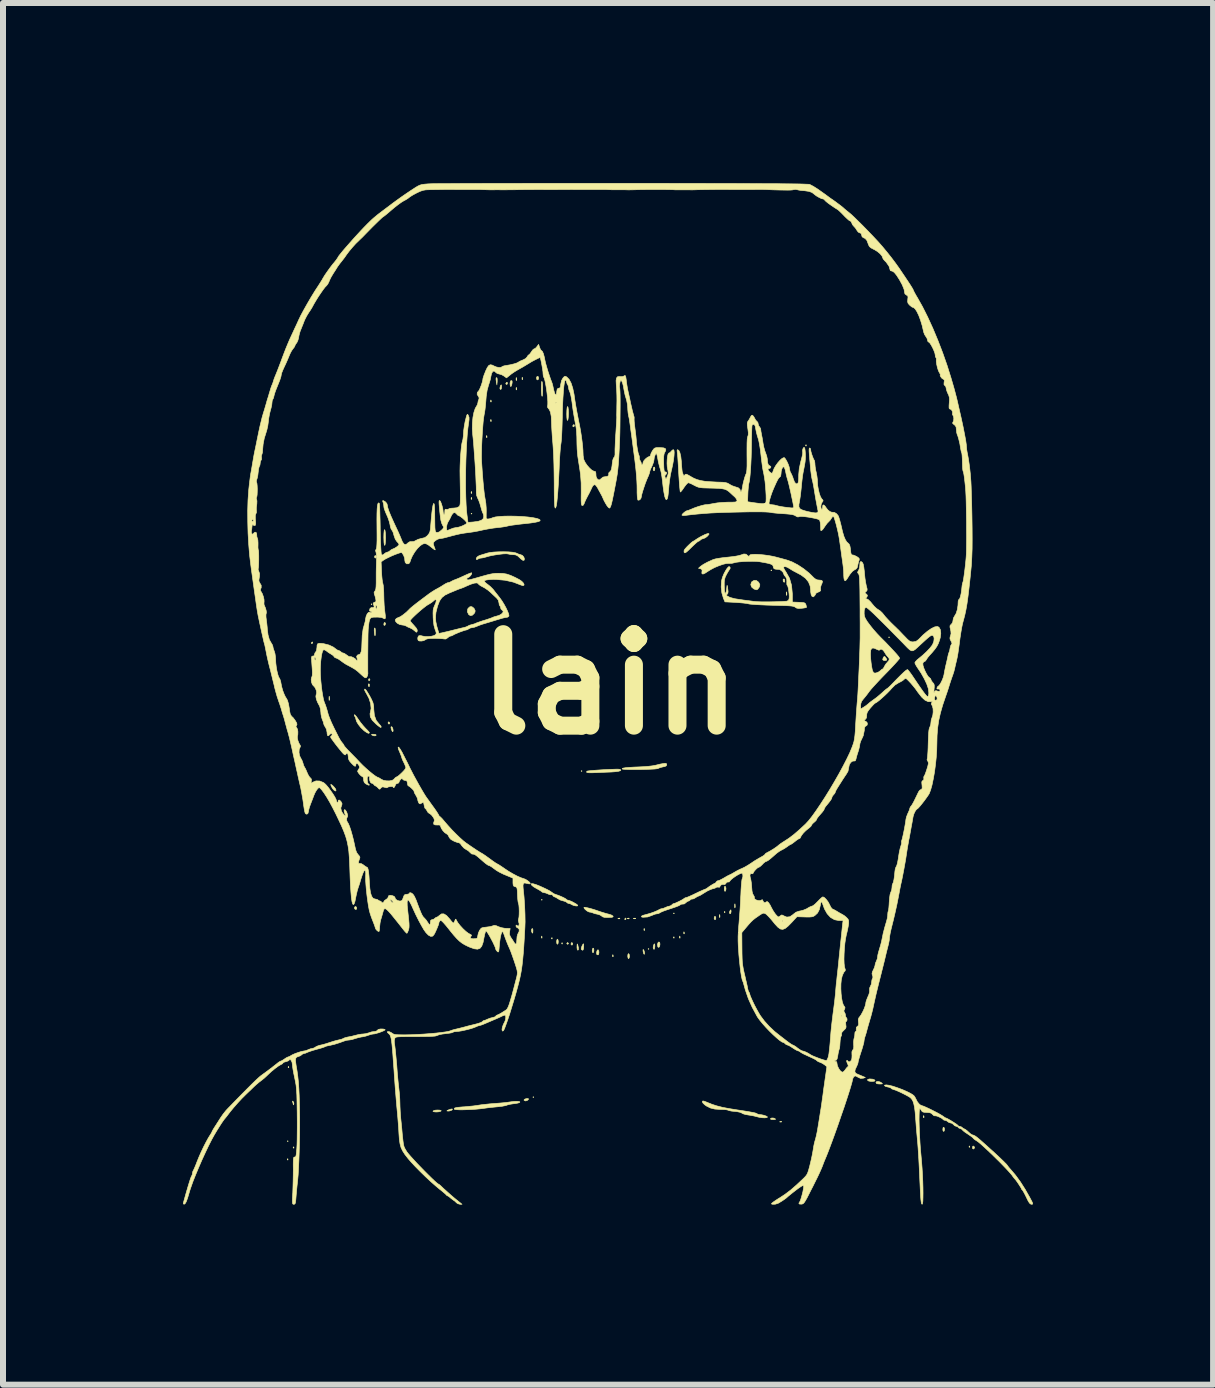
<source format=kicad_pcb>
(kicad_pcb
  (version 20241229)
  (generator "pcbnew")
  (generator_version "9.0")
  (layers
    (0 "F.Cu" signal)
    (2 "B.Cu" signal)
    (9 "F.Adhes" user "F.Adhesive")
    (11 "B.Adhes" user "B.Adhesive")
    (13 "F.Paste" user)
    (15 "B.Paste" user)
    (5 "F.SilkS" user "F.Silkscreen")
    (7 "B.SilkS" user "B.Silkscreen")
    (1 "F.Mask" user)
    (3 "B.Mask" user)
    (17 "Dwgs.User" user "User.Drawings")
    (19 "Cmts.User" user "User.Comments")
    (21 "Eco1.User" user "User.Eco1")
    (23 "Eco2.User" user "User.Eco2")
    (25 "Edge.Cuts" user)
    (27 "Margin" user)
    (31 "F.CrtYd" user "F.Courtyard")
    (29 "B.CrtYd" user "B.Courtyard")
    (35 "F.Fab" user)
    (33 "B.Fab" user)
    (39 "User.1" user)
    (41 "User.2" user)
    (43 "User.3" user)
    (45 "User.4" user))
  (footprint "lain"
    (layer "F.Cu")
    (at 7.113 8.351)
    (property "Reference" "lain" (at 0 0 0) (layer "F.SilkS") (effects (font (size 1.524 1.524) (thickness 0.3))))
    (attr through_hole)
    (fp_poly (pts (xy -5.362 7.613) (xy -5.369 7.62) (xy -5.376 7.613) (xy -5.369 7.606) (xy -5.362 7.613)) (stroke (width 0.01) (type solid)) (fill yes) (layer "F.SilkS"))
    (fp_poly (pts (xy -3.965 -1.333) (xy -3.972 -1.326) (xy -3.979 -1.333) (xy -3.972 -1.341) (xy -3.965 -1.333)) (stroke (width 0.01) (type solid)) (fill yes) (layer "F.SilkS"))
    (fp_poly (pts (xy -2.3 -2.843) (xy -2.307 -2.836) (xy -2.314 -2.843) (xy -2.307 -2.85) (xy -2.3 -2.843)) (stroke (width 0.01) (type solid)) (fill yes) (layer "F.SilkS"))
    (fp_poly (pts (xy -1.27 6.879) (xy -1.277 6.886) (xy -1.284 6.879) (xy -1.277 6.872) (xy -1.27 6.879)) (stroke (width 0.01) (type solid)) (fill yes) (layer "F.SilkS"))
    (fp_poly (pts (xy -1.129 3.591) (xy -1.136 3.598) (xy -1.143 3.591) (xy -1.136 3.584) (xy -1.129 3.591)) (stroke (width 0.01) (type solid)) (fill yes) (layer "F.SilkS"))
    (fp_poly (pts (xy -0.466 1.446) (xy -0.473 1.453) (xy -0.48 1.446) (xy -0.473 1.439) (xy -0.466 1.446)) (stroke (width 0.01) (type solid)) (fill yes) (layer "F.SilkS"))
    (fp_poly (pts (xy 0.649 4.41) (xy 0.642 4.417) (xy 0.635 4.41) (xy 0.642 4.403) (xy 0.649 4.41)) (stroke (width 0.01) (type solid)) (fill yes) (layer "F.SilkS"))
    (fp_poly (pts (xy 1.072 3.817) (xy 1.065 3.824) (xy 1.058 3.817) (xy 1.065 3.81) (xy 1.072 3.817)) (stroke (width 0.01) (type solid)) (fill yes) (layer "F.SilkS"))
    (fp_poly (pts (xy 2.695 -1.898) (xy 2.688 -1.891) (xy 2.681 -1.898) (xy 2.688 -1.905) (xy 2.695 -1.898)) (stroke (width 0.01) (type solid)) (fill yes) (layer "F.SilkS"))
    (fp_poly (pts (xy 4.657 -0.783) (xy 4.65 -0.776) (xy 4.643 -0.783) (xy 4.65 -0.79) (xy 4.657 -0.783)) (stroke (width 0.01) (type solid)) (fill yes) (layer "F.SilkS"))
    (fp_poly (pts (xy -5.367 7.907) (xy -5.365 7.924) (xy -5.367 7.926) (xy -5.375 7.924) (xy -5.376 7.916) (xy -5.371 7.905) (xy -5.367 7.907)) (stroke (width 0.01) (type solid)) (fill yes) (layer "F.SilkS"))
    (fp_poly (pts (xy -5.353 6.369) (xy -5.351 6.386) (xy -5.353 6.388) (xy -5.361 6.386) (xy -5.362 6.378) (xy -5.357 6.367) (xy -5.353 6.369)) (stroke (width 0.01) (type solid)) (fill yes) (layer "F.SilkS"))
    (fp_poly (pts (xy -5.268 7.709) (xy -5.266 7.726) (xy -5.268 7.728) (xy -5.277 7.726) (xy -5.278 7.719) (xy -5.272 7.707) (xy -5.268 7.709)) (stroke (width 0.01) (type solid)) (fill yes) (layer "F.SilkS"))
    (fp_poly (pts (xy -2.305 -3.206) (xy -2.303 -3.184) (xy -2.306 -3.179) (xy -2.312 -3.183) (xy -2.313 -3.197) (xy -2.31 -3.212) (xy -2.305 -3.206)) (stroke (width 0.01) (type solid)) (fill yes) (layer "F.SilkS"))
    (fp_poly (pts (xy -2.305 -3.107) (xy -2.303 -3.085) (xy -2.306 -3.08) (xy -2.312 -3.084) (xy -2.313 -3.099) (xy -2.31 -3.114) (xy -2.305 -3.107)) (stroke (width 0.01) (type solid)) (fill yes) (layer "F.SilkS"))
    (fp_poly (pts (xy -2.051 -4.137) (xy -2.049 -4.115) (xy -2.052 -4.11) (xy -2.058 -4.114) (xy -2.059 -4.129) (xy -2.056 -4.144) (xy -2.051 -4.137)) (stroke (width 0.01) (type solid)) (fill yes) (layer "F.SilkS"))
    (fp_poly (pts (xy -1.98 -4.73) (xy -1.978 -4.708) (xy -1.981 -4.703) (xy -1.988 -4.707) (xy -1.989 -4.721) (xy -1.985 -4.736) (xy -1.98 -4.73)) (stroke (width 0.01) (type solid)) (fill yes) (layer "F.SilkS"))
    (fp_poly (pts (xy -1.98 -4.405) (xy -1.978 -4.383) (xy -1.981 -4.378) (xy -1.988 -4.382) (xy -1.989 -4.397) (xy -1.985 -4.412) (xy -1.98 -4.405)) (stroke (width 0.01) (type solid)) (fill yes) (layer "F.SilkS"))
    (fp_poly (pts (xy -1.557 -4.942) (xy -1.555 -4.914) (xy -1.557 -4.907) (xy -1.562 -4.905) (xy -1.564 -4.925) (xy -1.562 -4.945) (xy -1.557 -4.942)) (stroke (width 0.01) (type solid)) (fill yes) (layer "F.SilkS"))
    (fp_poly (pts (xy -1.458 -5.112) (xy -1.456 -5.083) (xy -1.458 -5.076) (xy -1.463 -5.075) (xy -1.465 -5.094) (xy -1.463 -5.114) (xy -1.458 -5.112)) (stroke (width 0.01) (type solid)) (fill yes) (layer "F.SilkS"))
    (fp_poly (pts (xy -1.133 4.202) (xy -1.132 4.225) (xy -1.134 4.23) (xy -1.141 4.225) (xy -1.142 4.211) (xy -1.138 4.196) (xy -1.133 4.202)) (stroke (width 0.01) (type solid)) (fill yes) (layer "F.SilkS"))
    (fp_poly (pts (xy -0.964 4.224) (xy -0.963 4.241) (xy -0.964 4.243) (xy -0.973 4.241) (xy -0.974 4.233) (xy -0.969 4.222) (xy -0.964 4.224)) (stroke (width 0.01) (type solid)) (fill yes) (layer "F.SilkS"))
    (fp_poly (pts (xy -0.795 4.309) (xy -0.793 4.325) (xy -0.795 4.327) (xy -0.803 4.325) (xy -0.804 4.318) (xy -0.799 4.306) (xy -0.795 4.309)) (stroke (width 0.01) (type solid)) (fill yes) (layer "F.SilkS"))
    (fp_poly (pts (xy 0.052 4.513) (xy 0.054 4.535) (xy 0.051 4.54) (xy 0.044 4.536) (xy 0.043 4.521) (xy 0.047 4.506) (xy 0.052 4.513)) (stroke (width 0.01) (type solid)) (fill yes) (layer "F.SilkS"))
    (fp_poly (pts (xy 0.166 3.9) (xy 0.161 3.907) (xy 0.147 3.908) (xy 0.132 3.904) (xy 0.138 3.899) (xy 0.161 3.897) (xy 0.166 3.9)) (stroke (width 0.01) (type solid)) (fill yes) (layer "F.SilkS"))
    (fp_poly (pts (xy 0.321 3.9) (xy 0.317 3.907) (xy 0.302 3.908) (xy 0.287 3.904) (xy 0.294 3.899) (xy 0.316 3.897) (xy 0.321 3.9)) (stroke (width 0.01) (type solid)) (fill yes) (layer "F.SilkS"))
    (fp_poly (pts (xy 0.427 3.899) (xy 0.429 3.905) (xy 0.409 3.907) (xy 0.389 3.904) (xy 0.392 3.899) (xy 0.42 3.898) (xy 0.427 3.899)) (stroke (width 0.01) (type solid)) (fill yes) (layer "F.SilkS"))
    (fp_poly (pts (xy 0.574 4.075) (xy 0.576 4.098) (xy 0.573 4.103) (xy 0.567 4.098) (xy 0.566 4.084) (xy 0.569 4.069) (xy 0.574 4.075)) (stroke (width 0.01) (type solid)) (fill yes) (layer "F.SilkS"))
    (fp_poly (pts (xy 1.068 4.21) (xy 1.069 4.227) (xy 1.068 4.229) (xy 1.059 4.227) (xy 1.058 4.219) (xy 1.063 4.208) (xy 1.068 4.21)) (stroke (width 0.01) (type solid)) (fill yes) (layer "F.SilkS"))
    (fp_poly (pts (xy 1.167 4.202) (xy 1.168 4.225) (xy 1.166 4.23) (xy 1.159 4.225) (xy 1.158 4.211) (xy 1.162 4.196) (xy 1.167 4.202)) (stroke (width 0.01) (type solid)) (fill yes) (layer "F.SilkS"))
    (fp_poly (pts (xy 1.237 4.132) (xy 1.239 4.154) (xy 1.236 4.159) (xy 1.23 4.155) (xy 1.229 4.14) (xy 1.232 4.125) (xy 1.237 4.132)) (stroke (width 0.01) (type solid)) (fill yes) (layer "F.SilkS"))
    (fp_poly (pts (xy 1.914 3.786) (xy 1.916 3.803) (xy 1.914 3.805) (xy 1.906 3.803) (xy 1.905 3.796) (xy 1.91 3.784) (xy 1.914 3.786)) (stroke (width 0.01) (type solid)) (fill yes) (layer "F.SilkS"))
    (fp_poly (pts (xy 2.861 7.287) (xy 2.857 7.293) (xy 2.842 7.294) (xy 2.827 7.291) (xy 2.834 7.286) (xy 2.856 7.284) (xy 2.861 7.287)) (stroke (width 0.01) (type solid)) (fill yes) (layer "F.SilkS"))
    (fp_poly (pts (xy 3.269 -3.989) (xy 3.271 -3.972) (xy 3.269 -3.97) (xy 3.261 -3.972) (xy 3.26 -3.979) (xy 3.265 -3.991) (xy 3.269 -3.989)) (stroke (width 0.01) (type solid)) (fill yes) (layer "F.SilkS"))
    (fp_poly (pts (xy 5.231 7.194) (xy 5.232 7.216) (xy 5.23 7.221) (xy 5.223 7.217) (xy 5.222 7.203) (xy 5.226 7.187) (xy 5.231 7.194)) (stroke (width 0.01) (type solid)) (fill yes) (layer "F.SilkS"))
    (fp_poly (pts (xy 5.993 7.695) (xy 5.994 7.712) (xy 5.993 7.714) (xy 5.984 7.712) (xy 5.983 7.705) (xy 5.988 7.693) (xy 5.993 7.695)) (stroke (width 0.01) (type solid)) (fill yes) (layer "F.SilkS"))
    (fp_poly (pts (xy -4.01 -0.003) (xy -4.008 0.013) (xy -4.011 0.039) (xy -4.019 0.037) (xy -4.027 0.022) (xy -4.026 -0.001) (xy -4.021 -0.007) (xy -4.01 -0.003)) (stroke (width 0.01) (type solid)) (fill yes) (layer "F.SilkS"))
    (fp_poly (pts (xy -4.007 -0.092) (xy -3.999 -0.075) (xy -4.001 -0.07) (xy -4.015 -0.057) (xy -4.021 -0.071) (xy -4.022 -0.078) (xy -4.015 -0.093) (xy -4.007 -0.092)) (stroke (width 0.01) (type solid)) (fill yes) (layer "F.SilkS"))
    (fp_poly (pts (xy -4.953 -0.695) (xy -4.953 -0.691) (xy -4.964 -0.678) (xy -4.968 -0.677) (xy -4.976 -0.686) (xy -4.974 -0.691) (xy -4.961 -0.705) (xy -4.959 -0.706) (xy -4.953 -0.695)) (stroke (width 0.01) (type solid)) (fill yes) (layer "F.SilkS"))
    (fp_poly (pts (xy -4.675 0.208) (xy -4.673 0.245) (xy -4.675 0.265) (xy -4.679 0.268) (xy -4.681 0.248) (xy -4.681 0.233) (xy -4.68 0.206) (xy -4.677 0.201) (xy -4.675 0.208)) (stroke (width 0.01) (type solid)) (fill yes) (layer "F.SilkS"))
    (fp_poly (pts (xy -4.232 3.705) (xy -4.221 3.722) (xy -4.221 3.743) (xy -4.233 3.754) (xy -4.252 3.743) (xy -4.255 3.739) (xy -4.257 3.719) (xy -4.246 3.704) (xy -4.232 3.705)) (stroke (width 0.01) (type solid)) (fill yes) (layer "F.SilkS"))
    (fp_poly (pts (xy -3.896 -2.133) (xy -3.895 -2.124) (xy -3.902 -2.105) (xy -3.909 -2.103) (xy -3.921 -2.114) (xy -3.923 -2.124) (xy -3.915 -2.143) (xy -3.909 -2.145) (xy -3.896 -2.133)) (stroke (width 0.01) (type solid)) (fill yes) (layer "F.SilkS"))
    (fp_poly (pts (xy -3.741 -1.019) (xy -3.739 -1.01) (xy -3.748 -0.986) (xy -3.754 -0.981) (xy -3.765 -0.985) (xy -3.768 -1.001) (xy -3.762 -1.024) (xy -3.754 -1.03) (xy -3.741 -1.019)) (stroke (width 0.01) (type solid)) (fill yes) (layer "F.SilkS"))
    (fp_poly (pts (xy -3.683 0.628) (xy -3.669 0.646) (xy -3.669 0.65) (xy -3.68 0.663) (xy -3.683 0.663) (xy -3.695 0.652) (xy -3.697 0.641) (xy -3.69 0.627) (xy -3.683 0.628)) (stroke (width 0.01) (type solid)) (fill yes) (layer "F.SilkS"))
    (fp_poly (pts (xy -1.883 -5.105) (xy -1.879 -5.087) (xy -1.879 -5.052) (xy -1.879 -5.043) (xy -1.884 -4.988) (xy -1.894 -5.044) (xy -1.899 -5.087) (xy -1.895 -5.109) (xy -1.883 -5.105)) (stroke (width 0.01) (type solid)) (fill yes) (layer "F.SilkS"))
    (fp_poly (pts (xy -1.709 -5.027) (xy -1.707 -5.017) (xy -1.715 -4.998) (xy -1.722 -4.995) (xy -1.735 -5.005) (xy -1.736 -5.009) (xy -1.725 -5.028) (xy -1.722 -5.031) (xy -1.709 -5.027)) (stroke (width 0.01) (type solid)) (fill yes) (layer "F.SilkS"))
    (fp_poly (pts (xy -1.557 -5.107) (xy -1.557 -5.104) (xy -1.554 -5.074) (xy -1.557 -5.062) (xy -1.562 -5.062) (xy -1.564 -5.084) (xy -1.564 -5.087) (xy -1.562 -5.109) (xy -1.557 -5.107)) (stroke (width 0.01) (type solid)) (fill yes) (layer "F.SilkS"))
    (fp_poly (pts (xy -1.191 -5.117) (xy -1.19 -5.088) (xy -1.197 -5.077) (xy -1.212 -5.071) (xy -1.222 -5.086) (xy -1.223 -5.114) (xy -1.216 -5.126) (xy -1.201 -5.131) (xy -1.191 -5.117)) (stroke (width 0.01) (type solid)) (fill yes) (layer "F.SilkS"))
    (fp_poly (pts (xy -0.692 4.315) (xy -0.691 4.318) (xy -0.702 4.332) (xy -0.706 4.332) (xy -0.719 4.321) (xy -0.72 4.318) (xy -0.709 4.304) (xy -0.706 4.304) (xy -0.692 4.315)) (stroke (width 0.01) (type solid)) (fill yes) (layer "F.SilkS"))
    (fp_poly (pts (xy -0.622 4.315) (xy -0.621 4.325) (xy -0.629 4.344) (xy -0.635 4.346) (xy -0.648 4.335) (xy -0.649 4.325) (xy -0.641 4.306) (xy -0.635 4.304) (xy -0.622 4.315)) (stroke (width 0.01) (type solid)) (fill yes) (layer "F.SilkS"))
    (fp_poly (pts (xy -0.595 -4.322) (xy -0.593 -4.312) (xy -0.6 -4.292) (xy -0.607 -4.29) (xy -0.62 -4.3) (xy -0.621 -4.303) (xy -0.611 -4.322) (xy -0.607 -4.325) (xy -0.595 -4.322)) (stroke (width 0.01) (type solid)) (fill yes) (layer "F.SilkS"))
    (fp_poly (pts (xy 0.268 3.906) (xy 0.268 3.909) (xy 0.257 3.922) (xy 0.253 3.923) (xy 0.245 3.914) (xy 0.247 3.909) (xy 0.26 3.895) (xy 0.262 3.895) (xy 0.268 3.906)) (stroke (width 0.01) (type solid)) (fill yes) (layer "F.SilkS"))
    (fp_poly (pts (xy 0.744 -3.615) (xy 0.748 -3.592) (xy 0.743 -3.565) (xy 0.734 -3.556) (xy 0.722 -3.568) (xy 0.72 -3.583) (xy 0.726 -3.61) (xy 0.734 -3.619) (xy 0.744 -3.615)) (stroke (width 0.01) (type solid)) (fill yes) (layer "F.SilkS"))
    (fp_poly (pts (xy 1.761 3.878) (xy 1.764 3.895) (xy 1.758 3.918) (xy 1.75 3.923) (xy 1.738 3.911) (xy 1.736 3.895) (xy 1.742 3.872) (xy 1.75 3.866) (xy 1.761 3.878)) (stroke (width 0.01) (type solid)) (fill yes) (layer "F.SilkS"))
    (fp_poly (pts (xy 1.829 3.84) (xy 1.83 3.842) (xy 1.832 3.873) (xy 1.83 3.884) (xy 1.825 3.885) (xy 1.823 3.863) (xy 1.823 3.859) (xy 1.825 3.838) (xy 1.829 3.84)) (stroke (width 0.01) (type solid)) (fill yes) (layer "F.SilkS"))
    (fp_poly (pts (xy 2.084 3.666) (xy 2.087 3.702) (xy 2.084 3.722) (xy 2.08 3.725) (xy 2.078 3.705) (xy 2.078 3.69) (xy 2.079 3.663) (xy 2.082 3.659) (xy 2.084 3.666)) (stroke (width 0.01) (type solid)) (fill yes) (layer "F.SilkS"))
    (fp_poly (pts (xy 2.903 -1.753) (xy 2.911 -1.737) (xy 2.912 -1.71) (xy 2.903 -1.699) (xy 2.89 -1.71) (xy 2.887 -1.717) (xy 2.885 -1.743) (xy 2.89 -1.753) (xy 2.903 -1.753)) (stroke (width 0.01) (type solid)) (fill yes) (layer "F.SilkS"))
    (fp_poly (pts (xy 2.945 -1.535) (xy 2.947 -1.499) (xy 2.945 -1.485) (xy 2.941 -1.481) (xy 2.939 -1.5) (xy 2.938 -1.51) (xy 2.94 -1.536) (xy 2.944 -1.539) (xy 2.945 -1.535)) (stroke (width 0.01) (type solid)) (fill yes) (layer "F.SilkS"))
    (fp_poly (pts (xy 5.57 7.392) (xy 5.574 7.415) (xy 5.569 7.442) (xy 5.56 7.451) (xy 5.549 7.439) (xy 5.546 7.415) (xy 5.55 7.389) (xy 5.56 7.38) (xy 5.57 7.392)) (stroke (width 0.01) (type solid)) (fill yes) (layer "F.SilkS"))
    (fp_poly (pts (xy 6.074 7.711) (xy 6.075 7.719) (xy 6.064 7.74) (xy 6.057 7.743) (xy 6.043 7.737) (xy 6.04 7.719) (xy 6.046 7.696) (xy 6.057 7.694) (xy 6.074 7.711)) (stroke (width 0.01) (type solid)) (fill yes) (layer "F.SilkS"))
    (fp_poly (pts (xy -5.28 6.951) (xy -5.278 6.952) (xy -5.267 6.978) (xy -5.268 6.994) (xy -5.274 7.008) (xy -5.276 7.004) (xy -5.282 6.977) (xy -5.287 6.961) (xy -5.29 6.945) (xy -5.28 6.951)) (stroke (width 0.01) (type solid)) (fill yes) (layer "F.SilkS"))
    (fp_poly (pts (xy -1.284 4.092) (xy -1.284 4.104) (xy -1.286 4.139) (xy -1.293 4.147) (xy -1.303 4.127) (xy -1.306 4.119) (xy -1.307 4.089) (xy -1.3 4.074) (xy -1.289 4.071) (xy -1.284 4.092)) (stroke (width 0.01) (type solid)) (fill yes) (layer "F.SilkS"))
    (fp_poly (pts (xy 0.828 4.301) (xy 0.833 4.33) (xy 0.828 4.364) (xy 0.816 4.382) (xy 0.803 4.381) (xy 0.796 4.369) (xy 0.791 4.334) (xy 0.801 4.304) (xy 0.815 4.293) (xy 0.828 4.301)) (stroke (width 0.01) (type solid)) (fill yes) (layer "F.SilkS"))
    (fp_poly (pts (xy 2.017 3.773) (xy 2.018 3.785) (xy 2.013 3.813) (xy 2.004 3.824) (xy 1.991 3.813) (xy 1.99 3.806) (xy 1.997 3.78) (xy 2.004 3.768) (xy 2.014 3.758) (xy 2.017 3.773)) (stroke (width 0.01) (type solid)) (fill yes) (layer "F.SilkS"))
    (fp_poly (pts (xy 2.73 7.229) (xy 2.752 7.239) (xy 2.759 7.248) (xy 2.742 7.252) (xy 2.719 7.253) (xy 2.685 7.25) (xy 2.673 7.242) (xy 2.674 7.239) (xy 2.696 7.226) (xy 2.73 7.229)) (stroke (width 0.01) (type solid)) (fill yes) (layer "F.SilkS"))
    (fp_poly (pts (xy -3.909 0.836) (xy -3.895 0.846) (xy -3.895 0.847) (xy -3.906 0.858) (xy -3.932 0.859) (xy -3.961 0.849) (xy -3.965 0.847) (xy -3.973 0.837) (xy -3.958 0.833) (xy -3.941 0.833) (xy -3.909 0.836)) (stroke (width 0.01) (type solid)) (fill yes) (layer "F.SilkS"))
    (fp_poly (pts (xy -3.634 0.71) (xy -3.626 0.72) (xy -3.616 0.746) (xy -3.613 0.773) (xy -3.617 0.789) (xy -3.62 0.79) (xy -3.63 0.779) (xy -3.641 0.753) (xy -3.649 0.722) (xy -3.645 0.706) (xy -3.634 0.71)) (stroke (width 0.01) (type solid)) (fill yes) (layer "F.SilkS"))
    (fp_poly (pts (xy -1.807 -4.974) (xy -1.806 -4.957) (xy -1.81 -4.925) (xy -1.819 -4.911) (xy -1.82 -4.911) (xy -1.832 -4.922) (xy -1.834 -4.935) (xy -1.826 -4.969) (xy -1.82 -4.981) (xy -1.811 -4.989) (xy -1.807 -4.974)) (stroke (width 0.01) (type solid)) (fill yes) (layer "F.SilkS"))
    (fp_poly (pts (xy -0.538 4.342) (xy -0.536 4.346) (xy -0.525 4.393) (xy -0.526 4.423) (xy -0.536 4.431) (xy -0.545 4.418) (xy -0.549 4.387) (xy -0.549 4.371) (xy -0.547 4.336) (xy -0.544 4.327) (xy -0.538 4.342)) (stroke (width 0.01) (type solid)) (fill yes) (layer "F.SilkS"))
    (fp_poly (pts (xy -0.272 4.401) (xy -0.268 4.429) (xy -0.268 4.43) (xy -0.272 4.46) (xy -0.282 4.473) (xy -0.282 4.473) (xy -0.293 4.461) (xy -0.296 4.439) (xy -0.291 4.409) (xy -0.282 4.396) (xy -0.272 4.401)) (stroke (width 0.01) (type solid)) (fill yes) (layer "F.SilkS"))
    (fp_poly (pts (xy 0.561 4.427) (xy 0.566 4.435) (xy 0.576 4.467) (xy 0.576 4.484) (xy 0.571 4.5) (xy 0.564 4.491) (xy 0.56 4.483) (xy 0.552 4.448) (xy 0.551 4.433) (xy 0.553 4.418) (xy 0.561 4.427)) (stroke (width 0.01) (type solid)) (fill yes) (layer "F.SilkS"))
    (fp_poly (pts (xy 0.747 4.342) (xy 0.748 4.364) (xy 0.744 4.398) (xy 0.736 4.416) (xy 0.734 4.417) (xy 0.723 4.405) (xy 0.72 4.385) (xy 0.726 4.35) (xy 0.734 4.332) (xy 0.743 4.325) (xy 0.747 4.342)) (stroke (width 0.01) (type solid)) (fill yes) (layer "F.SilkS"))
    (fp_poly (pts (xy 1.919 3.365) (xy 1.93 3.385) (xy 1.933 3.408) (xy 1.928 3.437) (xy 1.919 3.45) (xy 1.91 3.444) (xy 1.905 3.415) (xy 1.905 3.408) (xy 1.908 3.375) (xy 1.917 3.365) (xy 1.919 3.365)) (stroke (width 0.01) (type solid)) (fill yes) (layer "F.SilkS"))
    (fp_poly (pts (xy -3.914 -0.933) (xy -3.91 -0.906) (xy -3.909 -0.878) (xy -3.91 -0.83) (xy -3.914 -0.808) (xy -3.918 -0.813) (xy -3.924 -0.846) (xy -3.926 -0.864) (xy -3.928 -0.904) (xy -3.923 -0.933) (xy -3.921 -0.938) (xy -3.914 -0.933)) (stroke (width 0.01) (type solid)) (fill yes) (layer "F.SilkS"))
    (fp_poly (pts (xy -2.627 7.077) (xy -2.628 7.09) (xy -2.648 7.102) (xy -2.679 7.11) (xy -2.695 7.111) (xy -2.716 7.109) (xy -2.714 7.104) (xy -2.688 7.091) (xy -2.683 7.089) (xy -2.65 7.078) (xy -2.629 7.076) (xy -2.627 7.077)) (stroke (width 0.01) (type solid)) (fill yes) (layer "F.SilkS"))
    (fp_poly (pts (xy -1.635 -5.058) (xy -1.632 -5.055) (xy -1.629 -5.036) (xy -1.633 -5.007) (xy -1.64 -4.979) (xy -1.649 -4.962) (xy -1.655 -4.961) (xy -1.663 -4.984) (xy -1.665 -5.017) (xy -1.659 -5.047) (xy -1.652 -5.058) (xy -1.635 -5.058)) (stroke (width 0.01) (type solid)) (fill yes) (layer "F.SilkS"))
    (fp_poly (pts (xy -1.359 6.905) (xy -1.358 6.906) (xy -1.36 6.92) (xy -1.378 6.934) (xy -1.403 6.942) (xy -1.407 6.942) (xy -1.429 6.933) (xy -1.432 6.929) (xy -1.427 6.917) (xy -1.405 6.907) (xy -1.379 6.902) (xy -1.359 6.905)) (stroke (width 0.01) (type solid)) (fill yes) (layer "F.SilkS"))
    (fp_poly (pts (xy -0.438 4.348) (xy -0.438 4.371) (xy -0.441 4.411) (xy -0.451 4.429) (xy -0.459 4.431) (xy -0.476 4.419) (xy -0.479 4.406) (xy -0.472 4.376) (xy -0.459 4.346) (xy -0.446 4.326) (xy -0.44 4.325) (xy -0.438 4.348)) (stroke (width 0.01) (type solid)) (fill yes) (layer "F.SilkS"))
    (fp_poly (pts (xy -0.197 4.424) (xy -0.186 4.444) (xy -0.184 4.476) (xy -0.191 4.502) (xy -0.197 4.508) (xy -0.215 4.506) (xy -0.219 4.501) (xy -0.224 4.478) (xy -0.219 4.451) (xy -0.21 4.429) (xy -0.197 4.424) (xy -0.197 4.424)) (stroke (width 0.01) (type solid)) (fill yes) (layer "F.SilkS"))
    (fp_poly (pts (xy 4.586 -0.455) (xy 4.593 -0.445) (xy 4.612 -0.415) (xy 4.607 -0.4) (xy 4.579 -0.395) (xy 4.579 -0.395) (xy 4.553 -0.401) (xy 4.544 -0.413) (xy 4.552 -0.439) (xy 4.558 -0.452) (xy 4.571 -0.464) (xy 4.586 -0.455)) (stroke (width 0.01) (type solid)) (fill yes) (layer "F.SilkS"))
    (fp_poly (pts (xy -0.865 4.26) (xy -0.861 4.289) (xy -0.861 4.29) (xy -0.865 4.32) (xy -0.875 4.332) (xy -0.875 4.332) (xy -0.885 4.32) (xy -0.889 4.29) (xy -0.889 4.29) (xy -0.885 4.26) (xy -0.875 4.247) (xy -0.875 4.247) (xy -0.865 4.26)) (stroke (width 0.01) (type solid)) (fill yes) (layer "F.SilkS"))
    (fp_poly (pts (xy 0.32 4.5) (xy 0.325 4.529) (xy 0.325 4.53) (xy 0.32 4.559) (xy 0.311 4.572) (xy 0.31 4.572) (xy 0.301 4.56) (xy 0.296 4.53) (xy 0.296 4.53) (xy 0.3 4.5) (xy 0.31 4.487) (xy 0.31 4.487) (xy 0.32 4.5)) (stroke (width 0.01) (type solid)) (fill yes) (layer "F.SilkS"))
    (fp_poly (pts (xy 4.378 6.58) (xy 4.409 6.592) (xy 4.417 6.606) (xy 4.405 6.613) (xy 4.375 6.617) (xy 4.34 6.616) (xy 4.31 6.61) (xy 4.307 6.609) (xy 4.29 6.595) (xy 4.297 6.583) (xy 4.325 6.576) (xy 4.331 6.576) (xy 4.378 6.58)) (stroke (width 0.01) (type solid)) (fill yes) (layer "F.SilkS"))
    (fp_poly (pts (xy 4.497 6.625) (xy 4.523 6.639) (xy 4.539 6.652) (xy 4.535 6.658) (xy 4.506 6.66) (xy 4.5 6.66) (xy 4.464 6.658) (xy 4.442 6.652) (xy 4.44 6.651) (xy 4.431 6.633) (xy 4.442 6.621) (xy 4.467 6.618) (xy 4.497 6.625)) (stroke (width 0.01) (type solid)) (fill yes) (layer "F.SilkS"))
    (fp_poly (pts (xy -4.638 1.673) (xy -4.616 1.692) (xy -4.591 1.718) (xy -4.572 1.744) (xy -4.568 1.753) (xy -4.565 1.775) (xy -4.576 1.778) (xy -4.596 1.766) (xy -4.619 1.741) (xy -4.628 1.727) (xy -4.645 1.694) (xy -4.652 1.673) (xy -4.652 1.67) (xy -4.638 1.673)) (stroke (width 0.01) (type solid)) (fill yes) (layer "F.SilkS"))
    (fp_poly (pts (xy -2.836 7.096) (xy -2.828 7.098) (xy -2.811 7.106) (xy -2.82 7.113) (xy -2.828 7.117) (xy -2.86 7.124) (xy -2.897 7.126) (xy -2.93 7.123) (xy -2.948 7.116) (xy -2.949 7.114) (xy -2.937 7.104) (xy -2.907 7.096) (xy -2.87 7.094) (xy -2.836 7.096)) (stroke (width 0.01) (type solid)) (fill yes) (layer "F.SilkS"))
    (fp_poly (pts (xy -2.268 -1.268) (xy -2.259 -1.254) (xy -2.246 -1.225) (xy -2.25 -1.2) (xy -2.262 -1.18) (xy -2.292 -1.151) (xy -2.325 -1.144) (xy -2.352 -1.16) (xy -2.353 -1.161) (xy -2.376 -1.207) (xy -2.371 -1.251) (xy -2.363 -1.266) (xy -2.333 -1.292) (xy -2.3 -1.292) (xy -2.268 -1.268)) (stroke (width 0.01) (type solid)) (fill yes) (layer "F.SilkS"))
    (fp_poly (pts (xy 2.44 -1.729) (xy 2.474 -1.703) (xy 2.483 -1.69) (xy 2.497 -1.659) (xy 2.494 -1.634) (xy 2.484 -1.613) (xy 2.461 -1.582) (xy 2.438 -1.574) (xy 2.403 -1.586) (xy 2.395 -1.59) (xy 2.36 -1.62) (xy 2.346 -1.659) (xy 2.357 -1.698) (xy 2.365 -1.709) (xy 2.401 -1.731) (xy 2.44 -1.729)) (stroke (width 0.01) (type solid)) (fill yes) (layer "F.SilkS"))
    (fp_poly (pts (xy -3.754 -2.575) (xy -3.747 -2.558) (xy -3.742 -2.52) (xy -3.74 -2.467) (xy -3.739 -2.44) (xy -3.741 -2.38) (xy -3.745 -2.337) (xy -3.751 -2.316) (xy -3.754 -2.314) (xy -3.76 -2.328) (xy -3.765 -2.365) (xy -3.767 -2.422) (xy -3.768 -2.449) (xy -3.766 -2.516) (xy -3.762 -2.559) (xy -3.756 -2.576) (xy -3.754 -2.575)) (stroke (width 0.01) (type solid)) (fill yes) (layer "F.SilkS"))
    (fp_poly (pts (xy -1.128 -5.029) (xy -1.124 -4.992) (xy -1.122 -4.945) (xy -1.122 -4.894) (xy -1.123 -4.847) (xy -1.126 -4.813) (xy -1.13 -4.798) (xy -1.131 -4.798) (xy -1.136 -4.811) (xy -1.14 -4.846) (xy -1.143 -4.897) (xy -1.143 -4.927) (xy -1.142 -4.982) (xy -1.14 -5.024) (xy -1.136 -5.045) (xy -1.134 -5.047) (xy -1.128 -5.029)) (stroke (width 0.01) (type solid)) (fill yes) (layer "F.SilkS"))
    (fp_poly (pts (xy -0.699 -4.615) (xy -0.694 -4.579) (xy -0.691 -4.526) (xy -0.691 -4.516) (xy -0.693 -4.463) (xy -0.698 -4.421) (xy -0.704 -4.398) (xy -0.706 -4.396) (xy -0.713 -4.404) (xy -0.718 -4.439) (xy -0.72 -4.498) (xy -0.72 -4.508) (xy -0.718 -4.566) (xy -0.714 -4.608) (xy -0.707 -4.628) (xy -0.706 -4.628) (xy -0.699 -4.615)) (stroke (width 0.01) (type solid)) (fill yes) (layer "F.SilkS"))
    (fp_poly (pts (xy -4.25 0.51) (xy -4.229 0.533) (xy -4.202 0.57) (xy -4.194 0.583) (xy -4.154 0.639) (xy -4.109 0.694) (xy -4.071 0.736) (xy -4.038 0.769) (xy -4.015 0.795) (xy -4.008 0.807) (xy -4.017 0.818) (xy -4.043 0.81) (xy -4.083 0.784) (xy -4.104 0.767) (xy -4.152 0.721) (xy -4.192 0.67) (xy -4.221 0.622) (xy -4.233 0.584) (xy -4.233 0.582) (xy -4.241 0.551) (xy -4.249 0.54) (xy -4.26 0.517) (xy -4.259 0.508) (xy -4.25 0.51)) (stroke (width 0.01) (type solid)) (fill yes) (layer "F.SilkS"))
    (fp_poly (pts (xy 0.163 1.417) (xy 0.165 1.417) (xy 0.182 1.429) (xy 0.174 1.44) (xy 0.141 1.45) (xy 0.087 1.457) (xy 0.023 1.462) (xy -0.058 1.465) (xy -0.149 1.469) (xy -0.233 1.473) (xy -0.247 1.473) (xy -0.305 1.475) (xy -0.353 1.474) (xy -0.382 1.47) (xy -0.388 1.467) (xy -0.386 1.45) (xy -0.383 1.448) (xy -0.364 1.444) (xy -0.323 1.439) (xy -0.264 1.434) (xy -0.193 1.429) (xy -0.117 1.424) (xy -0.04 1.42) (xy 0.033 1.417) (xy 0.094 1.415) (xy 0.139 1.415) (xy 0.163 1.417)) (stroke (width 0.01) (type solid)) (fill yes) (layer "F.SilkS"))
    (fp_poly (pts (xy -4.059 0.103) (xy -4.032 0.146) (xy -3.998 0.204) (xy -3.972 0.254) (xy -3.948 0.31) (xy -3.937 0.361) (xy -3.935 0.422) (xy -3.925 0.52) (xy -3.895 0.602) (xy -3.847 0.662) (xy -3.819 0.693) (xy -3.81 0.713) (xy -3.821 0.72) (xy -3.836 0.711) (xy -3.866 0.689) (xy -3.9 0.66) (xy -3.96 0.6) (xy -3.993 0.543) (xy -3.998 0.49) (xy -3.993 0.472) (xy -3.98 0.402) (xy -3.988 0.32) (xy -4.016 0.233) (xy -4.062 0.146) (xy -4.068 0.137) (xy -4.085 0.106) (xy -4.089 0.082) (xy -4.089 0.081) (xy -4.079 0.081) (xy -4.059 0.103)) (stroke (width 0.01) (type solid)) (fill yes) (layer "F.SilkS"))
    (fp_poly (pts (xy -0.416 3.716) (xy -0.38 3.723) (xy -0.33 3.735) (xy -0.275 3.751) (xy -0.229 3.766) (xy -0.181 3.783) (xy -0.138 3.797) (xy -0.095 3.81) (xy -0.043 3.825) (xy -0.022 3.83) (xy 0.022 3.844) (xy 0.048 3.86) (xy 0.054 3.873) (xy 0.036 3.882) (xy 0.026 3.883) (xy -0.044 3.886) (xy -0.091 3.884) (xy -0.121 3.875) (xy -0.137 3.863) (xy -0.166 3.844) (xy -0.206 3.831) (xy -0.21 3.831) (xy -0.251 3.822) (xy -0.284 3.81) (xy -0.286 3.809) (xy -0.321 3.798) (xy -0.34 3.796) (xy -0.364 3.788) (xy -0.393 3.769) (xy -0.418 3.746) (xy -0.433 3.725) (xy -0.432 3.716) (xy -0.416 3.716)) (stroke (width 0.01) (type solid)) (fill yes) (layer "F.SilkS"))
    (fp_poly (pts (xy 0.938 1.321) (xy 0.945 1.331) (xy 0.945 1.339) (xy 0.939 1.358) (xy 0.915 1.37) (xy 0.885 1.376) (xy 0.843 1.386) (xy 0.811 1.398) (xy 0.806 1.402) (xy 0.786 1.407) (xy 0.744 1.412) (xy 0.685 1.415) (xy 0.614 1.418) (xy 0.535 1.42) (xy 0.455 1.421) (xy 0.378 1.421) (xy 0.309 1.42) (xy 0.254 1.418) (xy 0.217 1.415) (xy 0.204 1.411) (xy 0.206 1.402) (xy 0.225 1.396) (xy 0.262 1.39) (xy 0.321 1.385) (xy 0.403 1.38) (xy 0.482 1.377) (xy 0.562 1.373) (xy 0.639 1.367) (xy 0.706 1.359) (xy 0.754 1.35) (xy 0.757 1.35) (xy 0.833 1.331) (xy 0.886 1.321) (xy 0.919 1.317) (xy 0.938 1.321)) (stroke (width 0.01) (type solid)) (fill yes) (layer "F.SilkS"))
    (fp_poly (pts (xy 1.65 -2.499) (xy 1.629 -2.474) (xy 1.614 -2.459) (xy 1.581 -2.437) (xy 1.553 -2.427) (xy 1.552 -2.427) (xy 1.523 -2.417) (xy 1.51 -2.406) (xy 1.488 -2.388) (xy 1.476 -2.384) (xy 1.46 -2.375) (xy 1.429 -2.349) (xy 1.389 -2.312) (xy 1.362 -2.286) (xy 1.313 -2.238) (xy 1.28 -2.208) (xy 1.259 -2.193) (xy 1.246 -2.19) (xy 1.237 -2.198) (xy 1.235 -2.201) (xy 1.234 -2.223) (xy 1.24 -2.24) (xy 1.257 -2.262) (xy 1.286 -2.294) (xy 1.321 -2.328) (xy 1.354 -2.359) (xy 1.38 -2.379) (xy 1.391 -2.385) (xy 1.409 -2.393) (xy 1.424 -2.405) (xy 1.448 -2.421) (xy 1.488 -2.446) (xy 1.528 -2.468) (xy 1.585 -2.496) (xy 1.625 -2.51) (xy 1.648 -2.511) (xy 1.65 -2.499)) (stroke (width 0.01) (type solid)) (fill yes) (layer "F.SilkS"))
    (fp_poly (pts (xy -1.692 -2.206) (xy -1.623 -2.2) (xy -1.572 -2.19) (xy -1.554 -2.183) (xy -1.518 -2.167) (xy -1.491 -2.159) (xy -1.488 -2.159) (xy -1.459 -2.147) (xy -1.435 -2.119) (xy -1.425 -2.087) (xy -1.432 -2.065) (xy -1.453 -2.066) (xy -1.487 -2.091) (xy -1.507 -2.111) (xy -1.543 -2.143) (xy -1.578 -2.157) (xy -1.608 -2.159) (xy -1.654 -2.162) (xy -1.692 -2.17) (xy -1.696 -2.171) (xy -1.726 -2.175) (xy -1.776 -2.173) (xy -1.839 -2.166) (xy -1.908 -2.156) (xy -1.976 -2.144) (xy -2.034 -2.13) (xy -2.057 -2.123) (xy -2.102 -2.11) (xy -2.141 -2.103) (xy -2.15 -2.103) (xy -2.183 -2.096) (xy -2.198 -2.086) (xy -2.218 -2.077) (xy -2.225 -2.079) (xy -2.228 -2.099) (xy -2.212 -2.122) (xy -2.181 -2.142) (xy -2.165 -2.148) (xy -2.127 -2.16) (xy -2.077 -2.175) (xy -2.054 -2.183) (xy -2.002 -2.195) (xy -1.933 -2.203) (xy -1.854 -2.207) (xy -1.771 -2.208) (xy -1.692 -2.206)) (stroke (width 0.01) (type solid)) (fill yes) (layer "F.SilkS"))
    (fp_poly (pts (xy -1.518 6.951) (xy -1.501 6.958) (xy -1.506 6.968) (xy -1.51 6.97) (xy -1.535 6.978) (xy -1.577 6.986) (xy -1.614 6.99) (xy -1.664 6.998) (xy -1.706 7.008) (xy -1.724 7.015) (xy -1.75 7.022) (xy -1.796 7.031) (xy -1.856 7.038) (xy -1.896 7.042) (xy -1.967 7.049) (xy -2.038 7.057) (xy -2.096 7.065) (xy -2.117 7.068) (xy -2.167 7.074) (xy -2.23 7.08) (xy -2.302 7.085) (xy -2.376 7.088) (xy -2.447 7.09) (xy -2.51 7.09) (xy -2.558 7.088) (xy -2.586 7.084) (xy -2.591 7.082) (xy -2.595 7.07) (xy -2.588 7.061) (xy -2.565 7.054) (xy -2.524 7.048) (xy -2.46 7.042) (xy -2.424 7.04) (xy -2.35 7.033) (xy -2.278 7.026) (xy -2.217 7.018) (xy -2.187 7.013) (xy -2.142 7.006) (xy -2.078 6.999) (xy -2.003 6.991) (xy -1.926 6.985) (xy -1.847 6.979) (xy -1.768 6.972) (xy -1.699 6.964) (xy -1.651 6.957) (xy -1.598 6.95) (xy -1.551 6.949) (xy -1.518 6.951)) (stroke (width 0.01) (type solid)) (fill yes) (layer "F.SilkS"))
    (fp_poly (pts (xy 1.574 6.948) (xy 1.61 6.962) (xy 1.627 6.969) (xy 1.701 6.999) (xy 1.782 7.025) (xy 1.875 7.049) (xy 1.986 7.07) (xy 2.11 7.09) (xy 2.216 7.106) (xy 2.298 7.119) (xy 2.358 7.13) (xy 2.4 7.138) (xy 2.427 7.145) (xy 2.442 7.151) (xy 2.447 7.155) (xy 2.472 7.166) (xy 2.49 7.169) (xy 2.527 7.173) (xy 2.568 7.182) (xy 2.603 7.195) (xy 2.623 7.208) (xy 2.625 7.211) (xy 2.612 7.22) (xy 2.58 7.224) (xy 2.535 7.222) (xy 2.487 7.215) (xy 2.447 7.205) (xy 2.4 7.193) (xy 2.341 7.182) (xy 2.307 7.177) (xy 2.257 7.168) (xy 2.217 7.156) (xy 2.2 7.146) (xy 2.17 7.132) (xy 2.118 7.121) (xy 2.079 7.117) (xy 2.028 7.112) (xy 1.989 7.104) (xy 1.969 7.097) (xy 1.95 7.091) (xy 1.91 7.086) (xy 1.856 7.084) (xy 1.84 7.084) (xy 1.748 7.078) (xy 1.674 7.06) (xy 1.608 7.027) (xy 1.576 7.004) (xy 1.549 6.977) (xy 1.538 6.955) (xy 1.547 6.943) (xy 1.553 6.943) (xy 1.574 6.948)) (stroke (width 0.01) (type solid)) (fill yes) (layer "F.SilkS"))
    (fp_poly (pts (xy -1.279 3.324) (xy -1.276 3.325) (xy -1.229 3.339) (xy -1.171 3.362) (xy -1.109 3.39) (xy -1.05 3.418) (xy -1.002 3.444) (xy -0.974 3.463) (xy -0.935 3.49) (xy -0.896 3.505) (xy -0.86 3.517) (xy -0.816 3.535) (xy -0.772 3.555) (xy -0.738 3.574) (xy -0.722 3.588) (xy -0.722 3.588) (xy -0.706 3.597) (xy -0.697 3.598) (xy -0.673 3.605) (xy -0.636 3.62) (xy -0.597 3.641) (xy -0.561 3.662) (xy -0.54 3.679) (xy -0.536 3.684) (xy -0.544 3.694) (xy -0.57 3.693) (xy -0.6 3.687) (xy -0.63 3.675) (xy -0.641 3.668) (xy -0.666 3.656) (xy -0.678 3.655) (xy -0.708 3.645) (xy -0.718 3.635) (xy -0.742 3.62) (xy -0.78 3.609) (xy -0.784 3.608) (xy -0.83 3.594) (xy -0.87 3.571) (xy -0.901 3.551) (xy -0.924 3.542) (xy -0.925 3.542) (xy -0.945 3.531) (xy -0.951 3.52) (xy -0.965 3.505) (xy -0.974 3.507) (xy -0.995 3.507) (xy -1.028 3.496) (xy -1.032 3.493) (xy -1.07 3.478) (xy -1.101 3.471) (xy -1.102 3.471) (xy -1.128 3.464) (xy -1.136 3.457) (xy -1.153 3.444) (xy -1.187 3.423) (xy -1.229 3.4) (xy -1.273 3.374) (xy -1.302 3.35) (xy -1.314 3.332) (xy -1.307 3.322) (xy -1.279 3.324)) (stroke (width 0.01) (type solid)) (fill yes) (layer "F.SilkS"))
    (fp_poly (pts (xy 4.649 6.681) (xy 4.713 6.697) (xy 4.788 6.722) (xy 4.869 6.752) (xy 4.945 6.785) (xy 5.005 6.815) (xy 5.045 6.839) (xy 5.07 6.861) (xy 5.085 6.885) (xy 5.087 6.889) (xy 5.123 6.959) (xy 5.161 7.004) (xy 5.198 7.021) (xy 5.223 7.029) (xy 5.267 7.048) (xy 5.323 7.074) (xy 5.385 7.105) (xy 5.446 7.136) (xy 5.5 7.166) (xy 5.541 7.191) (xy 5.561 7.205) (xy 5.583 7.221) (xy 5.594 7.225) (xy 5.612 7.232) (xy 5.646 7.25) (xy 5.688 7.275) (xy 5.731 7.302) (xy 5.769 7.327) (xy 5.794 7.346) (xy 5.8 7.353) (xy 5.811 7.364) (xy 5.826 7.366) (xy 5.857 7.376) (xy 5.87 7.387) (xy 5.893 7.405) (xy 5.904 7.408) (xy 5.923 7.418) (xy 5.953 7.441) (xy 5.97 7.457) (xy 6.002 7.486) (xy 6.028 7.504) (xy 6.037 7.507) (xy 6.06 7.514) (xy 6.093 7.531) (xy 6.093 7.532) (xy 6.119 7.551) (xy 6.16 7.585) (xy 6.213 7.632) (xy 6.274 7.686) (xy 6.34 7.746) (xy 6.407 7.806) (xy 6.47 7.865) (xy 6.527 7.919) (xy 6.573 7.964) (xy 6.605 7.996) (xy 6.618 8.012) (xy 6.642 8.045) (xy 6.674 8.082) (xy 6.682 8.091) (xy 6.757 8.179) (xy 6.838 8.29) (xy 6.919 8.417) (xy 6.997 8.555) (xy 7.008 8.576) (xy 7.032 8.622) (xy 7.043 8.648) (xy 7.043 8.66) (xy 7.033 8.664) (xy 7.023 8.664) (xy 7.006 8.659) (xy 6.988 8.642) (xy 6.967 8.608) (xy 6.94 8.553) (xy 6.936 8.544) (xy 6.91 8.492) (xy 6.888 8.452) (xy 6.873 8.428) (xy 6.869 8.424) (xy 6.858 8.414) (xy 6.858 8.41) (xy 6.851 8.394) (xy 6.831 8.362) (xy 6.806 8.323) (xy 6.779 8.284) (xy 6.757 8.254) (xy 6.745 8.241) (xy 6.732 8.226) (xy 6.71 8.197) (xy 6.696 8.177) (xy 6.667 8.143) (xy 6.623 8.094) (xy 6.567 8.035) (xy 6.502 7.968) (xy 6.432 7.899) (xy 6.361 7.829) (xy 6.292 7.764) (xy 6.229 7.706) (xy 6.176 7.658) (xy 6.136 7.625) (xy 6.119 7.613) (xy 6.083 7.59) (xy 6.059 7.571) (xy 6.054 7.564) (xy 6.043 7.552) (xy 6.013 7.529) (xy 5.972 7.501) (xy 5.962 7.494) (xy 5.918 7.465) (xy 5.886 7.44) (xy 5.871 7.425) (xy 5.87 7.423) (xy 5.858 7.411) (xy 5.835 7.403) (xy 5.809 7.391) (xy 5.8 7.38) (xy 5.788 7.369) (xy 5.772 7.366) (xy 5.742 7.355) (xy 5.726 7.338) (xy 5.7 7.315) (xy 5.678 7.31) (xy 5.645 7.3) (xy 5.63 7.288) (xy 5.603 7.27) (xy 5.587 7.267) (xy 5.561 7.26) (xy 5.553 7.253) (xy 5.533 7.235) (xy 5.499 7.216) (xy 5.461 7.199) (xy 5.43 7.19) (xy 5.416 7.191) (xy 5.398 7.188) (xy 5.376 7.168) (xy 5.355 7.148) (xy 5.325 7.138) (xy 5.277 7.134) (xy 5.231 7.131) (xy 5.206 7.123) (xy 5.191 7.106) (xy 5.189 7.101) (xy 5.173 7.077) (xy 5.163 7.07) (xy 5.157 7.083) (xy 5.153 7.121) (xy 5.151 7.179) (xy 5.15 7.254) (xy 5.152 7.342) (xy 5.155 7.439) (xy 5.16 7.542) (xy 5.166 7.645) (xy 5.173 7.747) (xy 5.181 7.832) (xy 5.191 7.943) (xy 5.2 8.058) (xy 5.207 8.172) (xy 5.212 8.282) (xy 5.215 8.385) (xy 5.216 8.476) (xy 5.215 8.553) (xy 5.213 8.613) (xy 5.208 8.651) (xy 5.201 8.664) (xy 5.192 8.656) (xy 5.186 8.63) (xy 5.18 8.583) (xy 5.175 8.513) (xy 5.172 8.463) (xy 5.168 8.375) (xy 5.163 8.271) (xy 5.158 8.16) (xy 5.153 8.054) (xy 5.151 8.015) (xy 5.146 7.92) (xy 5.14 7.822) (xy 5.134 7.73) (xy 5.128 7.652) (xy 5.125 7.62) (xy 5.119 7.552) (xy 5.111 7.465) (xy 5.103 7.369) (xy 5.096 7.273) (xy 5.093 7.239) (xy 5.085 7.133) (xy 5.075 7.051) (xy 5.062 6.99) (xy 5.047 6.944) (xy 5.027 6.911) (xy 5.004 6.887) (xy 4.975 6.868) (xy 4.929 6.843) (xy 4.872 6.814) (xy 4.815 6.787) (xy 4.764 6.765) (xy 4.729 6.753) (xy 4.725 6.752) (xy 4.697 6.742) (xy 4.685 6.731) (xy 4.672 6.722) (xy 4.641 6.712) (xy 4.628 6.71) (xy 4.592 6.7) (xy 4.574 6.688) (xy 4.577 6.679) (xy 4.604 6.675) (xy 4.649 6.681)) (stroke (width 0.01) (type solid)) (fill yes) (layer "F.SilkS"))
    (fp_poly (pts (xy 2.268 -2.167) (xy 2.286 -2.152) (xy 2.309 -2.133) (xy 2.325 -2.136) (xy 2.328 -2.15) (xy 2.341 -2.159) (xy 2.377 -2.164) (xy 2.43 -2.165) (xy 2.495 -2.162) (xy 2.567 -2.155) (xy 2.641 -2.145) (xy 2.712 -2.132) (xy 2.759 -2.121) (xy 2.823 -2.104) (xy 2.883 -2.088) (xy 2.93 -2.075) (xy 2.942 -2.072) (xy 3.032 -2.04) (xy 3.13 -1.989) (xy 3.227 -1.925) (xy 3.317 -1.853) (xy 3.357 -1.814) (xy 3.398 -1.773) (xy 3.429 -1.75) (xy 3.456 -1.739) (xy 3.486 -1.736) (xy 3.488 -1.736) (xy 3.525 -1.732) (xy 3.541 -1.717) (xy 3.535 -1.687) (xy 3.521 -1.657) (xy 3.509 -1.618) (xy 3.509 -1.584) (xy 3.51 -1.56) (xy 3.492 -1.544) (xy 3.473 -1.537) (xy 3.443 -1.523) (xy 3.429 -1.512) (xy 3.429 -1.511) (xy 3.422 -1.493) (xy 3.409 -1.474) (xy 3.387 -1.456) (xy 3.367 -1.464) (xy 3.352 -1.493) (xy 3.344 -1.541) (xy 3.344 -1.557) (xy 3.335 -1.637) (xy 3.307 -1.706) (xy 3.258 -1.766) (xy 3.185 -1.82) (xy 3.095 -1.868) (xy 3.053 -1.89) (xy 3.007 -1.918) (xy 2.996 -1.925) (xy 2.951 -1.951) (xy 2.916 -1.961) (xy 2.896 -1.954) (xy 2.893 -1.943) (xy 2.901 -1.922) (xy 2.921 -1.888) (xy 2.935 -1.867) (xy 2.991 -1.767) (xy 3.025 -1.65) (xy 3.038 -1.515) (xy 3.039 -1.5) (xy 3.039 -1.37) (xy 3.145 -1.366) (xy 3.2 -1.363) (xy 3.233 -1.359) (xy 3.251 -1.35) (xy 3.261 -1.335) (xy 3.266 -1.323) (xy 3.273 -1.294) (xy 3.273 -1.279) (xy 3.256 -1.275) (xy 3.221 -1.269) (xy 3.194 -1.266) (xy 3.144 -1.263) (xy 3.11 -1.269) (xy 3.088 -1.283) (xy 3.075 -1.291) (xy 3.056 -1.298) (xy 3.029 -1.303) (xy 2.989 -1.307) (xy 2.934 -1.31) (xy 2.858 -1.312) (xy 2.76 -1.315) (xy 2.709 -1.316) (xy 2.61 -1.319) (xy 2.519 -1.323) (xy 2.438 -1.327) (xy 2.374 -1.332) (xy 2.33 -1.336) (xy 2.314 -1.339) (xy 2.281 -1.346) (xy 2.227 -1.353) (xy 2.16 -1.359) (xy 2.091 -1.364) (xy 1.916 -1.373) (xy 1.89 -1.434) (xy 1.864 -1.522) (xy 1.853 -1.62) (xy 1.858 -1.715) (xy 1.862 -1.737) (xy 1.876 -1.786) (xy 1.898 -1.839) (xy 1.925 -1.89) (xy 1.951 -1.931) (xy 1.975 -1.957) (xy 1.986 -1.961) (xy 2.001 -1.951) (xy 2.002 -1.929) (xy 1.991 -1.911) (xy 1.978 -1.892) (xy 1.957 -1.857) (xy 1.941 -1.828) (xy 1.921 -1.787) (xy 1.909 -1.748) (xy 1.904 -1.701) (xy 1.904 -1.648) (xy 1.906 -1.583) (xy 1.911 -1.538) (xy 1.918 -1.515) (xy 1.927 -1.518) (xy 1.935 -1.538) (xy 1.943 -1.578) (xy 1.948 -1.623) (xy 1.95 -1.646) (xy 1.953 -1.647) (xy 1.958 -1.622) (xy 1.962 -1.595) (xy 1.968 -1.546) (xy 1.965 -1.518) (xy 1.954 -1.502) (xy 1.953 -1.501) (xy 1.941 -1.485) (xy 1.951 -1.472) (xy 2 -1.447) (xy 2.076 -1.426) (xy 2.159 -1.413) (xy 2.227 -1.403) (xy 2.307 -1.393) (xy 2.381 -1.383) (xy 2.385 -1.382) (xy 2.45 -1.376) (xy 2.537 -1.373) (xy 2.639 -1.373) (xy 2.75 -1.375) (xy 2.865 -1.379) (xy 2.945 -1.384) (xy 2.973 -1.397) (xy 2.984 -1.423) (xy 2.987 -1.456) (xy 2.985 -1.502) (xy 2.979 -1.552) (xy 2.972 -1.599) (xy 2.963 -1.633) (xy 2.954 -1.647) (xy 2.947 -1.662) (xy 2.946 -1.695) (xy 2.947 -1.707) (xy 2.945 -1.753) (xy 2.928 -1.788) (xy 2.922 -1.794) (xy 2.901 -1.822) (xy 2.893 -1.844) (xy 2.882 -1.868) (xy 2.857 -1.893) (xy 2.828 -1.911) (xy 2.818 -1.913) (xy 2.792 -1.915) (xy 2.763 -1.917) (xy 2.734 -1.925) (xy 2.722 -1.949) (xy 2.721 -1.958) (xy 2.716 -1.975) (xy 2.705 -1.989) (xy 2.682 -2.001) (xy 2.644 -2.013) (xy 2.587 -2.025) (xy 2.507 -2.039) (xy 2.491 -2.042) (xy 2.44 -2.047) (xy 2.373 -2.049) (xy 2.298 -2.048) (xy 2.222 -2.045) (xy 2.154 -2.039) (xy 2.1 -2.032) (xy 2.078 -2.026) (xy 2.031 -2.015) (xy 1.985 -2.014) (xy 1.98 -2.014) (xy 1.939 -2.012) (xy 1.881 -1.998) (xy 1.813 -1.974) (xy 1.743 -1.945) (xy 1.679 -1.911) (xy 1.634 -1.883) (xy 1.583 -1.85) (xy 1.55 -1.836) (xy 1.533 -1.842) (xy 1.531 -1.867) (xy 1.533 -1.875) (xy 1.535 -1.905) (xy 1.52 -1.92) (xy 1.508 -1.924) (xy 1.475 -1.933) (xy 1.51 -1.965) (xy 1.554 -1.996) (xy 1.621 -2.033) (xy 1.713 -2.075) (xy 1.724 -2.079) (xy 1.758 -2.089) (xy 1.813 -2.099) (xy 1.881 -2.109) (xy 1.954 -2.117) (xy 1.957 -2.117) (xy 2.029 -2.125) (xy 2.095 -2.134) (xy 2.147 -2.144) (xy 2.178 -2.153) (xy 2.179 -2.153) (xy 2.231 -2.171) (xy 2.268 -2.167)) (stroke (width 0.01) (type solid)) (fill yes) (layer "F.SilkS"))
    (fp_poly (pts (xy -2.304 -1.857) (xy -2.304 -1.84) (xy -2.319 -1.815) (xy -2.34 -1.791) (xy -2.361 -1.778) (xy -2.364 -1.778) (xy -2.382 -1.767) (xy -2.385 -1.755) (xy -2.382 -1.744) (xy -2.371 -1.739) (xy -2.348 -1.74) (xy -2.309 -1.749) (xy -2.249 -1.765) (xy -2.208 -1.777) (xy -2.117 -1.803) (xy -2.048 -1.822) (xy -1.994 -1.835) (xy -1.95 -1.843) (xy -1.911 -1.848) (xy -1.872 -1.849) (xy -1.856 -1.849) (xy -1.785 -1.847) (xy -1.72 -1.836) (xy -1.655 -1.814) (xy -1.58 -1.78) (xy -1.509 -1.743) (xy -1.469 -1.715) (xy -1.443 -1.687) (xy -1.431 -1.663) (xy -1.435 -1.647) (xy -1.455 -1.644) (xy -1.49 -1.656) (xy -1.61 -1.702) (xy -1.747 -1.733) (xy -1.89 -1.746) (xy -1.944 -1.747) (xy -2.019 -1.743) (xy -2.067 -1.736) (xy -2.09 -1.725) (xy -2.088 -1.707) (xy -2.064 -1.683) (xy -2.04 -1.666) (xy -1.994 -1.629) (xy -1.952 -1.587) (xy -1.937 -1.569) (xy -1.907 -1.53) (xy -1.868 -1.481) (xy -1.836 -1.44) (xy -1.8 -1.39) (xy -1.765 -1.333) (xy -1.732 -1.273) (xy -1.706 -1.217) (xy -1.688 -1.171) (xy -1.683 -1.14) (xy -1.684 -1.136) (xy -1.703 -1.119) (xy -1.723 -1.115) (xy -1.751 -1.111) (xy -1.796 -1.1) (xy -1.85 -1.084) (xy -1.861 -1.081) (xy -1.932 -1.059) (xy -2.011 -1.035) (xy -2.074 -1.016) (xy -2.131 -0.999) (xy -2.181 -0.981) (xy -2.215 -0.967) (xy -2.218 -0.966) (xy -2.257 -0.951) (xy -2.289 -0.945) (xy -2.328 -0.937) (xy -2.35 -0.925) (xy -2.38 -0.908) (xy -2.398 -0.904) (xy -2.422 -0.898) (xy -2.463 -0.884) (xy -2.512 -0.866) (xy -2.559 -0.846) (xy -2.598 -0.829) (xy -2.617 -0.817) (xy -2.642 -0.806) (xy -2.654 -0.804) (xy -2.68 -0.795) (xy -2.703 -0.775) (xy -2.735 -0.754) (xy -2.763 -0.755) (xy -2.793 -0.759) (xy -2.842 -0.762) (xy -2.901 -0.764) (xy -2.924 -0.764) (xy -2.991 -0.763) (xy -3.036 -0.758) (xy -3.064 -0.75) (xy -3.075 -0.742) (xy -3.104 -0.727) (xy -3.143 -0.72) (xy -3.178 -0.722) (xy -3.194 -0.729) (xy -3.203 -0.754) (xy -3.2 -0.785) (xy -3.186 -0.807) (xy -3.182 -0.809) (xy -3.153 -0.811) (xy -3.126 -0.804) (xy -3.084 -0.796) (xy -3.03 -0.795) (xy -2.976 -0.8) (xy -2.932 -0.811) (xy -2.91 -0.823) (xy -2.897 -0.839) (xy -2.895 -0.857) (xy -2.903 -0.886) (xy -2.914 -0.914) (xy -2.933 -0.981) (xy -2.944 -1.073) (xy -2.946 -1.117) (xy -2.946 -1.12) (xy -2.907 -1.12) (xy -2.902 -1.045) (xy -2.884 -0.963) (xy -2.88 -0.949) (xy -2.85 -0.848) (xy -2.804 -0.856) (xy -2.771 -0.864) (xy -2.718 -0.876) (xy -2.656 -0.891) (xy -2.625 -0.899) (xy -2.56 -0.915) (xy -2.5 -0.93) (xy -2.453 -0.941) (xy -2.438 -0.944) (xy -2.399 -0.955) (xy -2.37 -0.968) (xy -2.367 -0.97) (xy -2.342 -0.983) (xy -2.304 -0.994) (xy -2.3 -0.995) (xy -2.263 -1.005) (xy -2.238 -1.015) (xy -2.237 -1.016) (xy -2.218 -1.024) (xy -2.178 -1.038) (xy -2.126 -1.056) (xy -2.095 -1.065) (xy -2.039 -1.083) (xy -1.992 -1.099) (xy -1.961 -1.111) (xy -1.954 -1.114) (xy -1.931 -1.124) (xy -1.896 -1.133) (xy -1.894 -1.134) (xy -1.846 -1.148) (xy -1.808 -1.17) (xy -1.784 -1.195) (xy -1.779 -1.218) (xy -1.796 -1.235) (xy -1.799 -1.237) (xy -1.817 -1.256) (xy -1.82 -1.271) (xy -1.827 -1.297) (xy -1.834 -1.305) (xy -1.845 -1.324) (xy -1.849 -1.356) (xy -1.862 -1.404) (xy -1.887 -1.435) (xy -1.919 -1.465) (xy -1.961 -1.504) (xy -1.99 -1.532) (xy -2.037 -1.571) (xy -2.089 -1.606) (xy -2.119 -1.622) (xy -2.158 -1.643) (xy -2.186 -1.664) (xy -2.193 -1.674) (xy -2.213 -1.689) (xy -2.255 -1.686) (xy -2.318 -1.667) (xy -2.391 -1.636) (xy -2.437 -1.615) (xy -2.473 -1.601) (xy -2.49 -1.595) (xy -2.491 -1.595) (xy -2.509 -1.589) (xy -2.541 -1.577) (xy -2.545 -1.575) (xy -2.583 -1.559) (xy -2.634 -1.538) (xy -2.673 -1.522) (xy -2.746 -1.487) (xy -2.8 -1.445) (xy -2.839 -1.389) (xy -2.869 -1.312) (xy -2.876 -1.29) (xy -2.899 -1.198) (xy -2.907 -1.12) (xy -2.946 -1.12) (xy -2.948 -1.185) (xy -2.946 -1.233) (xy -2.939 -1.268) (xy -2.927 -1.3) (xy -2.922 -1.311) (xy -2.901 -1.36) (xy -2.894 -1.394) (xy -2.901 -1.411) (xy -2.92 -1.406) (xy -2.945 -1.384) (xy -2.973 -1.362) (xy -3.014 -1.336) (xy -3.034 -1.325) (xy -3.063 -1.306) (xy -3.104 -1.274) (xy -3.153 -1.234) (xy -3.203 -1.19) (xy -3.251 -1.146) (xy -3.291 -1.107) (xy -3.319 -1.076) (xy -3.33 -1.059) (xy -3.33 -1.059) (xy -3.321 -1.044) (xy -3.298 -1.016) (xy -3.266 -0.981) (xy -3.229 -0.938) (xy -3.212 -0.907) (xy -3.211 -0.886) (xy -3.219 -0.869) (xy -3.23 -0.869) (xy -3.252 -0.888) (xy -3.258 -0.893) (xy -3.293 -0.92) (xy -3.329 -0.938) (xy -3.33 -0.939) (xy -3.37 -0.955) (xy -3.393 -0.969) (xy -3.428 -0.983) (xy -3.464 -0.988) (xy -3.504 -0.996) (xy -3.542 -1.016) (xy -3.569 -1.043) (xy -3.578 -1.07) (xy -3.576 -1.076) (xy -3.557 -1.098) (xy -3.53 -1.11) (xy -3.492 -1.126) (xy -3.444 -1.159) (xy -3.392 -1.201) (xy -3.344 -1.248) (xy -3.344 -1.249) (xy -3.322 -1.27) (xy -3.286 -1.3) (xy -3.236 -1.34) (xy -3.168 -1.392) (xy -3.08 -1.458) (xy -3.008 -1.512) (xy -2.959 -1.545) (xy -2.907 -1.577) (xy -2.888 -1.587) (xy -2.837 -1.615) (xy -2.785 -1.647) (xy -2.773 -1.655) (xy -2.735 -1.678) (xy -2.704 -1.692) (xy -2.695 -1.693) (xy -2.667 -1.701) (xy -2.645 -1.713) (xy -2.609 -1.732) (xy -2.582 -1.742) (xy -2.554 -1.753) (xy -2.508 -1.772) (xy -2.453 -1.797) (xy -2.429 -1.808) (xy -2.377 -1.832) (xy -2.335 -1.849) (xy -2.309 -1.857) (xy -2.304 -1.857)) (stroke (width 0.01) (type solid)) (fill yes) (layer "F.SilkS"))
    (fp_poly (pts (xy -3.779 5.744) (xy -3.747 5.752) (xy -3.748 5.76) (xy -3.77 5.773) (xy -3.805 5.788) (xy -3.848 5.804) (xy -3.892 5.817) (xy -3.929 5.826) (xy -3.946 5.827) (xy -3.979 5.833) (xy -4.02 5.846) (xy -4.023 5.847) (xy -4.068 5.862) (xy -4.122 5.874) (xy -4.139 5.876) (xy -4.191 5.887) (xy -4.242 5.902) (xy -4.255 5.906) (xy -4.3 5.92) (xy -4.344 5.927) (xy -4.345 5.927) (xy -4.389 5.932) (xy -4.434 5.946) (xy -4.505 5.972) (xy -4.584 5.997) (xy -4.658 6.015) (xy -4.678 6.019) (xy -4.717 6.027) (xy -4.745 6.036) (xy -4.748 6.039) (xy -4.768 6.047) (xy -4.807 6.06) (xy -4.86 6.075) (xy -4.882 6.081) (xy -4.942 6.098) (xy -4.995 6.115) (xy -5.033 6.129) (xy -5.04 6.132) (xy -5.074 6.147) (xy -5.098 6.152) (xy -5.124 6.162) (xy -5.136 6.173) (xy -5.162 6.191) (xy -5.192 6.202) (xy -5.22 6.212) (xy -5.235 6.231) (xy -5.24 6.264) (xy -5.234 6.317) (xy -5.228 6.358) (xy -5.213 6.446) (xy -5.201 6.535) (xy -5.191 6.629) (xy -5.184 6.733) (xy -5.178 6.852) (xy -5.174 6.992) (xy -5.172 7.084) (xy -5.17 7.213) (xy -5.17 7.353) (xy -5.171 7.5) (xy -5.174 7.648) (xy -5.178 7.795) (xy -5.183 7.933) (xy -5.189 8.06) (xy -5.195 8.17) (xy -5.203 8.259) (xy -5.206 8.29) (xy -5.214 8.36) (xy -5.222 8.443) (xy -5.229 8.521) (xy -5.23 8.534) (xy -5.235 8.595) (xy -5.24 8.634) (xy -5.247 8.655) (xy -5.257 8.663) (xy -5.268 8.664) (xy -5.279 8.663) (xy -5.286 8.656) (xy -5.29 8.64) (xy -5.291 8.609) (xy -5.29 8.559) (xy -5.286 8.486) (xy -5.285 8.477) (xy -5.282 8.388) (xy -5.279 8.284) (xy -5.277 8.177) (xy -5.276 8.082) (xy -5.276 8.082) (xy -5.277 8.001) (xy -5.276 7.944) (xy -5.274 7.907) (xy -5.27 7.887) (xy -5.263 7.878) (xy -5.254 7.877) (xy -5.253 7.877) (xy -5.242 7.876) (xy -5.234 7.865) (xy -5.228 7.84) (xy -5.223 7.796) (xy -5.217 7.728) (xy -5.217 7.726) (xy -5.214 7.671) (xy -5.212 7.593) (xy -5.211 7.497) (xy -5.21 7.389) (xy -5.21 7.275) (xy -5.211 7.159) (xy -5.211 7.147) (xy -5.213 7.024) (xy -5.215 6.925) (xy -5.217 6.845) (xy -5.221 6.781) (xy -5.225 6.727) (xy -5.23 6.68) (xy -5.238 6.635) (xy -5.247 6.588) (xy -5.254 6.555) (xy -5.269 6.484) (xy -5.281 6.418) (xy -5.289 6.365) (xy -5.292 6.334) (xy -5.297 6.3) (xy -5.31 6.271) (xy -5.325 6.253) (xy -5.339 6.253) (xy -5.344 6.261) (xy -5.361 6.275) (xy -5.394 6.287) (xy -5.399 6.288) (xy -5.431 6.297) (xy -5.447 6.308) (xy -5.447 6.309) (xy -5.458 6.323) (xy -5.487 6.339) (xy -5.488 6.339) (xy -5.528 6.363) (xy -5.581 6.402) (xy -5.642 6.452) (xy -5.703 6.509) (xy -5.714 6.52) (xy -5.756 6.559) (xy -5.8 6.595) (xy -5.814 6.605) (xy -5.85 6.633) (xy -5.896 6.672) (xy -5.934 6.707) (xy -5.984 6.756) (xy -6.041 6.81) (xy -6.076 6.844) (xy -6.134 6.902) (xy -6.2 6.973) (xy -6.266 7.048) (xy -6.324 7.118) (xy -6.357 7.161) (xy -6.387 7.201) (xy -6.415 7.235) (xy -6.424 7.245) (xy -6.443 7.271) (xy -6.474 7.316) (xy -6.511 7.374) (xy -6.552 7.44) (xy -6.591 7.505) (xy -6.636 7.587) (xy -6.688 7.689) (xy -6.743 7.805) (xy -6.8 7.929) (xy -6.854 8.054) (xy -6.905 8.176) (xy -6.949 8.287) (xy -6.983 8.383) (xy -6.997 8.424) (xy -7.009 8.464) (xy -7.025 8.519) (xy -7.039 8.565) (xy -7.061 8.624) (xy -7.081 8.656) (xy -7.091 8.662) (xy -7.108 8.659) (xy -7.108 8.641) (xy -7.069 8.501) (xy -7.036 8.387) (xy -7.009 8.298) (xy -6.989 8.236) (xy -6.975 8.2) (xy -6.97 8.192) (xy -6.959 8.168) (xy -6.957 8.149) (xy -6.951 8.119) (xy -6.944 8.106) (xy -6.935 8.088) (xy -6.918 8.05) (xy -6.896 7.997) (xy -6.879 7.952) (xy -6.848 7.876) (xy -6.811 7.792) (xy -6.77 7.706) (xy -6.729 7.626) (xy -6.691 7.557) (xy -6.66 7.507) (xy -6.659 7.505) (xy -6.64 7.476) (xy -6.632 7.458) (xy -6.632 7.458) (xy -6.625 7.442) (xy -6.607 7.41) (xy -6.583 7.372) (xy -6.547 7.316) (xy -6.507 7.253) (xy -6.482 7.214) (xy -6.445 7.161) (xy -6.403 7.108) (xy -6.375 7.077) (xy -6.246 6.944) (xy -6.135 6.831) (xy -6.042 6.737) (xy -5.965 6.66) (xy -5.904 6.601) (xy -5.859 6.559) (xy -5.827 6.531) (xy -5.817 6.523) (xy -5.772 6.49) (xy -5.716 6.449) (xy -5.657 6.405) (xy -5.602 6.362) (xy -5.557 6.327) (xy -5.534 6.308) (xy -5.506 6.288) (xy -5.486 6.279) (xy -5.466 6.271) (xy -5.435 6.252) (xy -5.424 6.244) (xy -5.391 6.222) (xy -5.365 6.21) (xy -5.361 6.209) (xy -5.336 6.2) (xy -5.321 6.19) (xy -5.293 6.174) (xy -5.248 6.154) (xy -5.195 6.135) (xy -5.144 6.119) (xy -5.106 6.111) (xy -5.098 6.11) (xy -5.065 6.104) (xy -5.029 6.089) (xy -4.992 6.074) (xy -4.961 6.068) (xy -4.929 6.059) (xy -4.911 6.047) (xy -4.883 6.031) (xy -4.841 6.016) (xy -4.825 6.013) (xy -4.774 6.001) (xy -4.726 5.987) (xy -4.717 5.984) (xy -4.668 5.968) (xy -4.625 5.954) (xy -4.581 5.941) (xy -4.529 5.928) (xy -4.517 5.925) (xy -4.475 5.915) (xy -4.445 5.903) (xy -4.439 5.899) (xy -4.415 5.889) (xy -4.376 5.879) (xy -4.36 5.876) (xy -4.303 5.865) (xy -4.245 5.85) (xy -4.236 5.848) (xy -4.184 5.835) (xy -4.132 5.828) (xy -4.122 5.828) (xy -4.07 5.822) (xy -4.019 5.808) (xy -4.017 5.807) (xy -3.972 5.792) (xy -3.929 5.786) (xy -3.925 5.786) (xy -3.891 5.779) (xy -3.875 5.764) (xy -3.857 5.75) (xy -3.821 5.743) (xy -3.779 5.744)) (stroke (width 0.01) (type solid)) (fill yes) (layer "F.SilkS"))
    (fp_poly (pts (xy 2.395 -4.46) (xy 2.408 -4.437) (xy 2.427 -4.402) (xy 2.447 -4.381) (xy 2.45 -4.379) (xy 2.465 -4.36) (xy 2.469 -4.339) (xy 2.478 -4.306) (xy 2.491 -4.29) (xy 2.509 -4.262) (xy 2.512 -4.246) (xy 2.515 -4.216) (xy 2.523 -4.173) (xy 2.525 -4.159) (xy 2.535 -4.112) (xy 2.545 -4.052) (xy 2.552 -4.007) (xy 2.564 -3.947) (xy 2.581 -3.887) (xy 2.594 -3.852) (xy 2.611 -3.804) (xy 2.621 -3.757) (xy 2.622 -3.743) (xy 2.628 -3.686) (xy 2.642 -3.651) (xy 2.661 -3.641) (xy 2.679 -3.629) (xy 2.681 -3.619) (xy 2.67 -3.601) (xy 2.661 -3.598) (xy 2.636 -3.59) (xy 2.635 -3.57) (xy 2.655 -3.543) (xy 2.685 -3.519) (xy 2.704 -3.518) (xy 2.715 -3.542) (xy 2.718 -3.552) (xy 2.735 -3.596) (xy 2.763 -3.644) (xy 2.797 -3.691) (xy 2.834 -3.733) (xy 2.868 -3.763) (xy 2.896 -3.776) (xy 2.907 -3.775) (xy 2.925 -3.753) (xy 2.947 -3.715) (xy 2.969 -3.668) (xy 2.985 -3.623) (xy 2.992 -3.589) (xy 2.992 -3.588) (xy 3 -3.548) (xy 3.013 -3.522) (xy 3.028 -3.493) (xy 3.046 -3.449) (xy 3.055 -3.421) (xy 3.075 -3.369) (xy 3.097 -3.343) (xy 3.103 -3.341) (xy 3.121 -3.34) (xy 3.133 -3.353) (xy 3.141 -3.384) (xy 3.144 -3.435) (xy 3.145 -3.495) (xy 3.154 -3.596) (xy 3.179 -3.709) (xy 3.182 -3.72) (xy 3.197 -3.777) (xy 3.208 -3.825) (xy 3.211 -3.856) (xy 3.211 -3.863) (xy 3.208 -3.891) (xy 3.214 -3.922) (xy 3.226 -3.943) (xy 3.237 -3.947) (xy 3.246 -3.931) (xy 3.252 -3.891) (xy 3.256 -3.837) (xy 3.257 -3.79) (xy 3.255 -3.748) (xy 3.251 -3.704) (xy 3.242 -3.65) (xy 3.229 -3.581) (xy 3.217 -3.522) (xy 3.21 -3.479) (xy 3.202 -3.417) (xy 3.194 -3.345) (xy 3.189 -3.289) (xy 3.181 -3.215) (xy 3.173 -3.144) (xy 3.164 -3.085) (xy 3.159 -3.053) (xy 3.148 -2.995) (xy 3.148 -2.955) (xy 3.163 -2.927) (xy 3.196 -2.907) (xy 3.251 -2.889) (xy 3.293 -2.878) (xy 3.369 -2.862) (xy 3.421 -2.855) (xy 3.452 -2.858) (xy 3.466 -2.872) (xy 3.466 -2.897) (xy 3.464 -2.903) (xy 3.456 -2.941) (xy 3.445 -2.999) (xy 3.431 -3.073) (xy 3.417 -3.156) (xy 3.403 -3.241) (xy 3.4 -3.26) (xy 3.39 -3.317) (xy 3.379 -3.37) (xy 3.371 -3.401) (xy 3.363 -3.438) (xy 3.354 -3.493) (xy 3.346 -3.556) (xy 3.344 -3.577) (xy 3.334 -3.687) (xy 3.326 -3.773) (xy 3.321 -3.836) (xy 3.318 -3.881) (xy 3.318 -3.911) (xy 3.32 -3.928) (xy 3.323 -3.935) (xy 3.328 -3.937) (xy 3.341 -3.925) (xy 3.344 -3.905) (xy 3.349 -3.875) (xy 3.362 -3.831) (xy 3.378 -3.786) (xy 3.394 -3.748) (xy 3.405 -3.731) (xy 3.411 -3.711) (xy 3.415 -3.676) (xy 3.415 -3.667) (xy 3.419 -3.623) (xy 3.428 -3.567) (xy 3.436 -3.533) (xy 3.448 -3.471) (xy 3.456 -3.406) (xy 3.457 -3.376) (xy 3.461 -3.31) (xy 3.473 -3.241) (xy 3.489 -3.176) (xy 3.508 -3.123) (xy 3.529 -3.089) (xy 3.531 -3.087) (xy 3.55 -3.066) (xy 3.548 -3.05) (xy 3.537 -3.036) (xy 3.521 -3.006) (xy 3.514 -2.968) (xy 3.517 -2.933) (xy 3.528 -2.914) (xy 3.538 -2.919) (xy 3.542 -2.947) (xy 3.542 -2.948) (xy 3.547 -2.982) (xy 3.561 -2.989) (xy 3.582 -2.97) (xy 3.599 -2.945) (xy 3.629 -2.906) (xy 3.664 -2.878) (xy 3.695 -2.866) (xy 3.705 -2.866) (xy 3.74 -2.863) (xy 3.776 -2.841) (xy 3.803 -2.808) (xy 3.815 -2.777) (xy 3.83 -2.727) (xy 3.846 -2.666) (xy 3.853 -2.637) (xy 3.876 -2.538) (xy 3.898 -2.464) (xy 3.921 -2.41) (xy 3.945 -2.372) (xy 3.964 -2.355) (xy 3.986 -2.333) (xy 3.998 -2.304) (xy 4.006 -2.26) (xy 4.008 -2.239) (xy 4.014 -2.186) (xy 4.024 -2.16) (xy 4.033 -2.156) (xy 4.058 -2.152) (xy 4.094 -2.137) (xy 4.129 -2.117) (xy 4.151 -2.098) (xy 4.151 -2.098) (xy 4.154 -2.074) (xy 4.149 -2.061) (xy 4.14 -2.033) (xy 4.13 -1.992) (xy 4.128 -1.982) (xy 4.118 -1.941) (xy 4.098 -1.919) (xy 4.078 -1.909) (xy 4.04 -1.882) (xy 3.997 -1.83) (xy 3.983 -1.808) (xy 3.952 -1.759) (xy 3.931 -1.732) (xy 3.917 -1.724) (xy 3.908 -1.734) (xy 3.903 -1.744) (xy 3.898 -1.771) (xy 3.895 -1.813) (xy 3.895 -1.835) (xy 3.893 -1.887) (xy 3.887 -1.952) (xy 3.881 -2) (xy 3.872 -2.064) (xy 3.861 -2.14) (xy 3.852 -2.208) (xy 3.842 -2.28) (xy 3.831 -2.357) (xy 3.822 -2.42) (xy 3.813 -2.472) (xy 3.8 -2.536) (xy 3.784 -2.604) (xy 3.767 -2.671) (xy 3.75 -2.73) (xy 3.736 -2.774) (xy 3.725 -2.798) (xy 3.724 -2.799) (xy 3.712 -2.796) (xy 3.695 -2.774) (xy 3.691 -2.768) (xy 3.668 -2.733) (xy 3.643 -2.707) (xy 3.643 -2.707) (xy 3.62 -2.684) (xy 3.592 -2.647) (xy 3.58 -2.629) (xy 3.549 -2.584) (xy 3.526 -2.561) (xy 3.514 -2.561) (xy 3.512 -2.567) (xy 3.511 -2.589) (xy 3.509 -2.629) (xy 3.508 -2.652) (xy 3.504 -2.696) (xy 3.495 -2.73) (xy 3.49 -2.739) (xy 3.467 -2.75) (xy 3.425 -2.762) (xy 3.37 -2.773) (xy 3.309 -2.784) (xy 3.249 -2.792) (xy 3.198 -2.796) (xy 3.163 -2.796) (xy 3.152 -2.792) (xy 3.13 -2.787) (xy 3.099 -2.801) (xy 3.094 -2.805) (xy 3.07 -2.818) (xy 3.037 -2.827) (xy 2.989 -2.834) (xy 2.921 -2.84) (xy 2.886 -2.842) (xy 2.814 -2.847) (xy 2.748 -2.853) (xy 2.696 -2.859) (xy 2.667 -2.865) (xy 2.639 -2.868) (xy 2.587 -2.871) (xy 2.517 -2.873) (xy 2.432 -2.873) (xy 2.339 -2.873) (xy 2.286 -2.872) (xy 2.099 -2.868) (xy 1.937 -2.864) (xy 1.796 -2.859) (xy 1.671 -2.853) (xy 1.559 -2.845) (xy 1.456 -2.836) (xy 1.357 -2.826) (xy 1.26 -2.814) (xy 1.259 -2.813) (xy 1.219 -2.811) (xy 1.2 -2.817) (xy 1.199 -2.82) (xy 1.21 -2.838) (xy 1.235 -2.862) (xy 1.263 -2.883) (xy 1.286 -2.893) (xy 1.287 -2.893) (xy 1.309 -2.898) (xy 1.342 -2.912) (xy 1.345 -2.913) (xy 1.402 -2.937) (xy 1.464 -2.959) (xy 1.524 -2.977) (xy 1.572 -2.989) (xy 1.594 -2.992) (xy 1.626 -2.994) (xy 1.674 -3.002) (xy 1.729 -3.012) (xy 1.788 -3.022) (xy 1.863 -3.029) (xy 1.941 -3.033) (xy 1.972 -3.034) (xy 2.037 -3.034) (xy 2.079 -3.036) (xy 2.103 -3.04) (xy 2.104 -3.041) (xy 2.293 -3.041) (xy 2.399 -3.025) (xy 2.474 -3.015) (xy 2.526 -3.009) (xy 2.56 -3.009) (xy 2.569 -3.011) (xy 2.649 -3.011) (xy 2.649 -3.009) (xy 2.667 -2.996) (xy 2.695 -2.992) (xy 2.738 -2.987) (xy 2.774 -2.978) (xy 2.809 -2.969) (xy 2.861 -2.959) (xy 2.914 -2.951) (xy 2.981 -2.943) (xy 3.024 -2.938) (xy 3.049 -2.939) (xy 3.06 -2.944) (xy 3.061 -2.956) (xy 3.058 -2.974) (xy 3.046 -3.038) (xy 3.03 -3.112) (xy 3.014 -3.189) (xy 2.997 -3.263) (xy 2.982 -3.327) (xy 2.969 -3.377) (xy 2.961 -3.405) (xy 2.961 -3.405) (xy 2.95 -3.441) (xy 2.937 -3.492) (xy 2.929 -3.531) (xy 2.919 -3.577) (xy 2.906 -3.611) (xy 2.896 -3.623) (xy 2.879 -3.616) (xy 2.864 -3.588) (xy 2.853 -3.546) (xy 2.85 -3.507) (xy 2.844 -3.468) (xy 2.829 -3.452) (xy 2.814 -3.439) (xy 2.795 -3.409) (xy 2.77 -3.359) (xy 2.737 -3.286) (xy 2.72 -3.246) (xy 2.698 -3.191) (xy 2.678 -3.133) (xy 2.662 -3.079) (xy 2.652 -3.036) (xy 2.649 -3.011) (xy 2.569 -3.011) (xy 2.581 -3.014) (xy 2.594 -3.024) (xy 2.594 -3.024) (xy 2.6 -3.046) (xy 2.602 -3.09) (xy 2.601 -3.151) (xy 2.597 -3.222) (xy 2.591 -3.299) (xy 2.584 -3.375) (xy 2.574 -3.444) (xy 2.564 -3.502) (xy 2.56 -3.521) (xy 2.55 -3.567) (xy 2.539 -3.632) (xy 2.529 -3.71) (xy 2.519 -3.792) (xy 2.517 -3.81) (xy 2.508 -3.891) (xy 2.496 -3.969) (xy 2.484 -4.036) (xy 2.473 -4.084) (xy 2.47 -4.092) (xy 2.453 -4.147) (xy 2.439 -4.202) (xy 2.434 -4.226) (xy 2.426 -4.269) (xy 2.419 -4.303) (xy 2.418 -4.307) (xy 2.403 -4.328) (xy 2.381 -4.33) (xy 2.367 -4.314) (xy 2.365 -4.295) (xy 2.363 -4.253) (xy 2.361 -4.191) (xy 2.359 -4.115) (xy 2.358 -4.03) (xy 2.358 -4.022) (xy 2.356 -3.903) (xy 2.353 -3.787) (xy 2.348 -3.676) (xy 2.342 -3.575) (xy 2.335 -3.487) (xy 2.328 -3.418) (xy 2.32 -3.37) (xy 2.316 -3.355) (xy 2.31 -3.327) (xy 2.305 -3.28) (xy 2.3 -3.22) (xy 2.298 -3.182) (xy 2.293 -3.041) (xy 2.104 -3.041) (xy 2.114 -3.048) (xy 2.117 -3.06) (xy 2.117 -3.062) (xy 2.106 -3.09) (xy 2.081 -3.12) (xy 2.079 -3.122) (xy 2.043 -3.154) (xy 2.012 -3.183) (xy 1.979 -3.213) (xy 1.948 -3.234) (xy 1.914 -3.249) (xy 1.87 -3.258) (xy 1.811 -3.264) (xy 1.732 -3.267) (xy 1.692 -3.268) (xy 1.611 -3.27) (xy 1.552 -3.272) (xy 1.509 -3.276) (xy 1.476 -3.283) (xy 1.447 -3.293) (xy 1.417 -3.308) (xy 1.403 -3.315) (xy 1.359 -3.338) (xy 1.323 -3.353) (xy 1.305 -3.358) (xy 1.288 -3.347) (xy 1.263 -3.319) (xy 1.235 -3.281) (xy 1.208 -3.241) (xy 1.185 -3.213) (xy 1.173 -3.203) (xy 1.169 -3.217) (xy 1.165 -3.254) (xy 1.159 -3.312) (xy 1.154 -3.387) (xy 1.148 -3.473) (xy 1.145 -3.524) (xy 1.14 -3.618) (xy 1.135 -3.704) (xy 1.13 -3.778) (xy 1.125 -3.834) (xy 1.121 -3.869) (xy 1.12 -3.877) (xy 1.119 -3.902) (xy 1.127 -3.909) (xy 1.148 -3.895) (xy 1.166 -3.856) (xy 1.18 -3.795) (xy 1.189 -3.715) (xy 1.19 -3.696) (xy 1.194 -3.635) (xy 1.199 -3.583) (xy 1.203 -3.547) (xy 1.205 -3.538) (xy 1.217 -3.502) (xy 1.222 -3.489) (xy 1.23 -3.472) (xy 1.241 -3.479) (xy 1.247 -3.488) (xy 1.258 -3.499) (xy 1.274 -3.5) (xy 1.299 -3.488) (xy 1.342 -3.464) (xy 1.346 -3.461) (xy 1.398 -3.432) (xy 1.452 -3.41) (xy 1.511 -3.394) (xy 1.582 -3.382) (xy 1.669 -3.375) (xy 1.778 -3.369) (xy 1.809 -3.368) (xy 1.877 -3.366) (xy 1.923 -3.361) (xy 1.956 -3.352) (xy 1.981 -3.339) (xy 1.988 -3.334) (xy 2.03 -3.31) (xy 2.08 -3.292) (xy 2.09 -3.289) (xy 2.141 -3.272) (xy 2.167 -3.246) (xy 2.173 -3.22) (xy 2.177 -3.204) (xy 2.186 -3.21) (xy 2.196 -3.232) (xy 2.204 -3.264) (xy 2.205 -3.27) (xy 2.215 -3.328) (xy 2.23 -3.391) (xy 2.247 -3.452) (xy 2.264 -3.498) (xy 2.27 -3.51) (xy 2.276 -3.533) (xy 2.281 -3.576) (xy 2.284 -3.64) (xy 2.284 -3.728) (xy 2.283 -3.821) (xy 2.283 -3.935) (xy 2.284 -4.022) (xy 2.287 -4.083) (xy 2.293 -4.119) (xy 2.296 -4.128) (xy 2.304 -4.154) (xy 2.305 -4.194) (xy 2.298 -4.253) (xy 2.297 -4.259) (xy 2.289 -4.314) (xy 2.288 -4.349) (xy 2.293 -4.372) (xy 2.302 -4.385) (xy 2.323 -4.417) (xy 2.339 -4.449) (xy 2.357 -4.479) (xy 2.375 -4.483) (xy 2.395 -4.46)) (stroke (width 0.01) (type solid)) (fill yes) (layer "F.SilkS"))
    (fp_poly (pts (xy -0.066 -8.346) (xy 0.228 -8.346) (xy 0.233 -8.346) (xy 0.597 -8.346) (xy 0.934 -8.346) (xy 1.244 -8.345) (xy 1.528 -8.345) (xy 1.788 -8.344) (xy 2.025 -8.344) (xy 2.238 -8.343) (xy 2.429 -8.342) (xy 2.599 -8.341) (xy 2.749 -8.341) (xy 2.879 -8.339) (xy 2.991 -8.338) (xy 3.086 -8.337) (xy 3.163 -8.336) (xy 3.225 -8.334) (xy 3.272 -8.332) (xy 3.304 -8.331) (xy 3.324 -8.329) (xy 3.33 -8.327) (xy 3.391 -8.295) (xy 3.462 -8.25) (xy 3.548 -8.189) (xy 3.593 -8.157) (xy 3.64 -8.122) (xy 3.681 -8.092) (xy 3.71 -8.073) (xy 3.711 -8.072) (xy 3.752 -8.043) (xy 3.796 -8.01) (xy 3.839 -7.978) (xy 3.873 -7.951) (xy 3.892 -7.935) (xy 3.894 -7.933) (xy 3.908 -7.92) (xy 3.939 -7.894) (xy 3.979 -7.862) (xy 3.986 -7.856) (xy 4.022 -7.826) (xy 4.073 -7.778) (xy 4.136 -7.716) (xy 4.209 -7.644) (xy 4.287 -7.564) (xy 4.368 -7.48) (xy 4.447 -7.396) (xy 4.48 -7.36) (xy 4.543 -7.288) (xy 4.615 -7.201) (xy 4.689 -7.108) (xy 4.759 -7.015) (xy 4.812 -6.941) (xy 4.891 -6.824) (xy 4.954 -6.73) (xy 5.002 -6.657) (xy 5.034 -6.606) (xy 5.05 -6.578) (xy 5.052 -6.572) (xy 5.059 -6.555) (xy 5.077 -6.52) (xy 5.104 -6.472) (xy 5.121 -6.444) (xy 5.206 -6.293) (xy 5.293 -6.12) (xy 5.38 -5.93) (xy 5.464 -5.729) (xy 5.544 -5.521) (xy 5.617 -5.313) (xy 5.679 -5.115) (xy 5.71 -5.01) (xy 5.735 -4.923) (xy 5.755 -4.848) (xy 5.774 -4.776) (xy 5.792 -4.7) (xy 5.812 -4.611) (xy 5.813 -4.607) (xy 5.853 -4.432) (xy 5.885 -4.283) (xy 5.909 -4.16) (xy 5.927 -4.064) (xy 5.937 -3.993) (xy 5.941 -3.948) (xy 5.944 -3.909) (xy 5.952 -3.861) (xy 5.955 -3.849) (xy 5.973 -3.751) (xy 5.99 -3.634) (xy 6.004 -3.506) (xy 6.014 -3.376) (xy 6.018 -3.295) (xy 6.026 -3.035) (xy 6.031 -2.803) (xy 6.034 -2.596) (xy 6.035 -2.415) (xy 6.034 -2.257) (xy 6.029 -2.122) (xy 6.023 -2.009) (xy 6.02 -1.968) (xy 6.001 -1.776) (xy 5.983 -1.609) (xy 5.966 -1.466) (xy 5.949 -1.343) (xy 5.931 -1.24) (xy 5.912 -1.152) (xy 5.893 -1.079) (xy 5.891 -1.072) (xy 5.875 -1.013) (xy 5.861 -0.946) (xy 5.847 -0.865) (xy 5.832 -0.766) (xy 5.82 -0.67) (xy 5.809 -0.592) (xy 5.798 -0.515) (xy 5.786 -0.449) (xy 5.776 -0.402) (xy 5.762 -0.345) (xy 5.749 -0.289) (xy 5.743 -0.26) (xy 5.729 -0.207) (xy 5.711 -0.152) (xy 5.709 -0.147) (xy 5.693 -0.103) (xy 5.674 -0.046) (xy 5.659 0) (xy 5.64 0.062) (xy 5.616 0.135) (xy 5.595 0.195) (xy 5.544 0.345) (xy 5.506 0.478) (xy 5.478 0.602) (xy 5.46 0.724) (xy 5.45 0.852) (xy 5.447 0.986) (xy 5.444 1.1) (xy 5.436 1.221) (xy 5.423 1.344) (xy 5.407 1.464) (xy 5.387 1.577) (xy 5.366 1.678) (xy 5.343 1.76) (xy 5.32 1.82) (xy 5.317 1.826) (xy 5.299 1.854) (xy 5.271 1.894) (xy 5.237 1.941) (xy 5.201 1.987) (xy 5.167 2.029) (xy 5.14 2.059) (xy 5.125 2.074) (xy 5.123 2.074) (xy 5.105 2.087) (xy 5.084 2.118) (xy 5.064 2.16) (xy 5.051 2.204) (xy 5.05 2.208) (xy 5.043 2.248) (xy 5.033 2.306) (xy 5.021 2.37) (xy 5.017 2.392) (xy 5.005 2.459) (xy 4.993 2.525) (xy 4.983 2.578) (xy 4.98 2.589) (xy 4.971 2.643) (xy 4.959 2.708) (xy 4.952 2.752) (xy 4.942 2.816) (xy 4.932 2.883) (xy 4.926 2.921) (xy 4.913 2.995) (xy 4.898 3.078) (xy 4.882 3.162) (xy 4.867 3.238) (xy 4.855 3.297) (xy 4.853 3.302) (xy 4.841 3.357) (xy 4.829 3.418) (xy 4.826 3.436) (xy 4.805 3.546) (xy 4.78 3.673) (xy 4.751 3.804) (xy 4.722 3.928) (xy 4.7 4.015) (xy 4.683 4.084) (xy 4.669 4.148) (xy 4.66 4.199) (xy 4.657 4.229) (xy 4.653 4.268) (xy 4.643 4.32) (xy 4.634 4.356) (xy 4.62 4.411) (xy 4.607 4.462) (xy 4.601 4.487) (xy 4.595 4.512) (xy 4.587 4.546) (xy 4.576 4.592) (xy 4.561 4.653) (xy 4.541 4.732) (xy 4.516 4.832) (xy 4.485 4.955) (xy 4.473 5.002) (xy 4.452 5.088) (xy 4.431 5.175) (xy 4.413 5.255) (xy 4.399 5.318) (xy 4.396 5.332) (xy 4.38 5.406) (xy 4.36 5.486) (xy 4.341 5.557) (xy 4.34 5.558) (xy 4.32 5.626) (xy 4.299 5.698) (xy 4.283 5.757) (xy 4.269 5.81) (xy 4.255 5.855) (xy 4.246 5.881) (xy 4.236 5.921) (xy 4.233 5.946) (xy 4.229 5.972) (xy 4.217 6.017) (xy 4.2 6.076) (xy 4.184 6.124) (xy 4.164 6.186) (xy 4.148 6.241) (xy 4.137 6.28) (xy 4.135 6.296) (xy 4.128 6.325) (xy 4.112 6.363) (xy 4.106 6.375) (xy 4.084 6.424) (xy 4.081 6.459) (xy 4.098 6.483) (xy 4.131 6.499) (xy 4.175 6.517) (xy 4.215 6.534) (xy 4.219 6.536) (xy 4.255 6.551) (xy 4.223 6.563) (xy 4.175 6.567) (xy 4.126 6.544) (xy 4.119 6.538) (xy 4.088 6.525) (xy 4.062 6.538) (xy 4.045 6.573) (xy 4.043 6.58) (xy 4.034 6.624) (xy 4.019 6.678) (xy 3.999 6.745) (xy 3.973 6.828) (xy 3.94 6.929) (xy 3.9 7.05) (xy 3.85 7.193) (xy 3.803 7.331) (xy 3.771 7.421) (xy 3.737 7.516) (xy 3.703 7.609) (xy 3.67 7.697) (xy 3.641 7.774) (xy 3.617 7.835) (xy 3.601 7.875) (xy 3.598 7.881) (xy 3.586 7.91) (xy 3.568 7.953) (xy 3.555 7.987) (xy 3.538 8.032) (xy 3.521 8.073) (xy 3.503 8.114) (xy 3.482 8.16) (xy 3.456 8.215) (xy 3.421 8.285) (xy 3.377 8.374) (xy 3.358 8.41) (xy 3.315 8.495) (xy 3.283 8.558) (xy 3.258 8.602) (xy 3.239 8.632) (xy 3.224 8.649) (xy 3.21 8.658) (xy 3.195 8.661) (xy 3.19 8.662) (xy 3.156 8.66) (xy 3.147 8.647) (xy 3.159 8.628) (xy 3.171 8.605) (xy 3.185 8.563) (xy 3.2 8.511) (xy 3.214 8.456) (xy 3.223 8.407) (xy 3.228 8.372) (xy 3.227 8.361) (xy 3.219 8.353) (xy 3.204 8.356) (xy 3.178 8.371) (xy 3.136 8.4) (xy 3.094 8.432) (xy 3.042 8.472) (xy 2.999 8.507) (xy 2.968 8.532) (xy 2.956 8.543) (xy 2.938 8.559) (xy 2.904 8.584) (xy 2.864 8.611) (xy 2.806 8.646) (xy 2.758 8.662) (xy 2.733 8.664) (xy 2.7 8.663) (xy 2.69 8.656) (xy 2.698 8.646) (xy 2.725 8.624) (xy 2.769 8.594) (xy 2.818 8.562) (xy 2.825 8.559) (xy 2.916 8.499) (xy 3.01 8.428) (xy 3.11 8.341) (xy 3.222 8.236) (xy 3.229 8.229) (xy 3.257 8.2) (xy 3.278 8.173) (xy 3.294 8.141) (xy 3.309 8.097) (xy 3.326 8.034) (xy 3.332 8.011) (xy 3.35 7.935) (xy 3.367 7.857) (xy 3.38 7.788) (xy 3.386 7.753) (xy 3.395 7.697) (xy 3.405 7.648) (xy 3.413 7.617) (xy 3.425 7.577) (xy 3.44 7.516) (xy 3.455 7.443) (xy 3.468 7.365) (xy 3.471 7.345) (xy 3.479 7.298) (xy 3.489 7.235) (xy 3.5 7.166) (xy 3.504 7.14) (xy 3.516 7.067) (xy 3.529 6.979) (xy 3.541 6.89) (xy 3.548 6.844) (xy 3.559 6.757) (xy 3.573 6.66) (xy 3.586 6.567) (xy 3.592 6.526) (xy 3.614 6.371) (xy 3.574 6.339) (xy 3.537 6.315) (xy 3.501 6.299) (xy 3.5 6.299) (xy 3.467 6.286) (xy 3.45 6.273) (xy 3.43 6.257) (xy 3.393 6.237) (xy 3.365 6.224) (xy 3.285 6.187) (xy 3.227 6.16) (xy 3.19 6.14) (xy 3.171 6.127) (xy 3.167 6.123) (xy 3.148 6.111) (xy 3.139 6.11) (xy 3.117 6.102) (xy 3.081 6.082) (xy 3.048 6.061) (xy 3.007 6.034) (xy 2.974 6.016) (xy 2.958 6.011) (xy 2.933 6.001) (xy 2.921 5.99) (xy 2.9 5.972) (xy 2.89 5.969) (xy 2.864 5.959) (xy 2.824 5.931) (xy 2.773 5.888) (xy 2.715 5.835) (xy 2.655 5.776) (xy 2.595 5.713) (xy 2.54 5.651) (xy 2.493 5.593) (xy 2.458 5.544) (xy 2.452 5.534) (xy 2.37 5.382) (xy 2.306 5.239) (xy 2.256 5.094) (xy 2.23 5.001) (xy 2.22 4.965) (xy 2.21 4.942) (xy 2.21 4.942) (xy 2.201 4.915) (xy 2.19 4.864) (xy 2.179 4.793) (xy 2.168 4.708) (xy 2.158 4.612) (xy 2.148 4.509) (xy 2.145 4.459) (xy 2.138 4.36) (xy 2.135 4.277) (xy 2.135 4.2) (xy 2.138 4.137) (xy 2.197 4.137) (xy 2.199 4.393) (xy 2.2 4.49) (xy 2.202 4.566) (xy 2.205 4.629) (xy 2.212 4.686) (xy 2.222 4.745) (xy 2.237 4.812) (xy 2.257 4.896) (xy 2.258 4.904) (xy 2.273 4.966) (xy 2.286 5.023) (xy 2.294 5.066) (xy 2.296 5.077) (xy 2.305 5.11) (xy 2.315 5.13) (xy 2.316 5.13) (xy 2.327 5.15) (xy 2.328 5.158) (xy 2.335 5.184) (xy 2.353 5.228) (xy 2.379 5.286) (xy 2.41 5.35) (xy 2.445 5.416) (xy 2.479 5.477) (xy 2.508 5.524) (xy 2.572 5.61) (xy 2.653 5.7) (xy 2.742 5.784) (xy 2.803 5.833) (xy 2.844 5.865) (xy 2.896 5.905) (xy 2.946 5.944) (xy 2.989 5.976) (xy 3.025 6) (xy 3.046 6.011) (xy 3.048 6.011) (xy 3.067 6.02) (xy 3.1 6.041) (xy 3.125 6.061) (xy 3.163 6.088) (xy 3.195 6.106) (xy 3.21 6.11) (xy 3.24 6.118) (xy 3.283 6.137) (xy 3.328 6.163) (xy 3.343 6.173) (xy 3.368 6.187) (xy 3.411 6.205) (xy 3.462 6.225) (xy 3.514 6.244) (xy 3.561 6.259) (xy 3.595 6.268) (xy 3.607 6.269) (xy 3.62 6.253) (xy 3.634 6.219) (xy 3.64 6.198) (xy 3.648 6.158) (xy 3.655 6.099) (xy 3.663 6.026) (xy 3.67 5.949) (xy 3.67 5.941) (xy 3.676 5.867) (xy 3.681 5.801) (xy 3.687 5.738) (xy 3.694 5.672) (xy 3.703 5.596) (xy 3.712 5.524) (xy 3.852 5.524) (xy 3.859 5.532) (xy 3.866 5.524) (xy 3.859 5.517) (xy 3.852 5.524) (xy 3.712 5.524) (xy 3.714 5.505) (xy 3.729 5.394) (xy 3.733 5.362) (xy 3.743 5.285) (xy 3.751 5.209) (xy 3.758 5.144) (xy 3.761 5.101) (xy 3.766 5.043) (xy 3.771 4.987) (xy 3.774 4.96) (xy 3.778 4.932) (xy 3.783 4.88) (xy 3.791 4.808) (xy 3.801 4.719) (xy 3.811 4.619) (xy 3.822 4.511) (xy 3.826 4.473) (xy 3.837 4.363) (xy 3.848 4.26) (xy 3.858 4.168) (xy 3.866 4.091) (xy 3.872 4.032) (xy 3.876 3.996) (xy 3.877 3.99) (xy 3.884 3.937) (xy 3.814 3.937) (xy 3.742 3.923) (xy 3.676 3.885) (xy 3.619 3.823) (xy 3.573 3.741) (xy 3.557 3.696) (xy 3.539 3.647) (xy 3.527 3.625) (xy 3.517 3.63) (xy 3.509 3.661) (xy 3.506 3.678) (xy 3.488 3.755) (xy 3.459 3.811) (xy 3.416 3.851) (xy 3.393 3.866) (xy 3.366 3.874) (xy 3.328 3.878) (xy 3.272 3.878) (xy 3.245 3.877) (xy 3.115 3.873) (xy 3.029 3.967) (xy 2.968 4.029) (xy 2.92 4.068) (xy 2.879 4.084) (xy 2.84 4.078) (xy 2.798 4.048) (xy 2.749 3.995) (xy 2.715 3.953) (xy 2.708 3.944) (xy 2.865 3.944) (xy 2.872 3.951) (xy 2.879 3.944) (xy 2.872 3.937) (xy 2.865 3.944) (xy 2.708 3.944) (xy 2.674 3.904) (xy 2.635 3.862) (xy 2.604 3.832) (xy 2.593 3.825) (xy 2.572 3.815) (xy 2.553 3.814) (xy 2.528 3.825) (xy 2.49 3.849) (xy 2.475 3.86) (xy 2.424 3.895) (xy 2.385 3.926) (xy 2.35 3.959) (xy 2.311 4.002) (xy 2.266 4.055) (xy 2.197 4.137) (xy 2.138 4.137) (xy 2.139 4.118) (xy 2.146 4.023) (xy 2.15 3.979) (xy 2.158 3.875) (xy 2.167 3.757) (xy 2.174 3.638) (xy 2.179 3.531) (xy 2.181 3.5) (xy 2.184 3.421) (xy 2.189 3.35) (xy 2.194 3.293) (xy 2.199 3.255) (xy 2.202 3.244) (xy 2.214 3.209) (xy 2.214 3.179) (xy 2.332 3.179) (xy 2.336 3.215) (xy 2.34 3.228) (xy 2.348 3.261) (xy 2.356 3.312) (xy 2.361 3.37) (xy 2.361 3.376) (xy 2.367 3.446) (xy 2.378 3.491) (xy 2.39 3.512) (xy 2.405 3.539) (xy 2.406 3.558) (xy 2.411 3.577) (xy 2.435 3.593) (xy 2.468 3.603) (xy 2.501 3.605) (xy 2.52 3.597) (xy 2.538 3.588) (xy 2.547 3.603) (xy 2.549 3.61) (xy 2.565 3.635) (xy 2.588 3.639) (xy 2.604 3.626) (xy 2.62 3.62) (xy 2.642 3.638) (xy 2.669 3.679) (xy 2.688 3.718) (xy 2.716 3.769) (xy 2.749 3.819) (xy 2.764 3.838) (xy 2.791 3.867) (xy 2.808 3.877) (xy 2.823 3.871) (xy 2.835 3.861) (xy 2.858 3.844) (xy 2.877 3.847) (xy 2.895 3.858) (xy 2.946 3.879) (xy 2.998 3.873) (xy 3.049 3.838) (xy 3.054 3.833) (xy 3.099 3.798) (xy 3.15 3.78) (xy 3.17 3.777) (xy 3.224 3.763) (xy 3.277 3.741) (xy 3.291 3.732) (xy 3.328 3.711) (xy 3.359 3.698) (xy 3.366 3.697) (xy 3.387 3.687) (xy 3.419 3.661) (xy 3.456 3.624) (xy 3.461 3.619) (xy 3.497 3.582) (xy 3.528 3.554) (xy 3.547 3.542) (xy 3.548 3.542) (xy 3.573 3.554) (xy 3.603 3.584) (xy 3.634 3.625) (xy 3.659 3.671) (xy 3.662 3.678) (xy 3.681 3.716) (xy 3.702 3.741) (xy 3.709 3.745) (xy 3.735 3.757) (xy 3.773 3.778) (xy 3.789 3.788) (xy 3.829 3.812) (xy 3.864 3.831) (xy 3.873 3.836) (xy 3.903 3.854) (xy 3.937 3.882) (xy 3.942 3.887) (xy 3.967 3.914) (xy 3.977 3.941) (xy 3.977 3.98) (xy 3.976 3.99) (xy 3.969 4.037) (xy 3.957 4.098) (xy 3.942 4.162) (xy 3.939 4.171) (xy 3.926 4.236) (xy 3.914 4.316) (xy 3.906 4.404) (xy 3.901 4.493) (xy 3.899 4.577) (xy 3.901 4.649) (xy 3.907 4.704) (xy 3.912 4.724) (xy 3.922 4.758) (xy 3.918 4.776) (xy 3.91 4.783) (xy 3.895 4.802) (xy 3.878 4.839) (xy 3.868 4.865) (xy 3.855 4.921) (xy 3.848 4.992) (xy 3.847 5.072) (xy 3.851 5.154) (xy 3.86 5.231) (xy 3.872 5.296) (xy 3.889 5.344) (xy 3.9 5.36) (xy 3.916 5.385) (xy 3.912 5.407) (xy 3.907 5.417) (xy 3.896 5.443) (xy 3.905 5.463) (xy 3.906 5.463) (xy 3.92 5.491) (xy 3.923 5.512) (xy 3.929 5.541) (xy 3.937 5.553) (xy 3.949 5.571) (xy 3.95 5.596) (xy 3.942 5.614) (xy 3.936 5.616) (xy 3.927 5.629) (xy 3.929 5.667) (xy 3.93 5.673) (xy 3.934 5.711) (xy 3.925 5.737) (xy 3.899 5.763) (xy 3.895 5.766) (xy 3.866 5.797) (xy 3.858 5.822) (xy 3.859 5.825) (xy 3.858 5.853) (xy 3.851 5.864) (xy 3.843 5.888) (xy 3.836 5.93) (xy 3.833 5.972) (xy 3.83 6.021) (xy 3.826 6.059) (xy 3.821 6.075) (xy 3.814 6.097) (xy 3.805 6.135) (xy 3.803 6.145) (xy 3.793 6.204) (xy 3.785 6.24) (xy 3.776 6.258) (xy 3.766 6.265) (xy 3.76 6.265) (xy 3.745 6.272) (xy 3.747 6.28) (xy 3.764 6.288) (xy 3.769 6.286) (xy 3.778 6.292) (xy 3.782 6.314) (xy 3.789 6.355) (xy 3.809 6.399) (xy 3.835 6.437) (xy 3.863 6.46) (xy 3.875 6.463) (xy 3.895 6.452) (xy 3.918 6.426) (xy 3.919 6.424) (xy 3.941 6.393) (xy 3.961 6.374) (xy 3.971 6.361) (xy 3.965 6.337) (xy 3.957 6.32) (xy 3.945 6.289) (xy 3.944 6.269) (xy 3.945 6.268) (xy 3.958 6.269) (xy 3.961 6.276) (xy 3.978 6.292) (xy 4.001 6.287) (xy 4.023 6.263) (xy 4.031 6.23) (xy 4.033 6.185) (xy 4.032 6.172) (xy 4.031 6.124) (xy 4.042 6.097) (xy 4.046 6.093) (xy 4.059 6.072) (xy 4.062 6.033) (xy 4.06 6.005) (xy 4.059 5.956) (xy 4.064 5.913) (xy 4.068 5.898) (xy 4.078 5.856) (xy 4.08 5.824) (xy 4.083 5.796) (xy 4.094 5.786) (xy 4.104 5.774) (xy 4.103 5.75) (xy 4.105 5.716) (xy 4.122 5.7) (xy 4.139 5.685) (xy 4.143 5.66) (xy 4.14 5.629) (xy 4.137 5.587) (xy 4.147 5.557) (xy 4.16 5.541) (xy 4.183 5.509) (xy 4.209 5.462) (xy 4.234 5.409) (xy 4.252 5.36) (xy 4.261 5.324) (xy 4.262 5.32) (xy 4.264 5.3) (xy 4.271 5.273) (xy 4.286 5.234) (xy 4.31 5.177) (xy 4.314 5.168) (xy 4.325 5.129) (xy 4.326 5.096) (xy 4.325 5.094) (xy 4.326 5.061) (xy 4.338 5.035) (xy 4.355 4.997) (xy 4.36 4.96) (xy 4.365 4.924) (xy 4.375 4.902) (xy 4.382 4.878) (xy 4.374 4.852) (xy 4.366 4.824) (xy 4.372 4.794) (xy 4.387 4.761) (xy 4.406 4.721) (xy 4.416 4.686) (xy 4.417 4.678) (xy 4.425 4.644) (xy 4.438 4.614) (xy 4.454 4.574) (xy 4.459 4.542) (xy 4.463 4.51) (xy 4.475 4.462) (xy 4.491 4.407) (xy 4.493 4.401) (xy 4.511 4.34) (xy 4.526 4.28) (xy 4.535 4.234) (xy 4.536 4.233) (xy 4.551 4.155) (xy 4.577 4.054) (xy 4.608 3.949) (xy 4.621 3.898) (xy 4.628 3.849) (xy 4.628 3.835) (xy 4.631 3.8) (xy 4.637 3.778) (xy 4.638 3.777) (xy 4.642 3.76) (xy 4.647 3.721) (xy 4.651 3.668) (xy 4.653 3.631) (xy 4.659 3.557) (xy 4.667 3.501) (xy 4.678 3.467) (xy 4.679 3.465) (xy 4.693 3.432) (xy 4.699 3.389) (xy 4.699 3.386) (xy 4.702 3.349) (xy 4.71 3.324) (xy 4.712 3.322) (xy 4.722 3.298) (xy 4.732 3.252) (xy 4.741 3.188) (xy 4.747 3.122) (xy 4.753 3.081) (xy 4.763 3.05) (xy 4.766 3.045) (xy 4.779 3.019) (xy 4.791 2.976) (xy 4.803 2.911) (xy 4.812 2.85) (xy 4.822 2.791) (xy 4.835 2.733) (xy 4.845 2.7) (xy 4.856 2.663) (xy 4.86 2.638) (xy 4.858 2.634) (xy 4.857 2.616) (xy 4.862 2.601) (xy 4.87 2.574) (xy 4.881 2.527) (xy 4.894 2.467) (xy 4.907 2.402) (xy 4.918 2.34) (xy 4.927 2.287) (xy 4.93 2.258) (xy 4.939 2.214) (xy 4.958 2.164) (xy 4.965 2.149) (xy 4.983 2.109) (xy 4.994 2.078) (xy 4.995 2.07) (xy 5.005 2.044) (xy 5.015 2.034) (xy 5.03 2.013) (xy 5.052 1.975) (xy 5.077 1.927) (xy 5.079 1.922) (xy 5.104 1.871) (xy 5.126 1.825) (xy 5.141 1.794) (xy 5.141 1.793) (xy 5.162 1.765) (xy 5.183 1.753) (xy 5.197 1.745) (xy 5.202 1.725) (xy 5.2 1.687) (xy 5.199 1.68) (xy 5.195 1.637) (xy 5.199 1.615) (xy 5.213 1.604) (xy 5.214 1.604) (xy 5.231 1.586) (xy 5.229 1.571) (xy 5.228 1.543) (xy 5.234 1.533) (xy 5.247 1.509) (xy 5.263 1.467) (xy 5.28 1.416) (xy 5.295 1.367) (xy 5.304 1.327) (xy 5.306 1.314) (xy 5.299 1.286) (xy 5.291 1.276) (xy 5.283 1.258) (xy 5.286 1.244) (xy 5.29 1.222) (xy 5.294 1.177) (xy 5.298 1.117) (xy 5.301 1.047) (xy 5.301 1.037) (xy 5.304 0.938) (xy 5.307 0.863) (xy 5.31 0.808) (xy 5.314 0.768) (xy 5.319 0.741) (xy 5.326 0.721) (xy 5.331 0.71) (xy 5.344 0.673) (xy 5.348 0.635) (xy 5.353 0.593) (xy 5.364 0.561) (xy 5.379 0.516) (xy 5.385 0.461) (xy 5.383 0.406) (xy 5.372 0.363) (xy 5.368 0.356) (xy 5.354 0.328) (xy 5.359 0.308) (xy 5.365 0.3) (xy 5.375 0.285) (xy 5.364 0.285) (xy 5.351 0.288) (xy 5.302 0.29) (xy 5.249 0.265) (xy 5.211 0.23) (xy 5.406 0.23) (xy 5.408 0.257) (xy 5.424 0.268) (xy 5.425 0.268) (xy 5.447 0.258) (xy 5.451 0.25) (xy 5.45 0.224) (xy 5.443 0.206) (xy 5.431 0.189) (xy 5.419 0.197) (xy 5.417 0.199) (xy 5.406 0.23) (xy 5.211 0.23) (xy 5.193 0.213) (xy 5.131 0.134) (xy 5.12 0.118) (xy 5.089 0.074) (xy 5.051 0.027) (xy 5.011 -0.02) (xy 4.974 -0.059) (xy 4.944 -0.088) (xy 4.926 -0.099) (xy 4.926 -0.099) (xy 4.908 -0.089) (xy 4.896 -0.077) (xy 4.873 -0.059) (xy 4.834 -0.037) (xy 4.813 -0.027) (xy 4.75 0.012) (xy 4.695 0.067) (xy 4.664 0.102) (xy 4.622 0.145) (xy 4.575 0.19) (xy 4.526 0.234) (xy 4.482 0.272) (xy 4.446 0.299) (xy 4.425 0.311) (xy 4.424 0.311) (xy 4.408 0.322) (xy 4.381 0.349) (xy 4.347 0.387) (xy 4.342 0.392) (xy 4.305 0.438) (xy 4.285 0.472) (xy 4.278 0.501) (xy 4.278 0.518) (xy 4.273 0.561) (xy 4.254 0.585) (xy 4.235 0.601) (xy 4.24 0.61) (xy 4.258 0.615) (xy 4.282 0.633) (xy 4.29 0.66) (xy 4.282 0.684) (xy 4.265 0.695) (xy 4.249 0.706) (xy 4.24 0.734) (xy 4.237 0.772) (xy 4.22 0.857) (xy 4.198 0.905) (xy 4.177 0.949) (xy 4.165 0.988) (xy 4.163 1.002) (xy 4.158 1.034) (xy 4.147 1.081) (xy 4.135 1.122) (xy 4.118 1.174) (xy 4.105 1.221) (xy 4.099 1.247) (xy 4.088 1.275) (xy 4.071 1.279) (xy 4.069 1.278) (xy 4.041 1.281) (xy 4.012 1.303) (xy 3.989 1.338) (xy 3.98 1.378) (xy 3.98 1.38) (xy 3.966 1.45) (xy 3.935 1.502) (xy 3.921 1.522) (xy 3.898 1.557) (xy 3.88 1.584) (xy 3.846 1.638) (xy 3.809 1.696) (xy 3.796 1.717) (xy 3.772 1.756) (xy 3.757 1.787) (xy 3.754 1.799) (xy 3.744 1.82) (xy 3.725 1.841) (xy 3.704 1.868) (xy 3.697 1.888) (xy 3.693 1.904) (xy 3.678 1.929) (xy 3.65 1.967) (xy 3.606 2.021) (xy 3.598 2.03) (xy 3.578 2.059) (xy 3.57 2.08) (xy 3.561 2.099) (xy 3.537 2.131) (xy 3.507 2.165) (xy 3.474 2.203) (xy 3.451 2.234) (xy 3.443 2.251) (xy 3.433 2.271) (xy 3.406 2.296) (xy 3.401 2.3) (xy 3.373 2.325) (xy 3.359 2.346) (xy 3.358 2.349) (xy 3.348 2.367) (xy 3.32 2.392) (xy 3.302 2.406) (xy 3.262 2.439) (xy 3.223 2.478) (xy 3.193 2.516) (xy 3.176 2.546) (xy 3.175 2.553) (xy 3.164 2.568) (xy 3.16 2.568) (xy 3.141 2.577) (xy 3.109 2.598) (xy 3.084 2.618) (xy 3.049 2.645) (xy 3.023 2.663) (xy 3.013 2.667) (xy 2.997 2.675) (xy 2.967 2.695) (xy 2.951 2.707) (xy 2.908 2.736) (xy 2.863 2.761) (xy 2.853 2.765) (xy 2.821 2.784) (xy 2.777 2.816) (xy 2.73 2.857) (xy 2.719 2.867) (xy 2.676 2.904) (xy 2.639 2.933) (xy 2.613 2.948) (xy 2.608 2.949) (xy 2.586 2.959) (xy 2.555 2.984) (xy 2.542 2.999) (xy 2.512 3.028) (xy 2.487 3.046) (xy 2.48 3.048) (xy 2.46 3.058) (xy 2.432 3.083) (xy 2.405 3.113) (xy 2.388 3.14) (xy 2.385 3.15) (xy 2.374 3.158) (xy 2.363 3.156) (xy 2.341 3.157) (xy 2.332 3.179) (xy 2.214 3.179) (xy 2.214 3.175) (xy 2.205 3.152) (xy 2.195 3.147) (xy 2.17 3.155) (xy 2.131 3.175) (xy 2.087 3.202) (xy 2.045 3.232) (xy 2.013 3.259) (xy 1.999 3.277) (xy 1.984 3.295) (xy 1.971 3.294) (xy 1.947 3.298) (xy 1.934 3.315) (xy 1.917 3.335) (xy 1.904 3.337) (xy 1.878 3.333) (xy 1.851 3.344) (xy 1.835 3.363) (xy 1.834 3.367) (xy 1.825 3.382) (xy 1.807 3.38) (xy 1.782 3.379) (xy 1.772 3.384) (xy 1.754 3.395) (xy 1.72 3.406) (xy 1.711 3.407) (xy 1.672 3.421) (xy 1.621 3.445) (xy 1.575 3.473) (xy 1.532 3.5) (xy 1.498 3.52) (xy 1.479 3.528) (xy 1.479 3.528) (xy 1.459 3.535) (xy 1.428 3.554) (xy 1.424 3.557) (xy 1.394 3.574) (xy 1.372 3.579) (xy 1.37 3.578) (xy 1.352 3.581) (xy 1.34 3.591) (xy 1.318 3.609) (xy 1.306 3.612) (xy 1.284 3.622) (xy 1.262 3.641) (xy 1.237 3.66) (xy 1.216 3.662) (xy 1.19 3.664) (xy 1.173 3.674) (xy 1.148 3.689) (xy 1.106 3.706) (xy 1.058 3.723) (xy 0.963 3.754) (xy 0.892 3.779) (xy 0.845 3.799) (xy 0.826 3.811) (xy 0.802 3.822) (xy 0.783 3.824) (xy 0.752 3.83) (xy 0.711 3.846) (xy 0.7 3.851) (xy 0.629 3.877) (xy 0.551 3.882) (xy 0.547 3.882) (xy 0.525 3.876) (xy 0.526 3.863) (xy 0.548 3.851) (xy 0.568 3.845) (xy 0.621 3.831) (xy 0.682 3.813) (xy 0.74 3.792) (xy 0.787 3.772) (xy 0.81 3.76) (xy 0.842 3.744) (xy 0.862 3.739) (xy 0.891 3.733) (xy 0.926 3.718) (xy 0.962 3.703) (xy 0.99 3.697) (xy 1.018 3.687) (xy 1.03 3.676) (xy 1.051 3.658) (xy 1.061 3.655) (xy 1.083 3.649) (xy 1.119 3.633) (xy 1.161 3.613) (xy 1.201 3.592) (xy 1.228 3.575) (xy 1.235 3.569) (xy 1.255 3.557) (xy 1.264 3.556) (xy 1.284 3.55) (xy 1.323 3.534) (xy 1.376 3.51) (xy 1.428 3.485) (xy 1.486 3.457) (xy 1.536 3.435) (xy 1.57 3.42) (xy 1.584 3.415) (xy 1.604 3.407) (xy 1.613 3.401) (xy 1.642 3.379) (xy 1.679 3.354) (xy 1.715 3.332) (xy 1.741 3.318) (xy 1.749 3.316) (xy 1.764 3.305) (xy 1.769 3.295) (xy 1.788 3.276) (xy 1.8 3.274) (xy 1.824 3.267) (xy 1.862 3.248) (xy 1.905 3.224) (xy 1.947 3.199) (xy 1.98 3.182) (xy 1.995 3.175) (xy 2.011 3.168) (xy 2.042 3.151) (xy 2.071 3.134) (xy 2.123 3.104) (xy 2.179 3.077) (xy 2.201 3.068) (xy 2.246 3.046) (xy 2.301 3.014) (xy 2.349 2.983) (xy 2.405 2.945) (xy 2.465 2.909) (xy 2.508 2.884) (xy 2.548 2.862) (xy 2.575 2.843) (xy 2.582 2.834) (xy 2.594 2.819) (xy 2.614 2.807) (xy 2.667 2.779) (xy 2.728 2.742) (xy 2.784 2.703) (xy 2.815 2.677) (xy 2.844 2.655) (xy 2.885 2.628) (xy 2.907 2.614) (xy 2.981 2.566) (xy 3.064 2.503) (xy 3.158 2.422) (xy 3.259 2.328) (xy 3.309 2.274) (xy 3.369 2.198) (xy 3.436 2.104) (xy 3.509 1.996) (xy 3.586 1.877) (xy 3.664 1.751) (xy 3.741 1.621) (xy 3.815 1.492) (xy 3.883 1.366) (xy 3.944 1.248) (xy 3.995 1.142) (xy 4.033 1.05) (xy 4.038 1.037) (xy 4.054 0.992) (xy 4.066 0.951) (xy 4.074 0.907) (xy 4.081 0.855) (xy 4.087 0.787) (xy 4.092 0.699) (xy 4.093 0.677) (xy 4.099 0.583) (xy 4.105 0.485) (xy 4.112 0.392) (xy 4.115 0.354) (xy 4.177 0.354) (xy 4.177 0.412) (xy 4.23 0.38) (xy 4.269 0.354) (xy 4.301 0.328) (xy 4.307 0.323) (xy 4.332 0.301) (xy 4.371 0.272) (xy 4.399 0.252) (xy 4.448 0.216) (xy 4.501 0.171) (xy 4.534 0.142) (xy 4.571 0.108) (xy 4.601 0.083) (xy 4.617 0.072) (xy 4.634 0.06) (xy 4.663 0.033) (xy 4.687 0.009) (xy 4.774 -0.081) (xy 4.843 -0.15) (xy 4.895 -0.2) (xy 4.931 -0.231) (xy 4.953 -0.244) (xy 4.958 -0.245) (xy 4.973 -0.23) (xy 4.998 -0.198) (xy 5.03 -0.154) (xy 5.042 -0.136) (xy 5.112 -0.032) (xy 5.168 0.05) (xy 5.212 0.113) (xy 5.245 0.157) (xy 5.269 0.186) (xy 5.285 0.201) (xy 5.293 0.205) (xy 5.305 0.194) (xy 5.312 0.16) (xy 5.312 0.134) (xy 5.304 0.072) (xy 5.278 -0.005) (xy 5.237 -0.092) (xy 5.185 -0.185) (xy 5.142 -0.249) (xy 5.112 -0.294) (xy 5.09 -0.332) (xy 5.08 -0.356) (xy 5.08 -0.358) (xy 5.09 -0.377) (xy 5.117 -0.406) (xy 5.14 -0.425) (xy 5.209 -0.482) (xy 5.274 -0.542) (xy 5.329 -0.6) (xy 5.368 -0.65) (xy 5.378 -0.668) (xy 5.396 -0.715) (xy 5.401 -0.761) (xy 5.395 -0.796) (xy 5.377 -0.815) (xy 5.375 -0.815) (xy 5.363 -0.816) (xy 5.348 -0.81) (xy 5.326 -0.796) (xy 5.295 -0.771) (xy 5.251 -0.732) (xy 5.191 -0.677) (xy 5.176 -0.663) (xy 5.121 -0.612) (xy 5.081 -0.577) (xy 5.05 -0.559) (xy 5.023 -0.558) (xy 4.994 -0.574) (xy 4.956 -0.609) (xy 4.905 -0.662) (xy 4.888 -0.68) (xy 4.755 -0.815) (xy 4.641 -0.931) (xy 4.544 -1.028) (xy 4.463 -1.108) (xy 4.398 -1.172) (xy 4.346 -1.22) (xy 4.308 -1.253) (xy 4.282 -1.274) (xy 4.267 -1.281) (xy 4.264 -1.281) (xy 4.246 -1.265) (xy 4.236 -1.227) (xy 4.235 -1.175) (xy 4.24 -1.134) (xy 4.255 -1.097) (xy 4.286 -1.046) (xy 4.332 -0.984) (xy 4.387 -0.915) (xy 4.45 -0.844) (xy 4.506 -0.785) (xy 4.591 -0.7) (xy 4.665 -0.622) (xy 4.728 -0.555) (xy 4.777 -0.501) (xy 4.81 -0.461) (xy 4.825 -0.437) (xy 4.826 -0.434) (xy 4.817 -0.419) (xy 4.79 -0.387) (xy 4.749 -0.341) (xy 4.696 -0.284) (xy 4.635 -0.22) (xy 4.592 -0.176) (xy 4.523 -0.105) (xy 4.458 -0.036) (xy 4.401 0.026) (xy 4.355 0.077) (xy 4.324 0.115) (xy 4.315 0.127) (xy 4.279 0.176) (xy 4.239 0.226) (xy 4.224 0.243) (xy 4.192 0.285) (xy 4.179 0.325) (xy 4.177 0.354) (xy 4.115 0.354) (xy 4.118 0.314) (xy 4.121 0.282) (xy 4.125 0.235) (xy 4.13 0.164) (xy 4.135 0.074) (xy 4.14 -0.03) (xy 4.145 -0.144) (xy 4.151 -0.263) (xy 4.156 -0.382) (xy 4.16 -0.488) (xy 4.341 -0.488) (xy 4.344 -0.425) (xy 4.351 -0.358) (xy 4.36 -0.295) (xy 4.37 -0.243) (xy 4.377 -0.221) (xy 4.392 -0.193) (xy 4.414 -0.186) (xy 4.436 -0.189) (xy 4.476 -0.205) (xy 4.505 -0.226) (xy 4.528 -0.247) (xy 4.543 -0.254) (xy 4.556 -0.266) (xy 4.571 -0.294) (xy 4.571 -0.295) (xy 4.595 -0.335) (xy 4.623 -0.368) (xy 4.65 -0.4) (xy 4.653 -0.427) (xy 4.632 -0.455) (xy 4.628 -0.459) (xy 4.601 -0.491) (xy 4.578 -0.53) (xy 4.577 -0.531) (xy 4.555 -0.563) (xy 4.53 -0.582) (xy 4.507 -0.585) (xy 4.497 -0.574) (xy 4.483 -0.567) (xy 4.451 -0.579) (xy 4.446 -0.582) (xy 4.4 -0.602) (xy 4.371 -0.603) (xy 4.352 -0.583) (xy 4.346 -0.571) (xy 4.341 -0.539) (xy 4.341 -0.488) (xy 4.16 -0.488) (xy 4.16 -0.497) (xy 4.164 -0.602) (xy 4.166 -0.694) (xy 4.168 -0.768) (xy 4.168 -0.769) (xy 4.168 -0.8) (xy 4.168 -0.855) (xy 4.168 -0.931) (xy 4.168 -1.023) (xy 4.167 -1.128) (xy 4.167 -1.242) (xy 4.166 -1.329) (xy 4.165 -1.462) (xy 4.164 -1.569) (xy 4.162 -1.654) (xy 4.16 -1.719) (xy 4.158 -1.766) (xy 4.154 -1.8) (xy 4.15 -1.822) (xy 4.145 -1.835) (xy 4.141 -1.84) (xy 4.126 -1.859) (xy 4.13 -1.878) (xy 4.141 -1.894) (xy 4.155 -1.928) (xy 4.162 -1.974) (xy 4.163 -1.987) (xy 4.165 -2.025) (xy 4.173 -2.042) (xy 4.186 -2.044) (xy 4.204 -2.032) (xy 4.219 -2.003) (xy 4.229 -1.954) (xy 4.238 -1.881) (xy 4.242 -1.834) (xy 4.249 -1.767) (xy 4.259 -1.7) (xy 4.27 -1.645) (xy 4.271 -1.639) (xy 4.283 -1.596) (xy 4.285 -1.57) (xy 4.278 -1.555) (xy 4.266 -1.544) (xy 4.249 -1.528) (xy 4.254 -1.517) (xy 4.265 -1.509) (xy 4.286 -1.488) (xy 4.29 -1.475) (xy 4.279 -1.452) (xy 4.265 -1.44) (xy 4.25 -1.43) (xy 4.26 -1.426) (xy 4.271 -1.426) (xy 4.3 -1.413) (xy 4.34 -1.375) (xy 4.366 -1.343) (xy 4.403 -1.299) (xy 4.441 -1.263) (xy 4.47 -1.243) (xy 4.471 -1.243) (xy 4.504 -1.221) (xy 4.54 -1.186) (xy 4.555 -1.167) (xy 4.586 -1.128) (xy 4.63 -1.08) (xy 4.677 -1.031) (xy 4.685 -1.023) (xy 4.728 -0.981) (xy 4.766 -0.945) (xy 4.791 -0.92) (xy 4.796 -0.916) (xy 4.816 -0.896) (xy 4.849 -0.861) (xy 4.89 -0.818) (xy 4.908 -0.8) (xy 4.952 -0.754) (xy 4.983 -0.726) (xy 5.008 -0.712) (xy 5.034 -0.706) (xy 5.05 -0.706) (xy 5.099 -0.714) (xy 5.137 -0.742) (xy 5.138 -0.742) (xy 5.216 -0.821) (xy 5.289 -0.883) (xy 5.355 -0.929) (xy 5.411 -0.956) (xy 5.455 -0.963) (xy 5.481 -0.951) (xy 5.505 -0.909) (xy 5.512 -0.849) (xy 5.503 -0.776) (xy 5.489 -0.727) (xy 5.47 -0.676) (xy 5.446 -0.63) (xy 5.413 -0.583) (xy 5.367 -0.528) (xy 5.323 -0.48) (xy 5.294 -0.445) (xy 5.274 -0.415) (xy 5.269 -0.406) (xy 5.253 -0.385) (xy 5.242 -0.381) (xy 5.223 -0.369) (xy 5.213 -0.348) (xy 5.215 -0.316) (xy 5.229 -0.27) (xy 5.251 -0.218) (xy 5.277 -0.168) (xy 5.302 -0.129) (xy 5.321 -0.112) (xy 5.343 -0.092) (xy 5.348 -0.078) (xy 5.358 -0.054) (xy 5.378 -0.029) (xy 5.395 -0.01) (xy 5.403 0.014) (xy 5.403 0.052) (xy 5.4 0.081) (xy 5.397 0.124) (xy 5.398 0.14) (xy 5.405 0.131) (xy 5.419 0.109) (xy 5.44 0.108) (xy 5.453 0.113) (xy 5.485 0.119) (xy 5.497 0.112) (xy 5.499 0.09) (xy 5.482 0.078) (xy 5.468 0.08) (xy 5.45 0.077) (xy 5.447 0.065) (xy 5.458 0.04) (xy 5.469 0.033) (xy 5.489 0.014) (xy 5.513 -0.023) (xy 5.537 -0.071) (xy 5.556 -0.122) (xy 5.567 -0.166) (xy 5.567 -0.169) (xy 5.574 -0.21) (xy 5.585 -0.264) (xy 5.595 -0.31) (xy 5.609 -0.369) (xy 5.622 -0.425) (xy 5.629 -0.459) (xy 5.638 -0.5) (xy 5.648 -0.529) (xy 5.65 -0.534) (xy 5.659 -0.559) (xy 5.666 -0.597) (xy 5.667 -0.603) (xy 5.676 -0.64) (xy 5.688 -0.664) (xy 5.691 -0.666) (xy 5.699 -0.68) (xy 5.689 -0.707) (xy 5.682 -0.72) (xy 5.665 -0.755) (xy 5.666 -0.784) (xy 5.673 -0.805) (xy 5.683 -0.842) (xy 5.68 -0.885) (xy 5.674 -0.912) (xy 5.665 -0.952) (xy 5.666 -0.976) (xy 5.677 -0.991) (xy 5.686 -0.997) (xy 5.71 -1.031) (xy 5.715 -1.062) (xy 5.723 -1.103) (xy 5.741 -1.135) (xy 5.768 -1.181) (xy 5.788 -1.245) (xy 5.799 -1.319) (xy 5.8 -1.346) (xy 5.802 -1.384) (xy 5.809 -1.408) (xy 5.813 -1.411) (xy 5.826 -1.424) (xy 5.839 -1.46) (xy 5.851 -1.513) (xy 5.86 -1.578) (xy 5.862 -1.598) (xy 5.867 -1.645) (xy 5.874 -1.682) (xy 5.879 -1.697) (xy 5.885 -1.717) (xy 5.893 -1.762) (xy 5.902 -1.825) (xy 5.912 -1.901) (xy 5.922 -1.987) (xy 5.931 -2.077) (xy 5.935 -2.124) (xy 5.938 -2.175) (xy 5.94 -2.25) (xy 5.941 -2.344) (xy 5.942 -2.452) (xy 5.941 -2.57) (xy 5.941 -2.692) (xy 5.939 -2.815) (xy 5.937 -2.934) (xy 5.935 -3.043) (xy 5.932 -3.139) (xy 5.928 -3.216) (xy 5.924 -3.271) (xy 5.924 -3.274) (xy 5.913 -3.376) (xy 5.904 -3.452) (xy 5.896 -3.504) (xy 5.889 -3.536) (xy 5.884 -3.549) (xy 5.879 -3.568) (xy 5.875 -3.609) (xy 5.873 -3.664) (xy 5.872 -3.702) (xy 5.87 -3.763) (xy 5.867 -3.814) (xy 5.863 -3.848) (xy 5.86 -3.857) (xy 5.852 -3.88) (xy 5.844 -3.92) (xy 5.84 -3.944) (xy 5.829 -4.01) (xy 5.813 -4.077) (xy 5.797 -4.133) (xy 5.784 -4.166) (xy 5.776 -4.196) (xy 5.772 -4.238) (xy 5.771 -4.246) (xy 5.767 -4.287) (xy 5.749 -4.314) (xy 5.735 -4.325) (xy 5.711 -4.345) (xy 5.711 -4.362) (xy 5.713 -4.364) (xy 5.725 -4.389) (xy 5.729 -4.426) (xy 5.725 -4.461) (xy 5.714 -4.481) (xy 5.705 -4.5) (xy 5.707 -4.511) (xy 5.707 -4.541) (xy 5.692 -4.57) (xy 5.669 -4.586) (xy 5.665 -4.586) (xy 5.654 -4.591) (xy 5.65 -4.608) (xy 5.65 -4.644) (xy 5.653 -4.684) (xy 5.657 -4.741) (xy 5.654 -4.781) (xy 5.644 -4.816) (xy 5.632 -4.84) (xy 5.614 -4.883) (xy 5.603 -4.922) (xy 5.602 -4.933) (xy 5.594 -4.963) (xy 5.581 -4.976) (xy 5.566 -4.991) (xy 5.566 -5.023) (xy 5.568 -5.031) (xy 5.571 -5.064) (xy 5.561 -5.081) (xy 5.548 -5.086) (xy 5.529 -5.1) (xy 5.512 -5.122) (xy 5.501 -5.145) (xy 5.503 -5.158) (xy 5.505 -5.158) (xy 5.502 -5.169) (xy 5.488 -5.193) (xy 5.487 -5.194) (xy 5.471 -5.228) (xy 5.456 -5.276) (xy 5.444 -5.329) (xy 5.437 -5.376) (xy 5.437 -5.408) (xy 5.438 -5.412) (xy 5.437 -5.434) (xy 5.432 -5.44) (xy 5.422 -5.459) (xy 5.419 -5.487) (xy 5.413 -5.518) (xy 5.397 -5.561) (xy 5.375 -5.609) (xy 5.351 -5.653) (xy 5.329 -5.686) (xy 5.312 -5.701) (xy 5.31 -5.701) (xy 5.296 -5.713) (xy 5.292 -5.732) (xy 5.282 -5.765) (xy 5.264 -5.793) (xy 5.243 -5.825) (xy 5.226 -5.87) (xy 5.223 -5.885) (xy 5.201 -5.979) (xy 5.174 -6.067) (xy 5.145 -6.145) (xy 5.114 -6.209) (xy 5.085 -6.254) (xy 5.058 -6.277) (xy 5.048 -6.279) (xy 5.028 -6.288) (xy 5 -6.311) (xy 4.993 -6.317) (xy 4.968 -6.345) (xy 4.959 -6.373) (xy 4.962 -6.414) (xy 4.966 -6.453) (xy 4.96 -6.473) (xy 4.943 -6.483) (xy 4.941 -6.484) (xy 4.915 -6.504) (xy 4.91 -6.524) (xy 4.9 -6.581) (xy 4.869 -6.657) (xy 4.823 -6.741) (xy 4.776 -6.814) (xy 4.737 -6.862) (xy 4.704 -6.884) (xy 4.692 -6.886) (xy 4.672 -6.892) (xy 4.67 -6.897) (xy 4.649 -6.966) (xy 4.602 -7.033) (xy 4.574 -7.061) (xy 4.552 -7.087) (xy 4.544 -7.106) (xy 4.532 -7.136) (xy 4.501 -7.173) (xy 4.457 -7.21) (xy 4.407 -7.241) (xy 4.394 -7.247) (xy 4.349 -7.271) (xy 4.323 -7.293) (xy 4.308 -7.322) (xy 4.304 -7.334) (xy 4.281 -7.394) (xy 4.252 -7.428) (xy 4.226 -7.439) (xy 4.201 -7.456) (xy 4.194 -7.483) (xy 4.183 -7.513) (xy 4.162 -7.521) (xy 4.136 -7.534) (xy 4.112 -7.567) (xy 4.112 -7.567) (xy 4.089 -7.603) (xy 4.065 -7.629) (xy 4.064 -7.63) (xy 4.041 -7.657) (xy 4.03 -7.683) (xy 4.017 -7.71) (xy 4.003 -7.719) (xy 3.985 -7.728) (xy 3.955 -7.754) (xy 3.916 -7.791) (xy 3.901 -7.807) (xy 3.86 -7.849) (xy 3.824 -7.884) (xy 3.799 -7.906) (xy 3.794 -7.909) (xy 3.738 -7.944) (xy 3.684 -7.981) (xy 3.635 -8.016) (xy 3.599 -8.045) (xy 3.58 -8.064) (xy 3.579 -8.066) (xy 3.56 -8.084) (xy 3.55 -8.086) (xy 3.522 -8.093) (xy 3.483 -8.112) (xy 3.441 -8.136) (xy 3.409 -8.16) (xy 3.405 -8.164) (xy 3.366 -8.194) (xy 3.317 -8.212) (xy 3.25 -8.222) (xy 3.231 -8.224) (xy 3.181 -8.228) (xy 3.14 -8.235) (xy 3.12 -8.24) (xy 3.093 -8.245) (xy 3.056 -8.24) (xy 3.037 -8.236) (xy 3.006 -8.234) (xy 2.962 -8.233) (xy 2.901 -8.234) (xy 2.822 -8.235) (xy 2.719 -8.238) (xy 2.592 -8.243) (xy 2.575 -8.243) (xy 2.552 -8.244) (xy 2.506 -8.244) (xy 2.443 -8.244) (xy 2.368 -8.243) (xy 2.321 -8.243) (xy 2.242 -8.243) (xy 2.17 -8.243) (xy 2.111 -8.243) (xy 2.072 -8.243) (xy 2.06 -8.243) (xy 2.017 -8.243) (xy 1.952 -8.244) (xy 1.872 -8.244) (xy 1.783 -8.244) (xy 1.693 -8.243) (xy 1.608 -8.242) (xy 1.534 -8.241) (xy 1.479 -8.24) (xy 1.46 -8.24) (xy 1.405 -8.238) (xy 1.356 -8.237) (xy 1.326 -8.238) (xy 1.294 -8.238) (xy 1.245 -8.238) (xy 1.192 -8.238) (xy 1.137 -8.238) (xy 1.088 -8.238) (xy 1.058 -8.24) (xy 1.026 -8.241) (xy 0.97 -8.242) (xy 0.898 -8.243) (xy 0.813 -8.243) (xy 0.723 -8.243) (xy 0.631 -8.243) (xy 0.545 -8.242) (xy 0.469 -8.241) (xy 0.409 -8.239) (xy 0.355 -8.238) (xy 0.308 -8.237) (xy 0.282 -8.238) (xy 0.248 -8.239) (xy 0.199 -8.239) (xy 0.169 -8.239) (xy 0.037 -8.239) (xy -0.042 -8.242) (xy -0.068 -8.243) (xy -0.117 -8.243) (xy -0.182 -8.243) (xy -0.258 -8.243) (xy -0.303 -8.243) (xy -0.383 -8.243) (xy -0.455 -8.243) (xy -0.514 -8.243) (xy -0.553 -8.243) (xy -0.564 -8.243) (xy -0.59 -8.243) (xy -0.638 -8.244) (xy -0.704 -8.243) (xy -0.78 -8.243) (xy -0.833 -8.243) (xy -0.913 -8.242) (xy -0.984 -8.242) (xy -1.042 -8.242) (xy -1.081 -8.242) (xy -1.094 -8.242) (xy -1.118 -8.243) (xy -1.165 -8.243) (xy -1.23 -8.243) (xy -1.307 -8.242) (xy -1.391 -8.242) (xy -1.475 -8.241) (xy -1.556 -8.24) (xy -1.627 -8.239) (xy -1.683 -8.239) (xy -1.686 -8.239) (xy -1.742 -8.238) (xy -1.79 -8.238) (xy -1.82 -8.238) (xy -1.855 -8.239) (xy -1.903 -8.239) (xy -1.933 -8.238) (xy -2 -8.238) (xy -2.07 -8.24) (xy -2.145 -8.242) (xy -2.166 -8.243) (xy -2.209 -8.243) (xy -2.271 -8.243) (xy -2.345 -8.243) (xy -2.399 -8.243) (xy -2.48 -8.243) (xy -2.553 -8.243) (xy -2.613 -8.244) (xy -2.653 -8.244) (xy -2.667 -8.244) (xy -2.698 -8.244) (xy -2.748 -8.244) (xy -2.805 -8.243) (xy -2.808 -8.243) (xy -2.879 -8.242) (xy -2.957 -8.241) (xy -3.013 -8.24) (xy -3.067 -8.238) (xy -3.114 -8.23) (xy -3.161 -8.214) (xy -3.217 -8.188) (xy -3.281 -8.154) (xy -3.318 -8.131) (xy -3.346 -8.112) (xy -3.351 -8.107) (xy -3.371 -8.092) (xy -3.407 -8.07) (xy -3.434 -8.056) (xy -3.472 -8.033) (xy -3.524 -7.996) (xy -3.582 -7.951) (xy -3.636 -7.906) (xy -3.687 -7.862) (xy -3.731 -7.825) (xy -3.763 -7.8) (xy -3.779 -7.789) (xy -3.779 -7.789) (xy -3.792 -7.78) (xy -3.82 -7.754) (xy -3.86 -7.716) (xy -3.908 -7.669) (xy -3.96 -7.618) (xy -4.012 -7.565) (xy -4.06 -7.516) (xy -4.093 -7.482) (xy -4.125 -7.449) (xy -4.166 -7.41) (xy -4.184 -7.392) (xy -4.236 -7.342) (xy -4.291 -7.281) (xy -4.343 -7.219) (xy -4.384 -7.165) (xy -4.396 -7.148) (xy -4.422 -7.11) (xy -4.457 -7.065) (xy -4.471 -7.047) (xy -4.506 -7.003) (xy -4.539 -6.957) (xy -4.549 -6.941) (xy -4.576 -6.897) (xy -4.608 -6.848) (xy -4.619 -6.83) (xy -4.648 -6.781) (xy -4.673 -6.73) (xy -4.679 -6.713) (xy -4.699 -6.672) (xy -4.722 -6.641) (xy -4.728 -6.636) (xy -4.748 -6.615) (xy -4.778 -6.576) (xy -4.815 -6.523) (xy -4.855 -6.464) (xy -4.893 -6.403) (xy -4.927 -6.346) (xy -4.944 -6.315) (xy -4.969 -6.269) (xy -5.002 -6.217) (xy -5.02 -6.191) (xy -5.053 -6.137) (xy -5.084 -6.076) (xy -5.095 -6.05) (xy -5.113 -6.003) (xy -5.129 -5.964) (xy -5.135 -5.948) (xy -5.159 -5.89) (xy -5.173 -5.846) (xy -5.183 -5.803) (xy -5.186 -5.781) (xy -5.198 -5.734) (xy -5.216 -5.694) (xy -5.223 -5.685) (xy -5.242 -5.658) (xy -5.249 -5.64) (xy -5.258 -5.62) (xy -5.279 -5.592) (xy -5.282 -5.589) (xy -5.305 -5.556) (xy -5.33 -5.508) (xy -5.347 -5.468) (xy -5.371 -5.41) (xy -5.401 -5.342) (xy -5.428 -5.285) (xy -5.45 -5.236) (xy -5.467 -5.194) (xy -5.475 -5.169) (xy -5.475 -5.167) (xy -5.482 -5.127) (xy -5.501 -5.067) (xy -5.533 -4.987) (xy -5.548 -4.95) (xy -5.57 -4.895) (xy -5.588 -4.843) (xy -5.598 -4.805) (xy -5.606 -4.77) (xy -5.617 -4.749) (xy -5.618 -4.747) (xy -5.627 -4.729) (xy -5.631 -4.696) (xy -5.631 -4.695) (xy -5.635 -4.656) (xy -5.646 -4.605) (xy -5.657 -4.565) (xy -5.672 -4.506) (xy -5.685 -4.434) (xy -5.692 -4.373) (xy -5.701 -4.307) (xy -5.716 -4.24) (xy -5.731 -4.19) (xy -5.76 -4.098) (xy -5.779 -4) (xy -5.787 -3.91) (xy -5.787 -3.903) (xy -5.79 -3.863) (xy -5.798 -3.834) (xy -5.8 -3.83) (xy -5.808 -3.804) (xy -5.806 -3.778) (xy -5.805 -3.748) (xy -5.813 -3.733) (xy -5.824 -3.713) (xy -5.828 -3.683) (xy -5.832 -3.651) (xy -5.84 -3.635) (xy -5.847 -3.618) (xy -5.855 -3.581) (xy -5.861 -3.535) (xy -5.867 -3.483) (xy -5.876 -3.438) (xy -5.884 -3.415) (xy -5.892 -3.385) (xy -5.889 -3.369) (xy -5.882 -3.346) (xy -5.878 -3.305) (xy -5.876 -3.254) (xy -5.877 -3.202) (xy -5.879 -3.156) (xy -5.884 -3.125) (xy -5.888 -3.117) (xy -5.894 -3.098) (xy -5.888 -3.084) (xy -5.882 -3.054) (xy -5.884 -3.006) (xy -5.886 -2.987) (xy -5.892 -2.94) (xy -5.892 -2.902) (xy -5.89 -2.889) (xy -5.891 -2.857) (xy -5.899 -2.843) (xy -5.909 -2.814) (xy -5.909 -2.762) (xy -5.907 -2.739) (xy -5.903 -2.683) (xy -5.908 -2.652) (xy -5.914 -2.645) (xy -5.934 -2.646) (xy -5.942 -2.654) (xy -5.953 -2.666) (xy -5.96 -2.652) (xy -5.966 -2.619) (xy -5.966 -2.611) (xy -5.969 -2.58) (xy -5.974 -2.561) (xy -5.975 -2.528) (xy -5.969 -2.512) (xy -5.957 -2.499) (xy -5.943 -2.509) (xy -5.936 -2.518) (xy -5.913 -2.535) (xy -5.894 -2.528) (xy -5.886 -2.501) (xy -5.886 -2.493) (xy -5.883 -2.455) (xy -5.875 -2.434) (xy -5.867 -2.405) (xy -5.864 -2.359) (xy -5.864 -2.325) (xy -5.865 -2.28) (xy -5.862 -2.249) (xy -5.859 -2.238) (xy -5.855 -2.223) (xy -5.853 -2.186) (xy -5.852 -2.135) (xy -5.852 -2.078) (xy -5.853 -2.021) (xy -5.855 -1.971) (xy -5.858 -1.936) (xy -5.862 -1.923) (xy -5.861 -1.907) (xy -5.85 -1.878) (xy -5.849 -1.877) (xy -5.838 -1.841) (xy -5.84 -1.796) (xy -5.843 -1.779) (xy -5.85 -1.734) (xy -5.845 -1.707) (xy -5.838 -1.695) (xy -5.811 -1.649) (xy -5.811 -1.608) (xy -5.817 -1.595) (xy -5.826 -1.568) (xy -5.812 -1.543) (xy -5.812 -1.542) (xy -5.792 -1.508) (xy -5.775 -1.46) (xy -5.764 -1.412) (xy -5.763 -1.374) (xy -5.764 -1.369) (xy -5.765 -1.334) (xy -5.76 -1.317) (xy -5.739 -1.268) (xy -5.727 -1.223) (xy -5.724 -1.19) (xy -5.728 -1.179) (xy -5.732 -1.158) (xy -5.731 -1.117) (xy -5.726 -1.079) (xy -5.718 -1.016) (xy -5.711 -0.949) (xy -5.709 -0.917) (xy -5.697 -0.822) (xy -5.675 -0.743) (xy -5.644 -0.688) (xy -5.624 -0.655) (xy -5.616 -0.629) (xy -5.611 -0.601) (xy -5.598 -0.563) (xy -5.594 -0.553) (xy -5.581 -0.509) (xy -5.573 -0.452) (xy -5.571 -0.416) (xy -5.568 -0.356) (xy -5.56 -0.289) (xy -5.549 -0.224) (xy -5.535 -0.167) (xy -5.522 -0.125) (xy -5.51 -0.105) (xy -5.498 -0.083) (xy -5.486 -0.044) (xy -5.482 -0.021) (xy -5.47 0.04) (xy -5.452 0.105) (xy -5.429 0.165) (xy -5.407 0.211) (xy -5.395 0.229) (xy -5.374 0.266) (xy -5.356 0.327) (xy -5.342 0.408) (xy -5.338 0.444) (xy -5.326 0.501) (xy -5.305 0.533) (xy -5.304 0.534) (xy -5.279 0.557) (xy -5.251 0.594) (xy -5.241 0.609) (xy -5.22 0.646) (xy -5.215 0.669) (xy -5.223 0.687) (xy -5.223 0.687) (xy -5.233 0.708) (xy -5.219 0.725) (xy -5.219 0.725) (xy -5.206 0.749) (xy -5.2 0.79) (xy -5.201 0.836) (xy -5.208 0.868) (xy -5.208 0.897) (xy -5.199 0.939) (xy -5.183 0.98) (xy -5.168 1.005) (xy -5.155 1.03) (xy -5.162 1.048) (xy -5.178 1.085) (xy -5.181 1.135) (xy -5.173 1.186) (xy -5.155 1.225) (xy -5.131 1.268) (xy -5.115 1.313) (xy -5.104 1.352) (xy -5.089 1.382) (xy -5.088 1.383) (xy -5.073 1.408) (xy -5.055 1.449) (xy -5.046 1.471) (xy -5.026 1.514) (xy -5.004 1.548) (xy -4.993 1.558) (xy -4.974 1.58) (xy -4.975 1.613) (xy -4.976 1.616) (xy -4.981 1.643) (xy -4.974 1.647) (xy -4.952 1.632) (xy -4.898 1.61) (xy -4.836 1.612) (xy -4.775 1.637) (xy -4.755 1.651) (xy -4.726 1.68) (xy -4.69 1.723) (xy -4.652 1.775) (xy -4.615 1.828) (xy -4.584 1.878) (xy -4.564 1.918) (xy -4.558 1.939) (xy -4.55 1.963) (xy -4.544 1.968) (xy -4.532 1.965) (xy -4.53 1.956) (xy -4.523 1.931) (xy -4.506 1.93) (xy -4.483 1.953) (xy -4.48 1.957) (xy -4.464 1.989) (xy -4.468 2.014) (xy -4.471 2.02) (xy -4.485 2.061) (xy -4.476 2.106) (xy -4.461 2.137) (xy -4.441 2.165) (xy -4.422 2.183) (xy -4.41 2.187) (xy -4.409 2.175) (xy -4.415 2.162) (xy -4.428 2.128) (xy -4.43 2.1) (xy -4.42 2.088) (xy -4.419 2.088) (xy -4.404 2.101) (xy -4.387 2.129) (xy -4.375 2.164) (xy -4.37 2.194) (xy -4.374 2.206) (xy -4.387 2.235) (xy -4.386 2.271) (xy -4.376 2.294) (xy -4.359 2.321) (xy -4.338 2.371) (xy -4.316 2.437) (xy -4.294 2.514) (xy -4.273 2.596) (xy -4.255 2.678) (xy -4.253 2.688) (xy -4.238 2.756) (xy -4.221 2.803) (xy -4.198 2.836) (xy -4.195 2.839) (xy -4.171 2.868) (xy -4.166 2.89) (xy -4.175 2.914) (xy -4.189 2.956) (xy -4.188 2.982) (xy -4.173 2.987) (xy -4.168 2.986) (xy -4.142 2.989) (xy -4.107 3.01) (xy -4.104 3.013) (xy -4.074 3.035) (xy -4.053 3.047) (xy -4.05 3.048) (xy -4.039 3.056) (xy -4.03 3.081) (xy -4.022 3.127) (xy -4.015 3.195) (xy -4.009 3.289) (xy -4.009 3.296) (xy -4.001 3.399) (xy -3.989 3.477) (xy -3.971 3.532) (xy -3.948 3.564) (xy -3.919 3.577) (xy -3.912 3.578) (xy -3.879 3.585) (xy -3.864 3.595) (xy -3.839 3.61) (xy -3.828 3.612) (xy -3.811 3.621) (xy -3.81 3.627) (xy -3.799 3.639) (xy -3.789 3.641) (xy -3.77 3.631) (xy -3.768 3.622) (xy -3.756 3.603) (xy -3.732 3.587) (xy -3.727 3.583) (xy -3.667 3.583) (xy -3.653 3.61) (xy -3.651 3.613) (xy -3.632 3.635) (xy -3.617 3.64) (xy -3.612 3.63) (xy -3.622 3.613) (xy -3.641 3.595) (xy -3.663 3.578) (xy -3.667 3.583) (xy -3.727 3.583) (xy -3.706 3.568) (xy -3.697 3.55) (xy -3.688 3.526) (xy -3.683 3.521) (xy -3.658 3.516) (xy -3.625 3.522) (xy -3.596 3.534) (xy -3.584 3.549) (xy -3.584 3.549) (xy -3.572 3.58) (xy -3.54 3.603) (xy -3.501 3.612) (xy -3.474 3.608) (xy -3.458 3.591) (xy -3.445 3.556) (xy -3.431 3.52) (xy -3.415 3.503) (xy -3.387 3.5) (xy -3.386 3.5) (xy -3.357 3.495) (xy -3.344 3.485) (xy -3.344 3.485) (xy -3.335 3.472) (xy -3.313 3.476) (xy -3.286 3.494) (xy -3.281 3.5) (xy -3.26 3.53) (xy -3.239 3.574) (xy -3.23 3.595) (xy -3.196 3.687) (xy -3.169 3.757) (xy -3.148 3.808) (xy -3.131 3.844) (xy -3.116 3.869) (xy -3.101 3.887) (xy -3.093 3.894) (xy -3.061 3.93) (xy -3.036 3.968) (xy -3.035 3.969) (xy -3.014 4) (xy -3 4.004) (xy -2.992 3.982) (xy -2.992 3.965) (xy -2.987 3.934) (xy -2.97 3.923) (xy -2.965 3.923) (xy -2.934 3.913) (xy -2.921 3.902) (xy -2.898 3.884) (xy -2.886 3.881) (xy -2.865 3.871) (xy -2.843 3.852) (xy -2.807 3.826) (xy -2.767 3.826) (xy -2.723 3.853) (xy -2.674 3.907) (xy -2.668 3.914) (xy -2.64 3.95) (xy -2.618 3.973) (xy -2.609 3.979) (xy -2.598 3.968) (xy -2.585 3.941) (xy -2.575 3.915) (xy -2.567 3.914) (xy -2.56 3.929) (xy -2.536 3.971) (xy -2.497 4.021) (xy -2.45 4.072) (xy -2.402 4.117) (xy -2.36 4.149) (xy -2.345 4.157) (xy -2.314 4.173) (xy -2.306 4.186) (xy -2.312 4.194) (xy -2.328 4.219) (xy -2.318 4.235) (xy -2.281 4.241) (xy -2.268 4.24) (xy -2.23 4.238) (xy -2.212 4.229) (xy -2.205 4.207) (xy -2.204 4.197) (xy -2.193 4.146) (xy -2.172 4.099) (xy -2.148 4.067) (xy -2.133 4.058) (xy -2.103 4.051) (xy -2.059 4.046) (xy -2.044 4.044) (xy -1.998 4.038) (xy -1.96 4.028) (xy -1.952 4.024) (xy -1.926 4.017) (xy -1.894 4.023) (xy -1.863 4.037) (xy -1.811 4.055) (xy -1.752 4.066) (xy -1.734 4.067) (xy -1.663 4.069) (xy -1.672 4.122) (xy -1.675 4.167) (xy -1.66 4.204) (xy -1.649 4.222) (xy -1.623 4.26) (xy -1.603 4.292) (xy -1.601 4.296) (xy -1.58 4.325) (xy -1.564 4.327) (xy -1.555 4.302) (xy -1.552 4.258) (xy -1.548 4.204) (xy -1.537 4.164) (xy -1.532 4.155) (xy -1.513 4.117) (xy -1.513 4.083) (xy -1.532 4.062) (xy -1.538 4.06) (xy -1.561 4.044) (xy -1.566 4.028) (xy -1.563 4.012) (xy -1.547 4.02) (xy -1.545 4.022) (xy -1.527 4.031) (xy -1.515 4.015) (xy -1.515 4.014) (xy -1.514 3.982) (xy -1.52 3.967) (xy -1.527 3.931) (xy -1.522 3.91) (xy -1.516 3.879) (xy -1.513 3.832) (xy -1.512 3.777) (xy -1.514 3.722) (xy -1.518 3.677) (xy -1.525 3.649) (xy -1.526 3.647) (xy -1.531 3.627) (xy -1.536 3.586) (xy -1.54 3.532) (xy -1.541 3.506) (xy -1.543 3.447) (xy -1.547 3.409) (xy -1.553 3.388) (xy -1.564 3.378) (xy -1.58 3.372) (xy -1.602 3.364) (xy -1.612 3.347) (xy -1.616 3.313) (xy -1.616 3.297) (xy -1.616 3.23) (xy -1.686 3.201) (xy -1.773 3.165) (xy -1.838 3.133) (xy -1.888 3.104) (xy -1.93 3.074) (xy -1.939 3.067) (xy -1.976 3.04) (xy -2.006 3.023) (xy -2.018 3.02) (xy -2.037 3.011) (xy -2.072 2.986) (xy -2.115 2.95) (xy -2.148 2.921) (xy -2.207 2.87) (xy -2.248 2.84) (xy -2.274 2.83) (xy -2.278 2.831) (xy -2.304 2.827) (xy -2.328 2.805) (xy -2.362 2.773) (xy -2.398 2.752) (xy -2.434 2.728) (xy -2.467 2.692) (xy -2.471 2.686) (xy -2.493 2.656) (xy -2.513 2.641) (xy -2.517 2.641) (xy -2.538 2.637) (xy -2.575 2.624) (xy -2.601 2.613) (xy -2.649 2.586) (xy -2.677 2.555) (xy -2.683 2.541) (xy -2.701 2.508) (xy -2.725 2.49) (xy -2.753 2.472) (xy -2.784 2.439) (xy -2.809 2.401) (xy -2.822 2.369) (xy -2.822 2.365) (xy -2.829 2.349) (xy -2.855 2.344) (xy -2.869 2.345) (xy -2.915 2.343) (xy -2.937 2.331) (xy -2.937 2.305) (xy -2.933 2.294) (xy -2.925 2.266) (xy -2.933 2.236) (xy -2.948 2.211) (xy -2.974 2.178) (xy -3 2.157) (xy -3.006 2.155) (xy -3.031 2.137) (xy -3.047 2.111) (xy -3.062 2.084) (xy -3.074 2.074) (xy -3.084 2.062) (xy -3.093 2.031) (xy -3.096 2.017) (xy -3.103 1.981) (xy -3.111 1.968) (xy -3.127 1.973) (xy -3.138 1.98) (xy -3.162 1.993) (xy -3.177 1.988) (xy -3.187 1.974) (xy -3.2 1.941) (xy -3.203 1.921) (xy -3.211 1.893) (xy -3.23 1.856) (xy -3.237 1.845) (xy -3.256 1.812) (xy -3.264 1.79) (xy -3.263 1.786) (xy -3.268 1.773) (xy -3.287 1.751) (xy -3.314 1.725) (xy -3.34 1.703) (xy -3.359 1.693) (xy -3.36 1.693) (xy -3.369 1.681) (xy -3.375 1.651) (xy -3.375 1.647) (xy -3.382 1.615) (xy -3.398 1.604) (xy -3.407 1.604) (xy -3.438 1.596) (xy -3.45 1.585) (xy -3.465 1.571) (xy -3.481 1.578) (xy -3.49 1.587) (xy -3.509 1.614) (xy -3.514 1.631) (xy -3.525 1.647) (xy -3.542 1.651) (xy -3.568 1.664) (xy -3.578 1.686) (xy -3.589 1.711) (xy -3.603 1.723) (xy -3.612 1.717) (xy -3.612 1.71) (xy -3.625 1.704) (xy -3.655 1.704) (xy -3.662 1.705) (xy -3.694 1.711) (xy -3.711 1.72) (xy -3.711 1.722) (xy -3.723 1.725) (xy -3.75 1.718) (xy -3.753 1.717) (xy -3.785 1.709) (xy -3.805 1.716) (xy -3.817 1.729) (xy -3.833 1.747) (xy -3.846 1.746) (xy -3.865 1.725) (xy -3.89 1.702) (xy -3.908 1.693) (xy -3.926 1.682) (xy -3.932 1.672) (xy -3.951 1.654) (xy -3.966 1.651) (xy -3.986 1.639) (xy -4.001 1.609) (xy -4.007 1.571) (xy -4.005 1.552) (xy -4.009 1.533) (xy -4.025 1.53) (xy -4.04 1.544) (xy -4.041 1.546) (xy -4.045 1.575) (xy -4.042 1.611) (xy -4.035 1.644) (xy -4.024 1.663) (xy -4.02 1.665) (xy -4.008 1.676) (xy -4.008 1.678) (xy -4.017 1.682) (xy -4.04 1.674) (xy -4.068 1.659) (xy -4.09 1.64) (xy -4.094 1.634) (xy -4.103 1.607) (xy -4.106 1.577) (xy -4.112 1.549) (xy -4.124 1.538) (xy -4.144 1.528) (xy -4.17 1.503) (xy -4.193 1.474) (xy -4.205 1.451) (xy -4.205 1.449) (xy -4.196 1.428) (xy -4.185 1.412) (xy -4.172 1.389) (xy -4.178 1.361) (xy -4.181 1.355) (xy -4.202 1.326) (xy -4.22 1.316) (xy -4.232 1.327) (xy -4.233 1.339) (xy -4.237 1.362) (xy -4.249 1.366) (xy -4.274 1.349) (xy -4.308 1.315) (xy -4.342 1.275) (xy -4.358 1.24) (xy -4.36 1.21) (xy -4.365 1.17) (xy -4.376 1.15) (xy -4.391 1.153) (xy -4.399 1.164) (xy -4.41 1.177) (xy -4.426 1.171) (xy -4.443 1.156) (xy -4.464 1.133) (xy -4.496 1.094) (xy -4.536 1.045) (xy -4.577 0.992) (xy -4.614 0.942) (xy -4.644 0.901) (xy -4.65 0.892) (xy -4.655 0.872) (xy -4.646 0.865) (xy -4.632 0.85) (xy -4.629 0.83) (xy -4.639 0.819) (xy -4.641 0.818) (xy -4.659 0.828) (xy -4.671 0.84) (xy -4.693 0.859) (xy -4.707 0.852) (xy -4.713 0.818) (xy -4.713 0.806) (xy -4.723 0.751) (xy -4.741 0.716) (xy -4.761 0.684) (xy -4.77 0.657) (xy -4.776 0.629) (xy -4.791 0.592) (xy -4.792 0.591) (xy -4.805 0.551) (xy -4.815 0.499) (xy -4.817 0.468) (xy -4.824 0.412) (xy -4.837 0.366) (xy -4.844 0.353) (xy -4.871 0.303) (xy -4.891 0.252) (xy -4.9 0.208) (xy -4.897 0.178) (xy -4.895 0.174) (xy -4.887 0.146) (xy -4.892 0.106) (xy -4.908 0.065) (xy -4.929 0.035) (xy -4.938 0.029) (xy -4.958 0.005) (xy -4.973 -0.035) (xy -4.978 -0.078) (xy -4.972 -0.112) (xy -4.968 -0.119) (xy -4.96 -0.146) (xy -4.958 -0.201) (xy -4.961 -0.256) (xy -4.967 -0.338) (xy -4.971 -0.397) (xy -4.972 -0.435) (xy -4.972 -0.436) (xy -4.925 -0.436) (xy -4.92 -0.412) (xy -4.908 -0.401) (xy -4.899 -0.41) (xy -4.903 -0.433) (xy -4.909 -0.442) (xy -4.922 -0.448) (xy -4.925 -0.436) (xy -4.972 -0.436) (xy -4.97 -0.457) (xy -4.965 -0.467) (xy -4.956 -0.469) (xy -4.949 -0.469) (xy -4.929 -0.475) (xy -4.925 -0.492) (xy -4.915 -0.523) (xy -4.904 -0.536) (xy -4.889 -0.564) (xy -4.883 -0.609) (xy -4.882 -0.614) (xy -4.88 -0.653) (xy -4.869 -0.675) (xy -4.843 -0.683) (xy -4.798 -0.68) (xy -4.769 -0.676) (xy -4.682 -0.654) (xy -4.608 -0.619) (xy -4.569 -0.589) (xy -4.542 -0.57) (xy -4.524 -0.564) (xy -4.5 -0.554) (xy -4.487 -0.543) (xy -4.463 -0.525) (xy -4.449 -0.522) (xy -4.425 -0.514) (xy -4.393 -0.492) (xy -4.386 -0.487) (xy -4.356 -0.466) (xy -4.335 -0.458) (xy -4.331 -0.459) (xy -4.31 -0.459) (xy -4.279 -0.446) (xy -4.248 -0.427) (xy -4.23 -0.408) (xy -4.229 -0.406) (xy -4.217 -0.396) (xy -4.211 -0.399) (xy -4.208 -0.419) (xy -4.215 -0.436) (xy -4.221 -0.466) (xy -4.205 -0.488) (xy -4.185 -0.494) (xy -4.161 -0.506) (xy -4.145 -0.544) (xy -4.136 -0.607) (xy -4.133 -0.687) (xy -4.128 -0.814) (xy -4.113 -0.923) (xy -4.09 -1.003) (xy -4.079 -1.044) (xy -4.072 -1.09) (xy -4.062 -1.135) (xy -4.045 -1.173) (xy -4.024 -1.197) (xy -4.004 -1.202) (xy -4 -1.199) (xy -3.98 -1.192) (xy -3.973 -1.199) (xy -3.976 -1.211) (xy -3.986 -1.214) (xy -4.005 -1.223) (xy -4.007 -1.231) (xy -3.998 -1.263) (xy -3.977 -1.278) (xy -3.962 -1.277) (xy -3.938 -1.277) (xy -3.928 -1.295) (xy -3.928 -1.296) (xy -3.905 -1.296) (xy -3.9 -1.268) (xy -3.9 -1.268) (xy -3.889 -1.235) (xy -3.883 -1.268) (xy -3.882 -1.296) (xy -3.886 -1.309) (xy -3.9 -1.313) (xy -3.905 -1.296) (xy -3.928 -1.296) (xy -3.937 -1.319) (xy -3.946 -1.346) (xy -3.932 -1.365) (xy -3.914 -1.369) (xy -3.901 -1.375) (xy -3.899 -1.397) (xy -3.903 -1.422) (xy -3.913 -1.464) (xy -3.924 -1.498) (xy -3.926 -1.5) (xy -3.93 -1.531) (xy -3.918 -1.55) (xy -3.908 -1.566) (xy -3.901 -1.591) (xy -3.897 -1.63) (xy -3.895 -1.687) (xy -3.895 -1.766) (xy -3.895 -1.806) (xy -3.895 -1.855) (xy -3.894 -1.921) (xy -3.892 -1.994) (xy -3.891 -2.032) (xy -3.89 -2.101) (xy -3.892 -2.156) (xy -3.896 -2.194) (xy -3.9 -2.204) (xy -3.906 -2.232) (xy -3.896 -2.249) (xy -3.89 -2.263) (xy -3.886 -2.291) (xy -3.883 -2.336) (xy -3.881 -2.4) (xy -3.881 -2.487) (xy -3.882 -2.598) (xy -3.882 -2.621) (xy -3.883 -2.747) (xy -3.882 -2.847) (xy -3.879 -2.923) (xy -3.874 -2.976) (xy -3.867 -3.008) (xy -3.858 -3.022) (xy -3.846 -3.018) (xy -3.844 -3.016) (xy -3.841 -3) (xy -3.838 -2.959) (xy -3.835 -2.897) (xy -3.833 -2.818) (xy -3.83 -2.725) (xy -3.828 -2.622) (xy -3.828 -2.593) (xy -3.825 -2.466) (xy -3.822 -2.359) (xy -3.818 -2.273) (xy -3.814 -2.21) (xy -3.81 -2.172) (xy -3.806 -2.162) (xy -3.791 -2.153) (xy -3.771 -2.164) (xy -3.761 -2.173) (xy -3.732 -2.194) (xy -3.709 -2.201) (xy -3.681 -2.211) (xy -3.669 -2.222) (xy -3.642 -2.243) (xy -3.622 -2.252) (xy -3.587 -2.267) (xy -3.551 -2.29) (xy -3.524 -2.313) (xy -3.514 -2.33) (xy -3.523 -2.348) (xy -3.546 -2.374) (xy -3.549 -2.376) (xy -3.577 -2.417) (xy -3.597 -2.474) (xy -3.599 -2.48) (xy -3.611 -2.525) (xy -3.626 -2.558) (xy -3.634 -2.568) (xy -3.648 -2.591) (xy -3.66 -2.631) (xy -3.663 -2.651) (xy -3.675 -2.704) (xy -3.695 -2.763) (xy -3.704 -2.787) (xy -3.733 -2.852) (xy -3.751 -2.898) (xy -3.762 -2.93) (xy -3.767 -2.954) (xy -3.768 -2.972) (xy -3.774 -3.011) (xy -3.782 -3.035) (xy -3.789 -3.057) (xy -3.777 -3.06) (xy -3.746 -3.043) (xy -3.743 -3.04) (xy -3.719 -3.014) (xy -3.711 -2.991) (xy -3.704 -2.949) (xy -3.683 -2.884) (xy -3.647 -2.797) (xy -3.597 -2.686) (xy -3.585 -2.66) (xy -3.553 -2.592) (xy -3.524 -2.529) (xy -3.501 -2.477) (xy -3.487 -2.443) (xy -3.486 -2.441) (xy -3.46 -2.377) (xy -3.436 -2.34) (xy -3.413 -2.327) (xy -3.386 -2.337) (xy -3.366 -2.356) (xy -3.332 -2.377) (xy -3.308 -2.376) (xy -3.267 -2.379) (xy -3.236 -2.395) (xy -3.196 -2.415) (xy -3.146 -2.429) (xy -3.135 -2.431) (xy -3.083 -2.444) (xy -3.044 -2.474) (xy -3.034 -2.486) (xy -3.013 -2.513) (xy -3 -2.542) (xy -2.992 -2.582) (xy -2.987 -2.639) (xy -2.986 -2.653) (xy -2.977 -2.763) (xy -2.968 -2.854) (xy -2.959 -2.926) (xy -2.95 -2.977) (xy -2.941 -3.007) (xy -2.934 -3.013) (xy -2.927 -2.995) (xy -2.923 -2.952) (xy -2.92 -2.882) (xy -2.92 -2.857) (xy -2.919 -2.753) (xy -2.918 -2.675) (xy -2.917 -2.617) (xy -2.914 -2.578) (xy -2.91 -2.553) (xy -2.904 -2.538) (xy -2.896 -2.532) (xy -2.885 -2.529) (xy -2.882 -2.528) (xy -2.846 -2.537) (xy -2.807 -2.568) (xy -2.784 -2.592) (xy -2.724 -2.592) (xy -2.717 -2.566) (xy -2.716 -2.565) (xy -2.7 -2.566) (xy -2.669 -2.578) (xy -2.656 -2.584) (xy -2.612 -2.601) (xy -2.571 -2.61) (xy -2.564 -2.611) (xy -2.528 -2.616) (xy -2.483 -2.629) (xy -2.439 -2.648) (xy -2.404 -2.667) (xy -2.386 -2.684) (xy -2.385 -2.688) (xy -2.395 -2.707) (xy -2.421 -2.736) (xy -2.454 -2.766) (xy -2.488 -2.792) (xy -2.513 -2.807) (xy -2.519 -2.808) (xy -2.539 -2.819) (xy -2.557 -2.839) (xy -2.582 -2.861) (xy -2.609 -2.855) (xy -2.635 -2.824) (xy -2.648 -2.798) (xy -2.67 -2.752) (xy -2.694 -2.711) (xy -2.697 -2.707) (xy -2.712 -2.674) (xy -2.722 -2.631) (xy -2.724 -2.592) (xy -2.784 -2.592) (xy -2.78 -2.595) (xy -2.771 -2.614) (xy -2.778 -2.633) (xy -2.789 -2.65) (xy -2.804 -2.684) (xy -2.818 -2.735) (xy -2.825 -2.78) (xy -2.836 -2.878) (xy -2.843 -2.952) (xy -2.847 -3.003) (xy -2.848 -3.037) (xy -2.846 -3.055) (xy -2.84 -3.062) (xy -2.839 -3.062) (xy -2.826 -3.05) (xy -2.812 -3.017) (xy -2.798 -2.974) (xy -2.786 -2.928) (xy -2.78 -2.886) (xy -2.78 -2.877) (xy -2.775 -2.845) (xy -2.766 -2.829) (xy -2.756 -2.835) (xy -2.752 -2.864) (xy -2.752 -2.872) (xy -2.75 -2.905) (xy -2.741 -2.917) (xy -2.725 -2.914) (xy -2.699 -2.914) (xy -2.689 -2.92) (xy -2.67 -2.929) (xy -2.634 -2.934) (xy -2.61 -2.935) (xy -2.552 -2.941) (xy -2.517 -2.959) (xy -2.515 -2.96) (xy -2.508 -2.968) (xy -2.502 -2.979) (xy -2.498 -2.994) (xy -2.495 -3.019) (xy -2.494 -3.054) (xy -2.493 -3.103) (xy -2.493 -3.17) (xy -2.494 -3.256) (xy -2.496 -3.365) (xy -2.498 -3.478) (xy -2.499 -3.557) (xy -2.497 -3.645) (xy -2.493 -3.735) (xy -2.488 -3.823) (xy -2.481 -3.903) (xy -2.474 -3.969) (xy -2.467 -4.014) (xy -2.464 -4.027) (xy -2.45 -4.082) (xy -2.442 -4.145) (xy -2.441 -4.172) (xy -2.437 -4.23) (xy -2.427 -4.303) (xy -2.413 -4.379) (xy -2.396 -4.446) (xy -2.386 -4.48) (xy -2.377 -4.498) (xy -2.368 -4.494) (xy -2.358 -4.475) (xy -2.348 -4.447) (xy -2.348 -4.408) (xy -2.355 -4.355) (xy -2.367 -4.268) (xy -2.378 -4.156) (xy -2.387 -4.027) (xy -2.394 -3.883) (xy -2.4 -3.73) (xy -2.404 -3.573) (xy -2.405 -3.417) (xy -2.405 -3.265) (xy -2.402 -3.124) (xy -2.397 -2.997) (xy -2.39 -2.89) (xy -2.383 -2.827) (xy -2.366 -2.697) (xy -2.275 -2.704) (xy -2.194 -2.715) (xy -2.14 -2.734) (xy -2.11 -2.761) (xy -2.103 -2.792) (xy -2.107 -2.825) (xy -2.114 -2.844) (xy -2.124 -2.864) (xy -2.137 -2.903) (xy -2.151 -2.953) (xy -2.152 -2.956) (xy -2.168 -3.013) (xy -2.187 -3.065) (xy -2.203 -3.099) (xy -2.221 -3.144) (xy -2.227 -3.19) (xy -2.227 -3.191) (xy -2.227 -3.232) (xy -2.228 -3.296) (xy -2.232 -3.379) (xy -2.236 -3.476) (xy -2.242 -3.583) (xy -2.249 -3.695) (xy -2.257 -3.806) (xy -2.265 -3.914) (xy -2.272 -4.012) (xy -2.28 -4.096) (xy -2.287 -4.161) (xy -2.294 -4.257) (xy -2.292 -4.354) (xy -2.283 -4.448) (xy -2.267 -4.53) (xy -2.245 -4.596) (xy -2.227 -4.627) (xy -2.208 -4.66) (xy -2.201 -4.688) (xy -2.195 -4.723) (xy -2.186 -4.743) (xy -2.179 -4.772) (xy -2.193 -4.797) (xy -2.213 -4.831) (xy -2.21 -4.863) (xy -2.195 -4.879) (xy -2.181 -4.897) (xy -2.164 -4.933) (xy -2.145 -4.98) (xy -2.129 -5.029) (xy -2.119 -5.07) (xy -2.117 -5.09) (xy -2.111 -5.112) (xy -2.098 -5.152) (xy -2.078 -5.202) (xy -2.074 -5.214) (xy -2.045 -5.275) (xy -2.02 -5.311) (xy -1.993 -5.324) (xy -1.961 -5.318) (xy -1.934 -5.304) (xy -1.894 -5.287) (xy -1.851 -5.278) (xy -1.816 -5.28) (xy -1.8 -5.29) (xy -1.782 -5.3) (xy -1.748 -5.309) (xy -1.739 -5.31) (xy -1.662 -5.323) (xy -1.596 -5.339) (xy -1.547 -5.355) (xy -1.525 -5.368) (xy -1.497 -5.384) (xy -1.457 -5.401) (xy -1.449 -5.404) (xy -1.405 -5.427) (xy -1.38 -5.455) (xy -1.364 -5.481) (xy -1.352 -5.489) (xy -1.338 -5.5) (xy -1.317 -5.528) (xy -1.31 -5.539) (xy -1.288 -5.57) (xy -1.267 -5.587) (xy -1.263 -5.588) (xy -1.242 -5.598) (xy -1.218 -5.624) (xy -1.217 -5.626) (xy -1.189 -5.663) (xy -1.172 -5.612) (xy -1.158 -5.578) (xy -1.144 -5.561) (xy -1.142 -5.56) (xy -1.126 -5.546) (xy -1.109 -5.508) (xy -1.093 -5.448) (xy -1.085 -5.405) (xy -1.074 -5.356) (xy -1.056 -5.291) (xy -1.034 -5.217) (xy -1.01 -5.145) (xy -0.989 -5.082) (xy -0.974 -5.045) (xy -0.961 -5.008) (xy -0.954 -4.981) (xy -0.936 -4.9) (xy -0.921 -4.848) (xy -0.908 -4.823) (xy -0.897 -4.826) (xy -0.889 -4.857) (xy -0.886 -4.882) (xy -0.879 -4.917) (xy -0.864 -4.931) (xy -0.854 -4.932) (xy -0.836 -4.937) (xy -0.826 -4.955) (xy -0.821 -4.996) (xy -0.821 -4.996) (xy -0.807 -5.06) (xy -0.785 -5.1) (xy -0.762 -5.126) (xy -0.744 -5.131) (xy -0.721 -5.121) (xy -0.682 -5.082) (xy -0.648 -5.019) (xy -0.62 -4.933) (xy -0.598 -4.828) (xy -0.593 -4.791) (xy -0.584 -4.729) (xy -0.57 -4.643) (xy -0.55 -4.533) (xy -0.525 -4.404) (xy -0.506 -4.311) (xy -0.49 -4.225) (xy -0.476 -4.133) (xy -0.464 -4.043) (xy -0.455 -3.961) (xy -0.45 -3.896) (xy -0.449 -3.866) (xy -0.447 -3.812) (xy -0.439 -3.759) (xy -0.434 -3.739) (xy -0.412 -3.694) (xy -0.379 -3.646) (xy -0.34 -3.602) (xy -0.303 -3.568) (xy -0.271 -3.551) (xy -0.266 -3.55) (xy -0.241 -3.543) (xy -0.235 -3.519) (xy -0.235 -3.514) (xy -0.232 -3.464) (xy -0.217 -3.428) (xy -0.195 -3.407) (xy -0.169 -3.406) (xy -0.145 -3.429) (xy -0.144 -3.429) (xy -0.115 -3.452) (xy -0.088 -3.457) (xy -0.046 -3.463) (xy -0.022 -3.478) (xy -0.02 -3.498) (xy -0.021 -3.5) (xy -0.02 -3.522) (xy -0.002 -3.54) (xy 0.015 -3.559) (xy 0.026 -3.589) (xy 0.034 -3.638) (xy 0.037 -3.667) (xy 0.046 -3.732) (xy 0.058 -3.769) (xy 0.066 -3.778) (xy 0.078 -3.792) (xy 0.084 -3.826) (xy 0.084 -3.872) (xy 0.084 -3.917) (xy 0.087 -3.982) (xy 0.09 -4.061) (xy 0.095 -4.146) (xy 0.098 -4.184) (xy 0.103 -4.264) (xy 0.108 -4.338) (xy 0.111 -4.398) (xy 0.113 -4.439) (xy 0.113 -4.452) (xy 0.112 -4.485) (xy 0.113 -4.538) (xy 0.114 -4.599) (xy 0.114 -4.621) (xy 0.116 -4.726) (xy 0.115 -4.813) (xy 0.112 -4.894) (xy 0.106 -4.98) (xy 0.105 -4.995) (xy 0.102 -5.06) (xy 0.109 -5.102) (xy 0.127 -5.124) (xy 0.158 -5.128) (xy 0.176 -5.126) (xy 0.212 -5.127) (xy 0.233 -5.136) (xy 0.247 -5.145) (xy 0.257 -5.14) (xy 0.264 -5.117) (xy 0.271 -5.073) (xy 0.274 -5.045) (xy 0.282 -4.987) (xy 0.292 -4.927) (xy 0.295 -4.911) (xy 0.304 -4.871) (xy 0.317 -4.812) (xy 0.332 -4.743) (xy 0.344 -4.684) (xy 0.36 -4.616) (xy 0.374 -4.554) (xy 0.387 -4.507) (xy 0.394 -4.482) (xy 0.403 -4.451) (xy 0.403 -4.432) (xy 0.402 -4.414) (xy 0.404 -4.375) (xy 0.41 -4.319) (xy 0.417 -4.26) (xy 0.426 -4.192) (xy 0.433 -4.132) (xy 0.437 -4.086) (xy 0.439 -4.064) (xy 0.442 -4.022) (xy 0.449 -3.968) (xy 0.458 -3.912) (xy 0.468 -3.862) (xy 0.478 -3.826) (xy 0.484 -3.814) (xy 0.491 -3.786) (xy 0.489 -3.776) (xy 0.491 -3.75) (xy 0.501 -3.73) (xy 0.518 -3.699) (xy 0.522 -3.679) (xy 0.528 -3.658) (xy 0.54 -3.657) (xy 0.549 -3.676) (xy 0.55 -3.689) (xy 0.561 -3.719) (xy 0.589 -3.752) (xy 0.623 -3.78) (xy 0.655 -3.795) (xy 0.661 -3.796) (xy 0.675 -3.808) (xy 0.677 -3.821) (xy 0.685 -3.848) (xy 0.704 -3.884) (xy 0.711 -3.896) (xy 0.731 -3.923) (xy 0.75 -3.937) (xy 0.776 -3.943) (xy 0.82 -3.944) (xy 0.835 -3.943) (xy 0.892 -3.939) (xy 0.923 -3.927) (xy 0.931 -3.905) (xy 0.918 -3.872) (xy 0.912 -3.864) (xy 0.902 -3.839) (xy 0.896 -3.801) (xy 0.894 -3.744) (xy 0.895 -3.683) (xy 0.897 -3.616) (xy 0.901 -3.573) (xy 0.906 -3.549) (xy 0.913 -3.54) (xy 0.922 -3.539) (xy 0.941 -3.533) (xy 0.944 -3.515) (xy 0.932 -3.494) (xy 0.926 -3.49) (xy 0.914 -3.473) (xy 0.92 -3.444) (xy 0.921 -3.443) (xy 0.932 -3.421) (xy 0.94 -3.426) (xy 0.941 -3.429) (xy 0.952 -3.458) (xy 0.963 -3.482) (xy 0.971 -3.515) (xy 0.967 -3.559) (xy 0.962 -3.581) (xy 0.954 -3.628) (xy 0.951 -3.683) (xy 0.953 -3.74) (xy 0.958 -3.792) (xy 0.967 -3.831) (xy 0.979 -3.851) (xy 0.983 -3.852) (xy 1.004 -3.863) (xy 1.019 -3.881) (xy 1.041 -3.903) (xy 1.057 -3.909) (xy 1.067 -3.896) (xy 1.07 -3.86) (xy 1.067 -3.806) (xy 1.059 -3.737) (xy 1.045 -3.659) (xy 1.027 -3.576) (xy 1.024 -3.566) (xy 1.007 -3.487) (xy 0.993 -3.398) (xy 0.983 -3.314) (xy 0.982 -3.302) (xy 0.975 -3.214) (xy 0.968 -3.151) (xy 0.961 -3.109) (xy 0.952 -3.086) (xy 0.942 -3.077) (xy 0.938 -3.076) (xy 0.925 -3.09) (xy 0.912 -3.132) (xy 0.898 -3.202) (xy 0.884 -3.3) (xy 0.874 -3.394) (xy 0.865 -3.46) (xy 0.855 -3.521) (xy 0.844 -3.568) (xy 0.839 -3.584) (xy 0.826 -3.626) (xy 0.812 -3.681) (xy 0.804 -3.718) (xy 0.792 -3.783) (xy 0.783 -3.823) (xy 0.775 -3.842) (xy 0.768 -3.844) (xy 0.759 -3.832) (xy 0.754 -3.823) (xy 0.739 -3.783) (xy 0.734 -3.745) (xy 0.728 -3.708) (xy 0.711 -3.66) (xy 0.699 -3.632) (xy 0.679 -3.59) (xy 0.666 -3.555) (xy 0.663 -3.541) (xy 0.657 -3.517) (xy 0.643 -3.477) (xy 0.63 -3.449) (xy 0.61 -3.402) (xy 0.587 -3.343) (xy 0.565 -3.278) (xy 0.545 -3.216) (xy 0.53 -3.163) (xy 0.523 -3.126) (xy 0.522 -3.119) (xy 0.513 -3.091) (xy 0.492 -3.071) (xy 0.47 -3.067) (xy 0.466 -3.069) (xy 0.46 -3.087) (xy 0.455 -3.129) (xy 0.452 -3.19) (xy 0.452 -3.24) (xy 0.451 -3.311) (xy 0.448 -3.381) (xy 0.443 -3.456) (xy 0.436 -3.539) (xy 0.426 -3.636) (xy 0.412 -3.752) (xy 0.394 -3.888) (xy 0.376 -4.026) (xy 0.361 -4.139) (xy 0.348 -4.23) (xy 0.339 -4.301) (xy 0.331 -4.356) (xy 0.325 -4.397) (xy 0.32 -4.428) (xy 0.315 -4.451) (xy 0.311 -4.468) (xy 0.31 -4.475) (xy 0.302 -4.52) (xy 0.297 -4.576) (xy 0.296 -4.603) (xy 0.291 -4.664) (xy 0.278 -4.729) (xy 0.27 -4.758) (xy 0.252 -4.818) (xy 0.238 -4.884) (xy 0.233 -4.911) (xy 0.223 -4.969) (xy 0.21 -5.018) (xy 0.195 -5.053) (xy 0.181 -5.066) (xy 0.181 -5.066) (xy 0.173 -5.054) (xy 0.165 -5.024) (xy 0.16 -4.988) (xy 0.158 -4.956) (xy 0.161 -4.94) (xy 0.164 -4.921) (xy 0.167 -4.877) (xy 0.169 -4.813) (xy 0.17 -4.731) (xy 0.17 -4.636) (xy 0.169 -4.531) (xy 0.168 -4.42) (xy 0.167 -4.306) (xy 0.165 -4.194) (xy 0.162 -4.087) (xy 0.158 -3.988) (xy 0.155 -3.923) (xy 0.148 -3.791) (xy 0.141 -3.681) (xy 0.132 -3.588) (xy 0.122 -3.504) (xy 0.109 -3.425) (xy 0.098 -3.365) (xy 0.091 -3.328) (xy 0.08 -3.272) (xy 0.067 -3.204) (xy 0.057 -3.154) (xy 0.039 -3.066) (xy 0.024 -3.003) (xy 0.011 -2.962) (xy -0.001 -2.94) (xy -0.011 -2.935) (xy -0.027 -2.947) (xy -0.05 -2.976) (xy -0.075 -3.017) (xy -0.099 -3.061) (xy -0.112 -3.09) (xy -0.133 -3.137) (xy -0.159 -3.185) (xy -0.161 -3.189) (xy -0.186 -3.234) (xy -0.209 -3.277) (xy -0.212 -3.281) (xy -0.237 -3.317) (xy -0.262 -3.326) (xy -0.286 -3.306) (xy -0.301 -3.278) (xy -0.32 -3.237) (xy -0.346 -3.184) (xy -0.373 -3.134) (xy -0.398 -3.085) (xy -0.419 -3.04) (xy -0.43 -3.011) (xy -0.43 -3.011) (xy -0.444 -2.985) (xy -0.46 -2.977) (xy -0.469 -2.981) (xy -0.474 -2.993) (xy -0.478 -3.018) (xy -0.48 -3.059) (xy -0.48 -3.122) (xy -0.479 -3.193) (xy -0.48 -3.354) (xy -0.49 -3.492) (xy -0.499 -3.556) (xy -0.51 -3.63) (xy -0.522 -3.705) (xy -0.532 -3.77) (xy -0.536 -3.796) (xy -0.542 -3.849) (xy -0.547 -3.92) (xy -0.55 -3.998) (xy -0.551 -4.05) (xy -0.552 -4.122) (xy -0.556 -4.191) (xy -0.56 -4.247) (xy -0.564 -4.276) (xy -0.585 -4.393) (xy -0.602 -4.488) (xy -0.615 -4.568) (xy -0.625 -4.638) (xy -0.633 -4.704) (xy -0.643 -4.766) (xy -0.654 -4.822) (xy -0.666 -4.863) (xy -0.67 -4.872) (xy -0.685 -4.911) (xy -0.691 -4.945) (xy -0.691 -4.945) (xy -0.697 -4.976) (xy -0.704 -4.989) (xy -0.717 -5.013) (xy -0.722 -5.035) (xy -0.731 -5.061) (xy -0.741 -5.07) (xy -0.751 -5.058) (xy -0.76 -5.021) (xy -0.769 -4.959) (xy -0.776 -4.877) (xy -0.783 -4.774) (xy -0.789 -4.655) (xy -0.793 -4.521) (xy -0.794 -4.445) (xy -0.797 -4.343) (xy -0.8 -4.246) (xy -0.804 -4.16) (xy -0.808 -4.089) (xy -0.813 -4.038) (xy -0.816 -4.016) (xy -0.821 -3.983) (xy -0.827 -3.926) (xy -0.833 -3.851) (xy -0.839 -3.762) (xy -0.844 -3.665) (xy -0.846 -3.604) (xy -0.853 -3.464) (xy -0.86 -3.335) (xy -0.868 -3.219) (xy -0.876 -3.119) (xy -0.884 -3.04) (xy -0.892 -2.983) (xy -0.898 -2.96) (xy -0.906 -2.938) (xy -0.913 -2.936) (xy -0.919 -2.955) (xy -0.923 -2.997) (xy -0.926 -3.062) (xy -0.928 -3.152) (xy -0.929 -3.268) (xy -0.929 -3.348) (xy -0.931 -3.51) (xy -0.934 -3.667) (xy -0.939 -3.811) (xy -0.946 -3.938) (xy -0.951 -4.008) (xy -0.959 -4.097) (xy -0.965 -4.186) (xy -0.97 -4.267) (xy -0.973 -4.331) (xy -0.974 -4.36) (xy -0.978 -4.46) (xy -0.991 -4.533) (xy -1.012 -4.579) (xy -1.024 -4.592) (xy -1.041 -4.617) (xy -1.04 -4.634) (xy -1.036 -4.664) (xy -1.036 -4.694) (xy -0.913 -4.694) (xy -0.911 -4.686) (xy -0.903 -4.685) (xy -0.891 -4.69) (xy -0.894 -4.694) (xy -0.91 -4.696) (xy -0.913 -4.694) (xy -1.036 -4.694) (xy -1.036 -4.715) (xy -1.041 -4.78) (xy -1.049 -4.853) (xy -1.059 -4.928) (xy -1.071 -4.998) (xy -1.083 -5.057) (xy -1.095 -5.099) (xy -1.103 -5.115) (xy -1.111 -5.137) (xy -1.115 -5.173) (xy -1.115 -5.18) (xy -1.117 -5.21) (xy -1.124 -5.256) (xy -1.133 -5.31) (xy -1.143 -5.364) (xy -1.153 -5.409) (xy -1.161 -5.438) (xy -1.164 -5.444) (xy -1.177 -5.44) (xy -1.207 -5.426) (xy -1.247 -5.406) (xy -1.289 -5.384) (xy -1.326 -5.363) (xy -1.333 -5.358) (xy -1.451 -5.287) (xy -1.538 -5.238) (xy -1.588 -5.208) (xy -1.642 -5.171) (xy -1.663 -5.154) (xy -1.724 -5.105) (xy -1.766 -5.136) (xy -1.805 -5.158) (xy -1.843 -5.169) (xy -1.846 -5.169) (xy -1.881 -5.18) (xy -1.902 -5.196) (xy -1.928 -5.219) (xy -1.952 -5.213) (xy -1.971 -5.181) (xy -1.975 -5.168) (xy -1.984 -5.129) (xy -1.989 -5.101) (xy -1.99 -5.097) (xy -1.994 -5.076) (xy -2.006 -5.036) (xy -2.022 -4.986) (xy -2.024 -4.981) (xy -2.047 -4.896) (xy -2.062 -4.795) (xy -2.067 -4.731) (xy -2.073 -4.657) (xy -2.081 -4.584) (xy -2.09 -4.521) (xy -2.096 -4.494) (xy -2.104 -4.444) (xy -2.113 -4.37) (xy -2.12 -4.28) (xy -2.127 -4.18) (xy -2.133 -4.074) (xy -2.138 -3.969) (xy -2.14 -3.87) (xy -2.141 -3.784) (xy -2.139 -3.716) (xy -2.139 -3.712) (xy -2.127 -3.533) (xy -2.115 -3.381) (xy -2.103 -3.256) (xy -2.092 -3.158) (xy -2.08 -3.087) (xy -2.079 -3.083) (xy -2.068 -3.014) (xy -2.062 -2.937) (xy -2.061 -2.886) (xy -2.062 -2.834) (xy -2.062 -2.792) (xy -2.062 -2.769) (xy -2.062 -2.769) (xy -2.049 -2.754) (xy -2.015 -2.755) (xy -1.965 -2.77) (xy -1.953 -2.776) (xy -1.907 -2.788) (xy -1.839 -2.796) (xy -1.755 -2.801) (xy -1.66 -2.802) (xy -1.56 -2.8) (xy -1.46 -2.795) (xy -1.366 -2.787) (xy -1.284 -2.776) (xy -1.219 -2.763) (xy -1.18 -2.749) (xy -1.163 -2.735) (xy -1.167 -2.722) (xy -1.194 -2.71) (xy -1.245 -2.699) (xy -1.322 -2.687) (xy -1.425 -2.675) (xy -1.432 -2.675) (xy -1.513 -2.666) (xy -1.588 -2.656) (xy -1.649 -2.648) (xy -1.691 -2.64) (xy -1.707 -2.636) (xy -1.737 -2.629) (xy -1.786 -2.621) (xy -1.846 -2.613) (xy -1.87 -2.611) (xy -1.945 -2.602) (xy -2.032 -2.588) (xy -2.114 -2.572) (xy -2.131 -2.568) (xy -2.205 -2.552) (xy -2.284 -2.538) (xy -2.353 -2.528) (xy -2.371 -2.526) (xy -2.429 -2.518) (xy -2.489 -2.508) (xy -2.557 -2.493) (xy -2.639 -2.472) (xy -2.732 -2.447) (xy -2.78 -2.435) (xy -2.822 -2.428) (xy -2.838 -2.427) (xy -2.871 -2.417) (xy -2.907 -2.395) (xy -2.912 -2.391) (xy -2.932 -2.372) (xy -2.942 -2.355) (xy -2.942 -2.332) (xy -2.931 -2.297) (xy -2.913 -2.251) (xy -2.912 -2.239) (xy -2.927 -2.245) (xy -2.959 -2.269) (xy -2.966 -2.275) (xy -3.02 -2.317) (xy -3.061 -2.34) (xy -3.094 -2.345) (xy -3.126 -2.333) (xy -3.16 -2.31) (xy -3.207 -2.264) (xy -3.253 -2.204) (xy -3.292 -2.139) (xy -3.318 -2.08) (xy -3.323 -2.063) (xy -3.336 -2.028) (xy -3.353 -2.008) (xy -3.355 -2.008) (xy -3.387 -2.007) (xy -3.411 -2.028) (xy -3.418 -2.063) (xy -3.418 -2.064) (xy -3.421 -2.102) (xy -3.437 -2.145) (xy -3.458 -2.181) (xy -3.471 -2.194) (xy -3.49 -2.193) (xy -3.528 -2.181) (xy -3.577 -2.163) (xy -3.633 -2.14) (xy -3.688 -2.114) (xy -3.737 -2.09) (xy -3.771 -2.069) (xy -3.773 -2.068) (xy -3.813 -2.039) (xy -3.806 -1.877) (xy -3.802 -1.808) (xy -3.796 -1.746) (xy -3.789 -1.698) (xy -3.783 -1.675) (xy -3.777 -1.645) (xy -3.772 -1.594) (xy -3.769 -1.53) (xy -3.768 -1.477) (xy -3.766 -1.399) (xy -3.762 -1.317) (xy -3.755 -1.243) (xy -3.751 -1.21) (xy -3.743 -1.146) (xy -3.742 -1.106) (xy -3.749 -1.09) (xy -3.764 -1.093) (xy -3.773 -1.099) (xy -3.807 -1.113) (xy -3.867 -1.119) (xy -3.939 -1.118) (xy -3.976 -1.112) (xy -3.995 -1.095) (xy -4.007 -1.067) (xy -4.015 -1.031) (xy -4.022 -0.976) (xy -4.028 -0.913) (xy -4.029 -0.887) (xy -4.031 -0.835) (xy -4.032 -0.763) (xy -4.033 -0.676) (xy -4.034 -0.58) (xy -4.035 -0.481) (xy -4.035 -0.386) (xy -4.035 -0.3) (xy -4.035 -0.23) (xy -4.034 -0.182) (xy -4.033 -0.179) (xy -4.04 -0.142) (xy -4.054 -0.117) (xy -4.066 -0.108) (xy -4.082 -0.11) (xy -4.104 -0.125) (xy -4.14 -0.157) (xy -4.155 -0.171) (xy -4.201 -0.213) (xy -4.245 -0.247) (xy -4.297 -0.278) (xy -4.363 -0.314) (xy -4.389 -0.327) (xy -4.42 -0.346) (xy -4.462 -0.375) (xy -4.483 -0.391) (xy -4.52 -0.417) (xy -4.552 -0.434) (xy -4.564 -0.437) (xy -4.589 -0.449) (xy -4.595 -0.459) (xy -4.613 -0.48) (xy -4.645 -0.501) (xy -4.648 -0.503) (xy -4.689 -0.528) (xy -4.723 -0.554) (xy -4.751 -0.572) (xy -4.774 -0.574) (xy -4.787 -0.556) (xy -4.799 -0.515) (xy -4.81 -0.456) (xy -4.819 -0.384) (xy -4.824 -0.305) (xy -4.826 -0.232) (xy -4.824 -0.153) (xy -4.818 -0.065) (xy -4.809 0.026) (xy -4.798 0.114) (xy -4.785 0.193) (xy -4.772 0.258) (xy -4.759 0.302) (xy -4.755 0.31) (xy -4.739 0.35) (xy -4.721 0.405) (xy -4.706 0.457) (xy -4.692 0.509) (xy -4.669 0.57) (xy -4.638 0.643) (xy -4.595 0.733) (xy -4.54 0.843) (xy -4.519 0.885) (xy -4.494 0.929) (xy -4.468 0.967) (xy -4.459 0.977) (xy -4.439 1.003) (xy -4.431 1.02) (xy -4.421 1.035) (xy -4.396 1.064) (xy -4.36 1.103) (xy -4.343 1.12) (xy -4.288 1.176) (xy -4.226 1.239) (xy -4.172 1.297) (xy -4.17 1.299) (xy -4.12 1.35) (xy -4.064 1.402) (xy -4.007 1.452) (xy -3.953 1.496) (xy -3.908 1.529) (xy -3.876 1.548) (xy -3.869 1.55) (xy -3.841 1.563) (xy -3.812 1.582) (xy -3.775 1.6) (xy -3.726 1.609) (xy -3.675 1.61) (xy -3.631 1.602) (xy -3.602 1.586) (xy -3.599 1.581) (xy -3.575 1.555) (xy -3.557 1.545) (xy -3.531 1.531) (xy -3.497 1.502) (xy -3.46 1.467) (xy -3.427 1.432) (xy -3.406 1.403) (xy -3.401 1.39) (xy -3.407 1.368) (xy -3.422 1.33) (xy -3.436 1.301) (xy -3.456 1.26) (xy -3.468 1.228) (xy -3.471 1.217) (xy -3.477 1.196) (xy -3.491 1.161) (xy -3.499 1.141) (xy -3.522 1.087) (xy -3.53 1.055) (xy -3.526 1.046) (xy -3.511 1.058) (xy -3.488 1.092) (xy -3.457 1.146) (xy -3.454 1.154) (xy -3.428 1.204) (xy -3.406 1.248) (xy -3.391 1.276) (xy -3.391 1.277) (xy -3.377 1.304) (xy -3.356 1.347) (xy -3.336 1.39) (xy -3.307 1.446) (xy -3.271 1.516) (xy -3.228 1.594) (xy -3.184 1.674) (xy -3.141 1.749) (xy -3.102 1.815) (xy -3.071 1.865) (xy -3.058 1.884) (xy -3.032 1.92) (xy -2.995 1.972) (xy -2.954 2.029) (xy -2.934 2.056) (xy -2.899 2.106) (xy -2.871 2.149) (xy -2.854 2.178) (xy -2.85 2.187) (xy -2.841 2.201) (xy -2.838 2.201) (xy -2.824 2.212) (xy -2.797 2.239) (xy -2.763 2.279) (xy -2.748 2.297) (xy -2.695 2.358) (xy -2.633 2.426) (xy -2.567 2.493) (xy -2.502 2.556) (xy -2.444 2.608) (xy -2.397 2.645) (xy -2.39 2.649) (xy -2.366 2.666) (xy -2.327 2.693) (xy -2.28 2.725) (xy -2.272 2.73) (xy -2.223 2.763) (xy -2.179 2.791) (xy -2.148 2.81) (xy -2.145 2.811) (xy -2.118 2.827) (xy -2.076 2.855) (xy -2.026 2.891) (xy -2.004 2.907) (xy -1.955 2.943) (xy -1.912 2.973) (xy -1.882 2.991) (xy -1.874 2.995) (xy -1.852 3.007) (xy -1.814 3.032) (xy -1.768 3.063) (xy -1.754 3.073) (xy -1.688 3.117) (xy -1.616 3.159) (xy -1.546 3.196) (xy -1.484 3.223) (xy -1.439 3.238) (xy -1.409 3.249) (xy -1.375 3.27) (xy -1.346 3.293) (xy -1.329 3.313) (xy -1.329 3.324) (xy -1.348 3.326) (xy -1.38 3.319) (xy -1.385 3.318) (xy -1.422 3.31) (xy -1.443 3.321) (xy -1.449 3.354) (xy -1.447 3.394) (xy -1.432 3.54) (xy -1.422 3.688) (xy -1.416 3.831) (xy -1.414 3.959) (xy -1.417 4.043) (xy -1.426 4.212) (xy -1.435 4.357) (xy -1.444 4.481) (xy -1.454 4.588) (xy -1.464 4.681) (xy -1.476 4.765) (xy -1.49 4.842) (xy -1.506 4.917) (xy -1.525 4.993) (xy -1.531 5.016) (xy -1.564 5.137) (xy -1.6 5.26) (xy -1.637 5.381) (xy -1.672 5.495) (xy -1.706 5.597) (xy -1.736 5.681) (xy -1.759 5.742) (xy -1.776 5.773) (xy -1.791 5.778) (xy -1.794 5.775) (xy -1.799 5.752) (xy -1.793 5.714) (xy -1.777 5.669) (xy -1.755 5.626) (xy -1.754 5.624) (xy -1.741 5.591) (xy -1.736 5.553) (xy -1.739 5.522) (xy -1.744 5.514) (xy -1.761 5.514) (xy -1.79 5.525) (xy -1.833 5.546) (xy -1.896 5.574) (xy -1.974 5.607) (xy -2.011 5.623) (xy -2.053 5.641) (xy -2.1 5.661) (xy -2.107 5.664) (xy -2.144 5.678) (xy -2.173 5.686) (xy -2.177 5.687) (xy -2.201 5.693) (xy -2.234 5.708) (xy -2.235 5.708) (xy -2.275 5.724) (xy -2.333 5.742) (xy -2.4 5.759) (xy -2.468 5.774) (xy -2.525 5.783) (xy -2.557 5.786) (xy -2.593 5.789) (xy -2.618 5.798) (xy -2.619 5.799) (xy -2.639 5.807) (xy -2.679 5.814) (xy -2.73 5.82) (xy -2.738 5.821) (xy -2.794 5.828) (xy -2.842 5.838) (xy -2.873 5.849) (xy -2.874 5.85) (xy -2.89 5.856) (xy -2.915 5.862) (xy -2.954 5.865) (xy -3.009 5.868) (xy -3.084 5.869) (xy -3.182 5.87) (xy -3.238 5.87) (xy -3.343 5.87) (xy -3.423 5.871) (xy -3.482 5.872) (xy -3.524 5.874) (xy -3.551 5.877) (xy -3.568 5.882) (xy -3.578 5.889) (xy -3.584 5.898) (xy -3.585 5.9) (xy -3.594 5.94) (xy -3.591 5.982) (xy -3.584 6.03) (xy -3.575 6.106) (xy -3.565 6.21) (xy -3.553 6.341) (xy -3.543 6.477) (xy -3.536 6.557) (xy -3.528 6.639) (xy -3.52 6.713) (xy -3.515 6.759) (xy -3.507 6.83) (xy -3.502 6.911) (xy -3.5 6.978) (xy -3.498 7.045) (xy -3.494 7.126) (xy -3.488 7.207) (xy -3.486 7.232) (xy -3.478 7.308) (xy -3.469 7.399) (xy -3.461 7.49) (xy -3.456 7.539) (xy -3.448 7.611) (xy -3.441 7.663) (xy -3.432 7.701) (xy -3.418 7.733) (xy -3.398 7.767) (xy -3.382 7.793) (xy -3.359 7.822) (xy -3.322 7.865) (xy -3.274 7.918) (xy -3.218 7.979) (xy -3.156 8.043) (xy -3.093 8.108) (xy -3.031 8.17) (xy -2.975 8.225) (xy -2.926 8.272) (xy -2.888 8.306) (xy -2.865 8.324) (xy -2.861 8.326) (xy -2.845 8.335) (xy -2.818 8.358) (xy -2.804 8.372) (xy -2.776 8.399) (xy -2.733 8.437) (xy -2.683 8.482) (xy -2.632 8.527) (xy -2.586 8.566) (xy -2.553 8.593) (xy -2.547 8.597) (xy -2.527 8.614) (xy -2.499 8.636) (xy -2.465 8.664) (xy -2.499 8.664) (xy -2.536 8.654) (xy -2.556 8.64) (xy -2.585 8.612) (xy -2.611 8.594) (xy -2.646 8.568) (xy -2.669 8.548) (xy -2.694 8.529) (xy -2.708 8.523) (xy -2.725 8.512) (xy -2.726 8.51) (xy -2.738 8.496) (xy -2.768 8.47) (xy -2.81 8.435) (xy -2.836 8.415) (xy -2.905 8.357) (xy -2.986 8.286) (xy -3.073 8.205) (xy -3.159 8.121) (xy -3.241 8.038) (xy -3.311 7.963) (xy -3.362 7.904) (xy -3.416 7.835) (xy -3.454 7.776) (xy -3.481 7.72) (xy -3.498 7.658) (xy -3.509 7.584) (xy -3.516 7.489) (xy -3.516 7.486) (xy -3.521 7.399) (xy -3.528 7.306) (xy -3.535 7.219) (xy -3.54 7.161) (xy -3.552 7.034) (xy -3.565 6.881) (xy -3.579 6.707) (xy -3.593 6.515) (xy -3.598 6.435) (xy -3.609 6.291) (xy -3.617 6.173) (xy -3.625 6.078) (xy -3.632 6.003) (xy -3.639 5.945) (xy -3.646 5.902) (xy -3.654 5.872) (xy -3.662 5.85) (xy -3.671 5.836) (xy -3.68 5.827) (xy -3.703 5.806) (xy -3.711 5.794) (xy -3.701 5.785) (xy -3.675 5.789) (xy -3.644 5.804) (xy -3.63 5.814) (xy -3.613 5.825) (xy -3.592 5.833) (xy -3.562 5.838) (xy -3.518 5.84) (xy -3.454 5.841) (xy -3.402 5.841) (xy -3.305 5.839) (xy -3.201 5.834) (xy -3.095 5.828) (xy -2.99 5.82) (xy -2.892 5.811) (xy -2.805 5.801) (xy -2.733 5.791) (xy -2.681 5.781) (xy -2.655 5.772) (xy -2.625 5.761) (xy -2.581 5.749) (xy -2.559 5.744) (xy -2.501 5.73) (xy -2.439 5.714) (xy -2.42 5.709) (xy -2.369 5.695) (xy -2.305 5.679) (xy -2.244 5.664) (xy -2.192 5.65) (xy -2.15 5.635) (xy -2.128 5.623) (xy -2.127 5.621) (xy -2.107 5.604) (xy -2.098 5.602) (xy -2.075 5.596) (xy -2.042 5.581) (xy -1.999 5.564) (xy -1.954 5.552) (xy -1.921 5.543) (xy -1.905 5.532) (xy -1.905 5.531) (xy -1.893 5.518) (xy -1.875 5.51) (xy -1.844 5.496) (xy -1.805 5.474) (xy -1.799 5.47) (xy -1.763 5.447) (xy -1.733 5.428) (xy -1.73 5.426) (xy -1.718 5.415) (xy -1.706 5.396) (xy -1.692 5.367) (xy -1.676 5.323) (xy -1.658 5.264) (xy -1.635 5.186) (xy -1.608 5.086) (xy -1.576 4.963) (xy -1.564 4.918) (xy -1.552 4.871) (xy -1.545 4.834) (xy -1.543 4.801) (xy -1.548 4.765) (xy -1.56 4.721) (xy -1.579 4.662) (xy -1.602 4.593) (xy -1.624 4.53) (xy -1.641 4.483) (xy -1.655 4.445) (xy -1.672 4.404) (xy -1.695 4.353) (xy -1.698 4.346) (xy -1.722 4.287) (xy -1.746 4.224) (xy -1.756 4.195) (xy -1.771 4.154) (xy -1.784 4.127) (xy -1.791 4.12) (xy -1.803 4.134) (xy -1.816 4.171) (xy -1.828 4.227) (xy -1.838 4.298) (xy -1.843 4.35) (xy -1.848 4.409) (xy -1.852 4.444) (xy -1.858 4.459) (xy -1.866 4.46) (xy -1.879 4.45) (xy -1.899 4.425) (xy -1.905 4.408) (xy -1.911 4.385) (xy -1.928 4.346) (xy -1.951 4.297) (xy -1.979 4.244) (xy -2.007 4.193) (xy -2.033 4.15) (xy -2.053 4.12) (xy -2.065 4.11) (xy -2.065 4.11) (xy -2.075 4.126) (xy -2.086 4.162) (xy -2.096 4.211) (xy -2.097 4.213) (xy -2.114 4.301) (xy -2.136 4.363) (xy -2.166 4.4) (xy -2.207 4.414) (xy -2.262 4.407) (xy -2.335 4.381) (xy -2.371 4.365) (xy -2.423 4.339) (xy -2.468 4.311) (xy -2.51 4.278) (xy -2.554 4.235) (xy -2.605 4.178) (xy -2.666 4.103) (xy -2.676 4.09) (xy -2.729 4.024) (xy -2.768 3.979) (xy -2.796 3.95) (xy -2.814 3.937) (xy -2.827 3.936) (xy -2.831 3.938) (xy -2.848 3.964) (xy -2.85 3.977) (xy -2.857 4.005) (xy -2.876 4.053) (xy -2.904 4.118) (xy -2.926 4.163) (xy -2.952 4.196) (xy -2.986 4.201) (xy -3.025 4.18) (xy -3.066 4.138) (xy -3.101 4.089) (xy -3.142 4.018) (xy -3.188 3.933) (xy -3.236 3.837) (xy -3.282 3.737) (xy -3.287 3.725) (xy -3.309 3.677) (xy -3.331 3.635) (xy -3.342 3.615) (xy -3.361 3.594) (xy -3.374 3.6) (xy -3.379 3.631) (xy -3.378 3.687) (xy -3.372 3.749) (xy -3.361 3.849) (xy -3.353 3.925) (xy -3.348 3.982) (xy -3.347 4.023) (xy -3.348 4.054) (xy -3.353 4.079) (xy -3.358 4.097) (xy -3.371 4.13) (xy -3.382 4.148) (xy -3.385 4.149) (xy -3.398 4.138) (xy -3.422 4.112) (xy -3.45 4.077) (xy -3.531 3.974) (xy -3.596 3.893) (xy -3.647 3.83) (xy -3.687 3.785) (xy -3.717 3.756) (xy -3.738 3.741) (xy -3.754 3.739) (xy -3.765 3.749) (xy -3.774 3.768) (xy -3.781 3.792) (xy -3.794 3.839) (xy -3.81 3.894) (xy -3.817 3.916) (xy -3.83 3.973) (xy -3.837 4.034) (xy -3.838 4.053) (xy -3.841 4.092) (xy -3.847 4.117) (xy -3.851 4.12) (xy -3.873 4.11) (xy -3.896 4.087) (xy -3.909 4.064) (xy -3.909 4.062) (xy -3.914 4.043) (xy -3.927 4.005) (xy -3.946 3.956) (xy -3.953 3.939) (xy -3.976 3.879) (xy -3.996 3.819) (xy -4.009 3.772) (xy -4.01 3.768) (xy -4.024 3.695) (xy -4.037 3.609) (xy -4.049 3.518) (xy -4.059 3.427) (xy -4.066 3.342) (xy -4.071 3.271) (xy -4.071 3.22) (xy -4.071 3.21) (xy -4.069 3.151) (xy -4.073 3.114) (xy -4.083 3.1) (xy -4.098 3.112) (xy -4.113 3.141) (xy -4.131 3.189) (xy -4.15 3.246) (xy -4.156 3.267) (xy -4.172 3.322) (xy -4.191 3.378) (xy -4.197 3.395) (xy -4.211 3.442) (xy -4.225 3.501) (xy -4.234 3.544) (xy -4.248 3.615) (xy -4.262 3.657) (xy -4.275 3.672) (xy -4.287 3.66) (xy -4.298 3.622) (xy -4.308 3.557) (xy -4.316 3.466) (xy -4.324 3.35) (xy -4.33 3.208) (xy -4.332 3.147) (xy -4.337 3.004) (xy -4.343 2.885) (xy -4.351 2.783) (xy -4.364 2.694) (xy -4.381 2.612) (xy -4.404 2.532) (xy -4.435 2.449) (xy -4.474 2.357) (xy -4.524 2.251) (xy -4.567 2.161) (xy -4.62 2.057) (xy -4.671 1.962) (xy -4.72 1.879) (xy -4.764 1.811) (xy -4.802 1.76) (xy -4.831 1.729) (xy -4.847 1.722) (xy -4.866 1.734) (xy -4.891 1.767) (xy -4.917 1.813) (xy -4.935 1.856) (xy -4.948 1.891) (xy -4.967 1.941) (xy -4.987 1.992) (xy -5.006 2.044) (xy -5.019 2.091) (xy -5.024 2.121) (xy -5.032 2.151) (xy -5.05 2.165) (xy -5.07 2.158) (xy -5.078 2.148) (xy -5.085 2.124) (xy -5.094 2.079) (xy -5.103 2.022) (xy -5.107 1.99) (xy -5.118 1.914) (xy -5.134 1.825) (xy -5.15 1.739) (xy -5.157 1.707) (xy -5.176 1.626) (xy -5.196 1.537) (xy -5.214 1.454) (xy -5.221 1.425) (xy -5.25 1.291) (xy -5.275 1.182) (xy -5.294 1.093) (xy -5.31 1.023) (xy -5.323 0.968) (xy -5.333 0.925) (xy -5.341 0.89) (xy -5.349 0.861) (xy -5.356 0.835) (xy -5.363 0.808) (xy -5.372 0.777) (xy -5.375 0.769) (xy -5.39 0.713) (xy -5.404 0.662) (xy -5.413 0.628) (xy -5.423 0.588) (xy -5.438 0.538) (xy -5.443 0.522) (xy -5.459 0.473) (xy -5.472 0.428) (xy -5.475 0.416) (xy -5.486 0.382) (xy -5.502 0.332) (xy -5.522 0.276) (xy -5.524 0.269) (xy -5.545 0.207) (xy -5.567 0.13) (xy -5.588 0.051) (xy -5.594 0.022) (xy -5.613 -0.054) (xy -5.635 -0.144) (xy -5.657 -0.234) (xy -5.67 -0.282) (xy -5.689 -0.358) (xy -5.707 -0.436) (xy -5.722 -0.505) (xy -5.729 -0.543) (xy -5.74 -0.598) (xy -5.75 -0.647) (xy -5.758 -0.677) (xy -5.766 -0.705) (xy -5.777 -0.753) (xy -5.791 -0.815) (xy -5.806 -0.882) (xy -5.822 -0.955) (xy -5.837 -1.024) (xy -5.849 -1.081) (xy -5.856 -1.115) (xy -5.862 -1.142) (xy -5.868 -1.176) (xy -5.876 -1.221) (xy -5.885 -1.279) (xy -5.896 -1.353) (xy -5.909 -1.447) (xy -5.926 -1.564) (xy -5.94 -1.665) (xy -5.952 -1.75) (xy -5.964 -1.836) (xy -5.975 -1.914) (xy -5.983 -1.975) (xy -5.984 -1.983) (xy -6.004 -2.148) (xy -6.019 -2.329) (xy -6.03 -2.518) (xy -6.035 -2.708) (xy -6.035 -2.723) (xy -5.969 -2.723) (xy -5.958 -2.71) (xy -5.955 -2.709) (xy -5.943 -2.721) (xy -5.941 -2.731) (xy -5.948 -2.746) (xy -5.955 -2.745) (xy -5.968 -2.727) (xy -5.969 -2.723) (xy -6.035 -2.723) (xy -6.036 -2.893) (xy -6.031 -3.065) (xy -6.02 -3.218) (xy -6.019 -3.237) (xy -6.01 -3.319) (xy -6.001 -3.395) (xy -5.993 -3.459) (xy -5.986 -3.506) (xy -5.983 -3.521) (xy -5.975 -3.564) (xy -5.965 -3.622) (xy -5.955 -3.683) (xy -5.955 -3.683) (xy -5.943 -3.752) (xy -5.93 -3.826) (xy -5.919 -3.881) (xy -5.906 -3.942) (xy -5.891 -4.015) (xy -5.877 -4.085) (xy -5.877 -4.085) (xy -5.852 -4.206) (xy -5.831 -4.303) (xy -5.812 -4.381) (xy -5.796 -4.446) (xy -5.78 -4.501) (xy -5.776 -4.516) (xy -5.757 -4.575) (xy -5.74 -4.634) (xy -5.729 -4.671) (xy -5.716 -4.718) (xy -5.704 -4.759) (xy -5.7 -4.77) (xy -5.69 -4.802) (xy -5.676 -4.85) (xy -5.664 -4.889) (xy -5.65 -4.936) (xy -5.637 -4.973) (xy -5.63 -4.988) (xy -5.62 -5.012) (xy -5.61 -5.043) (xy -5.598 -5.082) (xy -5.58 -5.129) (xy -5.574 -5.142) (xy -5.561 -5.175) (xy -5.539 -5.229) (xy -5.513 -5.297) (xy -5.484 -5.373) (xy -5.468 -5.417) (xy -5.436 -5.502) (xy -5.402 -5.59) (xy -5.369 -5.67) (xy -5.341 -5.736) (xy -5.332 -5.756) (xy -5.288 -5.851) (xy -5.254 -5.925) (xy -5.228 -5.98) (xy -5.21 -6.019) (xy -5.197 -6.048) (xy -5.188 -6.068) (xy -5.152 -6.143) (xy -5.102 -6.236) (xy -5.044 -6.339) (xy -4.981 -6.447) (xy -4.916 -6.553) (xy -4.857 -6.643) (xy -4.827 -6.69) (xy -4.799 -6.735) (xy -4.785 -6.76) (xy -4.754 -6.812) (xy -4.71 -6.876) (xy -4.661 -6.944) (xy -4.614 -7.005) (xy -4.595 -7.027) (xy -4.563 -7.067) (xy -4.539 -7.102) (xy -4.529 -7.119) (xy -4.516 -7.14) (xy -4.486 -7.177) (xy -4.444 -7.229) (xy -4.391 -7.29) (xy -4.332 -7.357) (xy -4.27 -7.427) (xy -4.207 -7.496) (xy -4.147 -7.561) (xy -4.093 -7.618) (xy -4.077 -7.634) (xy -4.036 -7.676) (xy -4.001 -7.71) (xy -3.971 -7.739) (xy -3.94 -7.767) (xy -3.905 -7.796) (xy -3.864 -7.83) (xy -3.811 -7.87) (xy -3.745 -7.92) (xy -3.661 -7.983) (xy -3.619 -8.015) (xy -3.552 -8.064) (xy -3.474 -8.12) (xy -3.393 -8.176) (xy -3.317 -8.227) (xy -3.254 -8.268) (xy -3.239 -8.278) (xy -3.2 -8.301) (xy -3.168 -8.316) (xy -3.135 -8.326) (xy -3.093 -8.332) (xy -3.034 -8.337) (xy -2.992 -8.339) (xy -2.962 -8.34) (xy -2.905 -8.341) (xy -2.824 -8.342) (xy -2.717 -8.342) (xy -2.589 -8.343) (xy -2.439 -8.344) (xy -2.269 -8.344) (xy -2.08 -8.345) (xy -1.874 -8.345) (xy -1.652 -8.345) (xy -1.416 -8.346) (xy -1.167 -8.346) (xy -0.906 -8.346) (xy -0.634 -8.346) (xy -0.354 -8.346) (xy -0.066 -8.346)) (stroke (width 0.01) (type solid)) (fill yes) (layer "F.SilkS")))
  (gr_rect
    (start -3 -3)
    (end 17.162 20.021)
    (stroke (width 0.1) (type default))
    (fill no)
    (layer "Edge.Cuts")))
</source>
